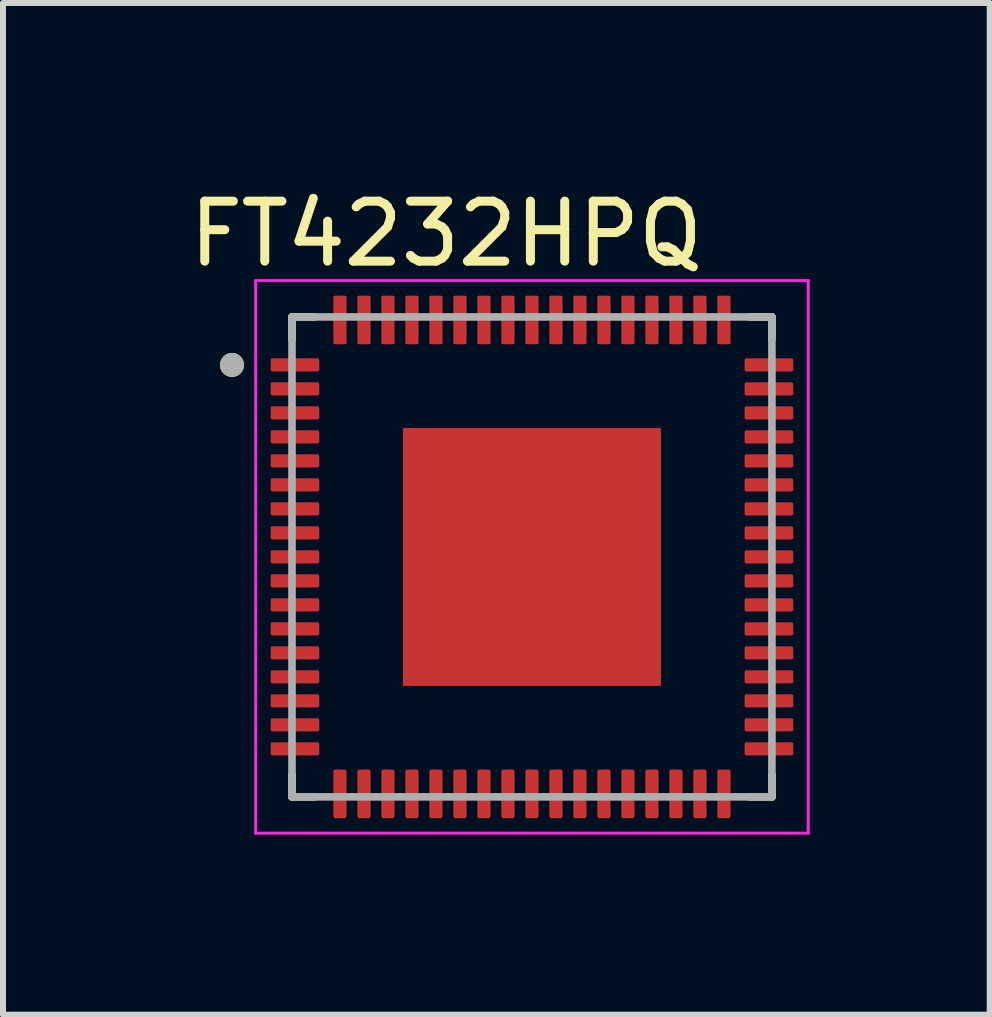
<source format=kicad_pcb>
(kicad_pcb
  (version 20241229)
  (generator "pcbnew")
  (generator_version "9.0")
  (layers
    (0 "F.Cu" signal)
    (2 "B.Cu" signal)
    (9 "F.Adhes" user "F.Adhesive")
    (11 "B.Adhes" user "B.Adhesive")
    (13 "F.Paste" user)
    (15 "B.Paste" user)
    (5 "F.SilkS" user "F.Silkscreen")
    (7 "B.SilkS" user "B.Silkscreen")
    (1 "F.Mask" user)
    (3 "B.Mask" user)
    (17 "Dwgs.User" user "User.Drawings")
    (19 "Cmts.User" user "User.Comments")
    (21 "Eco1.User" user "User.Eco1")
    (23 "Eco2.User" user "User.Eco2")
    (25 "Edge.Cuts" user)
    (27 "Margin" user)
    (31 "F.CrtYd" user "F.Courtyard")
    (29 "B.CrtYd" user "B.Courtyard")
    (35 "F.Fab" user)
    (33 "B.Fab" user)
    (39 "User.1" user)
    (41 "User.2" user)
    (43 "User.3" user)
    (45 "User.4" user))
  (footprint "FT4232HPQ"
    (layer "F.Cu")
    (at 5.817 6.233)
    (property "Reference" "FT4232HPQ" (at -1.43 -5.385 0) (layer "F.SilkS") (effects (font (size 1 1) (thickness 0.15))))
    (attr smd)
    (fp_poly (pts (xy -3.495 -3.283) (xy -3.495 -3.118) (xy -3.495 -3.113) (xy -3.495 -3.109) (xy -3.496 -3.105) (xy -3.497 -3.101) (xy -3.498 -3.097) (xy -3.499 -3.094) (xy -3.5 -3.09) (xy -3.502 -3.086) (xy -3.503 -3.082) (xy -3.505 -3.079) (xy -3.508 -3.075) (xy -3.51 -3.072) (xy -3.512 -3.069) (xy -3.515 -3.066) (xy -3.518 -3.063) (xy -3.521 -3.06) (xy -3.524 -3.057) (xy -3.527 -3.055) (xy -3.53 -3.053) (xy -3.534 -3.05) (xy -3.537 -3.048) (xy -3.541 -3.047) (xy -3.545 -3.045) (xy -3.549 -3.044) (xy -3.552 -3.043) (xy -3.556 -3.042) (xy -3.56 -3.041) (xy -3.564 -3.04) (xy -3.568 -3.04) (xy -3.572 -3.04) (xy -4.327 -3.04) (xy -4.332 -3.04) (xy -4.336 -3.04) (xy -4.34 -3.041) (xy -4.344 -3.042) (xy -4.348 -3.043) (xy -4.351 -3.044) (xy -4.355 -3.045) (xy -4.359 -3.047) (xy -4.363 -3.048) (xy -4.366 -3.05) (xy -4.37 -3.053) (xy -4.373 -3.055) (xy -4.376 -3.057) (xy -4.379 -3.06) (xy -4.382 -3.063) (xy -4.385 -3.066) (xy -4.388 -3.069) (xy -4.39 -3.072) (xy -4.392 -3.075) (xy -4.395 -3.079) (xy -4.397 -3.082) (xy -4.398 -3.086) (xy -4.4 -3.09) (xy -4.401 -3.094) (xy -4.402 -3.097) (xy -4.403 -3.101) (xy -4.404 -3.105) (xy -4.405 -3.109) (xy -4.405 -3.113) (xy -4.405 -3.118) (xy -4.405 -3.283) (xy -4.405 -3.287) (xy -4.405 -3.291) (xy -4.404 -3.295) (xy -4.403 -3.299) (xy -4.402 -3.303) (xy -4.401 -3.306) (xy -4.4 -3.31) (xy -4.398 -3.314) (xy -4.397 -3.318) (xy -4.395 -3.321) (xy -4.392 -3.325) (xy -4.39 -3.328) (xy -4.388 -3.331) (xy -4.385 -3.334) (xy -4.382 -3.337) (xy -4.379 -3.34) (xy -4.376 -3.343) (xy -4.373 -3.345) (xy -4.37 -3.347) (xy -4.366 -3.35) (xy -4.363 -3.352) (xy -4.359 -3.353) (xy -4.355 -3.355) (xy -4.351 -3.356) (xy -4.348 -3.357) (xy -4.344 -3.358) (xy -4.34 -3.359) (xy -4.336 -3.36) (xy -4.332 -3.36) (xy -4.327 -3.36) (xy -3.572 -3.36) (xy -3.568 -3.36) (xy -3.564 -3.36) (xy -3.56 -3.359) (xy -3.556 -3.358) (xy -3.552 -3.357) (xy -3.549 -3.356) (xy -3.545 -3.355) (xy -3.541 -3.353) (xy -3.537 -3.352) (xy -3.534 -3.35) (xy -3.53 -3.347) (xy -3.527 -3.345) (xy -3.524 -3.343) (xy -3.521 -3.34) (xy -3.518 -3.337) (xy -3.515 -3.334) (xy -3.512 -3.331) (xy -3.51 -3.328) (xy -3.508 -3.325) (xy -3.505 -3.321) (xy -3.503 -3.318) (xy -3.502 -3.314) (xy -3.5 -3.31) (xy -3.499 -3.306) (xy -3.498 -3.303) (xy -3.497 -3.299) (xy -3.496 -3.295) (xy -3.495 -3.291) (xy -3.495 -3.287) (xy -3.495 -3.283) (xy -3.495 -3.283)) (stroke (width 0.01) (type solid)) (fill yes) (layer "F.Mask"))
    (fp_poly (pts (xy -3.495 -2.882) (xy -3.495 -2.717) (xy -3.495 -2.713) (xy -3.495 -2.709) (xy -3.496 -2.705) (xy -3.497 -2.701) (xy -3.498 -2.697) (xy -3.499 -2.694) (xy -3.5 -2.69) (xy -3.502 -2.686) (xy -3.503 -2.682) (xy -3.505 -2.679) (xy -3.508 -2.675) (xy -3.51 -2.672) (xy -3.512 -2.669) (xy -3.515 -2.666) (xy -3.518 -2.663) (xy -3.521 -2.66) (xy -3.524 -2.657) (xy -3.527 -2.655) (xy -3.53 -2.653) (xy -3.534 -2.65) (xy -3.537 -2.648) (xy -3.541 -2.647) (xy -3.545 -2.645) (xy -3.549 -2.644) (xy -3.552 -2.643) (xy -3.556 -2.642) (xy -3.56 -2.641) (xy -3.564 -2.64) (xy -3.568 -2.64) (xy -3.572 -2.64) (xy -4.327 -2.64) (xy -4.332 -2.64) (xy -4.336 -2.64) (xy -4.34 -2.641) (xy -4.344 -2.642) (xy -4.348 -2.643) (xy -4.351 -2.644) (xy -4.355 -2.645) (xy -4.359 -2.647) (xy -4.363 -2.648) (xy -4.366 -2.65) (xy -4.37 -2.653) (xy -4.373 -2.655) (xy -4.376 -2.657) (xy -4.379 -2.66) (xy -4.382 -2.663) (xy -4.385 -2.666) (xy -4.388 -2.669) (xy -4.39 -2.672) (xy -4.392 -2.675) (xy -4.395 -2.679) (xy -4.397 -2.682) (xy -4.398 -2.686) (xy -4.4 -2.69) (xy -4.401 -2.694) (xy -4.402 -2.697) (xy -4.403 -2.701) (xy -4.404 -2.705) (xy -4.405 -2.709) (xy -4.405 -2.713) (xy -4.405 -2.717) (xy -4.405 -2.882) (xy -4.405 -2.887) (xy -4.405 -2.891) (xy -4.404 -2.895) (xy -4.403 -2.899) (xy -4.402 -2.903) (xy -4.401 -2.906) (xy -4.4 -2.91) (xy -4.398 -2.914) (xy -4.397 -2.918) (xy -4.395 -2.921) (xy -4.392 -2.925) (xy -4.39 -2.928) (xy -4.388 -2.931) (xy -4.385 -2.934) (xy -4.382 -2.937) (xy -4.379 -2.94) (xy -4.376 -2.943) (xy -4.373 -2.945) (xy -4.37 -2.947) (xy -4.366 -2.95) (xy -4.363 -2.952) (xy -4.359 -2.953) (xy -4.355 -2.955) (xy -4.351 -2.956) (xy -4.348 -2.957) (xy -4.344 -2.958) (xy -4.34 -2.959) (xy -4.336 -2.96) (xy -4.332 -2.96) (xy -4.327 -2.96) (xy -3.572 -2.96) (xy -3.568 -2.96) (xy -3.564 -2.96) (xy -3.56 -2.959) (xy -3.556 -2.958) (xy -3.552 -2.957) (xy -3.549 -2.956) (xy -3.545 -2.955) (xy -3.541 -2.953) (xy -3.537 -2.952) (xy -3.534 -2.95) (xy -3.53 -2.947) (xy -3.527 -2.945) (xy -3.524 -2.943) (xy -3.521 -2.94) (xy -3.518 -2.937) (xy -3.515 -2.934) (xy -3.512 -2.931) (xy -3.51 -2.928) (xy -3.508 -2.925) (xy -3.505 -2.921) (xy -3.503 -2.918) (xy -3.502 -2.914) (xy -3.5 -2.91) (xy -3.499 -2.906) (xy -3.498 -2.903) (xy -3.497 -2.899) (xy -3.496 -2.895) (xy -3.495 -2.891) (xy -3.495 -2.887) (xy -3.495 -2.882) (xy -3.495 -2.882)) (stroke (width 0.01) (type solid)) (fill yes) (layer "F.Mask"))
    (fp_poly (pts (xy -3.495 -2.482) (xy -3.495 -2.317) (xy -3.495 -2.313) (xy -3.495 -2.309) (xy -3.496 -2.305) (xy -3.497 -2.301) (xy -3.498 -2.297) (xy -3.499 -2.294) (xy -3.5 -2.29) (xy -3.502 -2.286) (xy -3.503 -2.282) (xy -3.505 -2.279) (xy -3.508 -2.275) (xy -3.51 -2.272) (xy -3.512 -2.269) (xy -3.515 -2.266) (xy -3.518 -2.263) (xy -3.521 -2.26) (xy -3.524 -2.257) (xy -3.527 -2.255) (xy -3.53 -2.253) (xy -3.534 -2.25) (xy -3.537 -2.248) (xy -3.541 -2.247) (xy -3.545 -2.245) (xy -3.549 -2.244) (xy -3.552 -2.243) (xy -3.556 -2.242) (xy -3.56 -2.241) (xy -3.564 -2.24) (xy -3.568 -2.24) (xy -3.572 -2.24) (xy -4.327 -2.24) (xy -4.332 -2.24) (xy -4.336 -2.24) (xy -4.34 -2.241) (xy -4.344 -2.242) (xy -4.348 -2.243) (xy -4.351 -2.244) (xy -4.355 -2.245) (xy -4.359 -2.247) (xy -4.363 -2.248) (xy -4.366 -2.25) (xy -4.37 -2.253) (xy -4.373 -2.255) (xy -4.376 -2.257) (xy -4.379 -2.26) (xy -4.382 -2.263) (xy -4.385 -2.266) (xy -4.388 -2.269) (xy -4.39 -2.272) (xy -4.392 -2.275) (xy -4.395 -2.279) (xy -4.397 -2.282) (xy -4.398 -2.286) (xy -4.4 -2.29) (xy -4.401 -2.294) (xy -4.402 -2.297) (xy -4.403 -2.301) (xy -4.404 -2.305) (xy -4.405 -2.309) (xy -4.405 -2.313) (xy -4.405 -2.317) (xy -4.405 -2.482) (xy -4.405 -2.487) (xy -4.405 -2.491) (xy -4.404 -2.495) (xy -4.403 -2.499) (xy -4.402 -2.503) (xy -4.401 -2.506) (xy -4.4 -2.51) (xy -4.398 -2.514) (xy -4.397 -2.518) (xy -4.395 -2.521) (xy -4.392 -2.525) (xy -4.39 -2.528) (xy -4.388 -2.531) (xy -4.385 -2.534) (xy -4.382 -2.537) (xy -4.379 -2.54) (xy -4.376 -2.543) (xy -4.373 -2.545) (xy -4.37 -2.547) (xy -4.366 -2.55) (xy -4.363 -2.552) (xy -4.359 -2.553) (xy -4.355 -2.555) (xy -4.351 -2.556) (xy -4.348 -2.557) (xy -4.344 -2.558) (xy -4.34 -2.559) (xy -4.336 -2.56) (xy -4.332 -2.56) (xy -4.327 -2.56) (xy -3.572 -2.56) (xy -3.568 -2.56) (xy -3.564 -2.56) (xy -3.56 -2.559) (xy -3.556 -2.558) (xy -3.552 -2.557) (xy -3.549 -2.556) (xy -3.545 -2.555) (xy -3.541 -2.553) (xy -3.537 -2.552) (xy -3.534 -2.55) (xy -3.53 -2.547) (xy -3.527 -2.545) (xy -3.524 -2.543) (xy -3.521 -2.54) (xy -3.518 -2.537) (xy -3.515 -2.534) (xy -3.512 -2.531) (xy -3.51 -2.528) (xy -3.508 -2.525) (xy -3.505 -2.521) (xy -3.503 -2.518) (xy -3.502 -2.514) (xy -3.5 -2.51) (xy -3.499 -2.506) (xy -3.498 -2.503) (xy -3.497 -2.499) (xy -3.496 -2.495) (xy -3.495 -2.491) (xy -3.495 -2.487) (xy -3.495 -2.482) (xy -3.495 -2.482)) (stroke (width 0.01) (type solid)) (fill yes) (layer "F.Mask"))
    (fp_poly (pts (xy -3.495 -2.083) (xy -3.495 -1.917) (xy -3.495 -1.913) (xy -3.495 -1.909) (xy -3.496 -1.905) (xy -3.497 -1.901) (xy -3.498 -1.897) (xy -3.499 -1.894) (xy -3.5 -1.89) (xy -3.502 -1.886) (xy -3.503 -1.882) (xy -3.505 -1.879) (xy -3.508 -1.875) (xy -3.51 -1.872) (xy -3.512 -1.869) (xy -3.515 -1.866) (xy -3.518 -1.863) (xy -3.521 -1.86) (xy -3.524 -1.857) (xy -3.527 -1.855) (xy -3.53 -1.853) (xy -3.534 -1.85) (xy -3.537 -1.848) (xy -3.541 -1.847) (xy -3.545 -1.845) (xy -3.549 -1.844) (xy -3.552 -1.843) (xy -3.556 -1.842) (xy -3.56 -1.841) (xy -3.564 -1.84) (xy -3.568 -1.84) (xy -3.572 -1.84) (xy -4.327 -1.84) (xy -4.332 -1.84) (xy -4.336 -1.84) (xy -4.34 -1.841) (xy -4.344 -1.842) (xy -4.348 -1.843) (xy -4.351 -1.844) (xy -4.355 -1.845) (xy -4.359 -1.847) (xy -4.363 -1.848) (xy -4.366 -1.85) (xy -4.37 -1.853) (xy -4.373 -1.855) (xy -4.376 -1.857) (xy -4.379 -1.86) (xy -4.382 -1.863) (xy -4.385 -1.866) (xy -4.388 -1.869) (xy -4.39 -1.872) (xy -4.392 -1.875) (xy -4.395 -1.879) (xy -4.397 -1.882) (xy -4.398 -1.886) (xy -4.4 -1.89) (xy -4.401 -1.894) (xy -4.402 -1.897) (xy -4.403 -1.901) (xy -4.404 -1.905) (xy -4.405 -1.909) (xy -4.405 -1.913) (xy -4.405 -1.917) (xy -4.405 -2.083) (xy -4.405 -2.087) (xy -4.405 -2.091) (xy -4.404 -2.095) (xy -4.403 -2.099) (xy -4.402 -2.103) (xy -4.401 -2.106) (xy -4.4 -2.11) (xy -4.398 -2.114) (xy -4.397 -2.118) (xy -4.395 -2.121) (xy -4.392 -2.125) (xy -4.39 -2.128) (xy -4.388 -2.131) (xy -4.385 -2.134) (xy -4.382 -2.137) (xy -4.379 -2.14) (xy -4.376 -2.143) (xy -4.373 -2.145) (xy -4.37 -2.147) (xy -4.366 -2.15) (xy -4.363 -2.152) (xy -4.359 -2.153) (xy -4.355 -2.155) (xy -4.351 -2.156) (xy -4.348 -2.157) (xy -4.344 -2.158) (xy -4.34 -2.159) (xy -4.336 -2.16) (xy -4.332 -2.16) (xy -4.327 -2.16) (xy -3.572 -2.16) (xy -3.568 -2.16) (xy -3.564 -2.16) (xy -3.56 -2.159) (xy -3.556 -2.158) (xy -3.552 -2.157) (xy -3.549 -2.156) (xy -3.545 -2.155) (xy -3.541 -2.153) (xy -3.537 -2.152) (xy -3.534 -2.15) (xy -3.53 -2.147) (xy -3.527 -2.145) (xy -3.524 -2.143) (xy -3.521 -2.14) (xy -3.518 -2.137) (xy -3.515 -2.134) (xy -3.512 -2.131) (xy -3.51 -2.128) (xy -3.508 -2.125) (xy -3.505 -2.121) (xy -3.503 -2.118) (xy -3.502 -2.114) (xy -3.5 -2.11) (xy -3.499 -2.106) (xy -3.498 -2.103) (xy -3.497 -2.099) (xy -3.496 -2.095) (xy -3.495 -2.091) (xy -3.495 -2.087) (xy -3.495 -2.083) (xy -3.495 -2.083)) (stroke (width 0.01) (type solid)) (fill yes) (layer "F.Mask"))
    (fp_poly (pts (xy -3.495 -1.683) (xy -3.495 -1.518) (xy -3.495 -1.513) (xy -3.495 -1.509) (xy -3.496 -1.505) (xy -3.497 -1.501) (xy -3.498 -1.497) (xy -3.499 -1.494) (xy -3.5 -1.49) (xy -3.502 -1.486) (xy -3.503 -1.482) (xy -3.505 -1.479) (xy -3.508 -1.475) (xy -3.51 -1.472) (xy -3.512 -1.469) (xy -3.515 -1.466) (xy -3.518 -1.463) (xy -3.521 -1.46) (xy -3.524 -1.457) (xy -3.527 -1.455) (xy -3.53 -1.453) (xy -3.534 -1.45) (xy -3.537 -1.448) (xy -3.541 -1.447) (xy -3.545 -1.445) (xy -3.549 -1.444) (xy -3.552 -1.443) (xy -3.556 -1.442) (xy -3.56 -1.441) (xy -3.564 -1.44) (xy -3.568 -1.44) (xy -3.572 -1.44) (xy -4.327 -1.44) (xy -4.332 -1.44) (xy -4.336 -1.44) (xy -4.34 -1.441) (xy -4.344 -1.442) (xy -4.348 -1.443) (xy -4.351 -1.444) (xy -4.355 -1.445) (xy -4.359 -1.447) (xy -4.363 -1.448) (xy -4.366 -1.45) (xy -4.37 -1.453) (xy -4.373 -1.455) (xy -4.376 -1.457) (xy -4.379 -1.46) (xy -4.382 -1.463) (xy -4.385 -1.466) (xy -4.388 -1.469) (xy -4.39 -1.472) (xy -4.392 -1.475) (xy -4.395 -1.479) (xy -4.397 -1.482) (xy -4.398 -1.486) (xy -4.4 -1.49) (xy -4.401 -1.494) (xy -4.402 -1.497) (xy -4.403 -1.501) (xy -4.404 -1.505) (xy -4.405 -1.509) (xy -4.405 -1.513) (xy -4.405 -1.518) (xy -4.405 -1.683) (xy -4.405 -1.687) (xy -4.405 -1.691) (xy -4.404 -1.695) (xy -4.403 -1.699) (xy -4.402 -1.703) (xy -4.401 -1.706) (xy -4.4 -1.71) (xy -4.398 -1.714) (xy -4.397 -1.718) (xy -4.395 -1.721) (xy -4.392 -1.725) (xy -4.39 -1.728) (xy -4.388 -1.731) (xy -4.385 -1.734) (xy -4.382 -1.737) (xy -4.379 -1.74) (xy -4.376 -1.743) (xy -4.373 -1.745) (xy -4.37 -1.747) (xy -4.366 -1.75) (xy -4.363 -1.752) (xy -4.359 -1.753) (xy -4.355 -1.755) (xy -4.351 -1.756) (xy -4.348 -1.757) (xy -4.344 -1.758) (xy -4.34 -1.759) (xy -4.336 -1.76) (xy -4.332 -1.76) (xy -4.327 -1.76) (xy -3.572 -1.76) (xy -3.568 -1.76) (xy -3.564 -1.76) (xy -3.56 -1.759) (xy -3.556 -1.758) (xy -3.552 -1.757) (xy -3.549 -1.756) (xy -3.545 -1.755) (xy -3.541 -1.753) (xy -3.537 -1.752) (xy -3.534 -1.75) (xy -3.53 -1.747) (xy -3.527 -1.745) (xy -3.524 -1.743) (xy -3.521 -1.74) (xy -3.518 -1.737) (xy -3.515 -1.734) (xy -3.512 -1.731) (xy -3.51 -1.728) (xy -3.508 -1.725) (xy -3.505 -1.721) (xy -3.503 -1.718) (xy -3.502 -1.714) (xy -3.5 -1.71) (xy -3.499 -1.706) (xy -3.498 -1.703) (xy -3.497 -1.699) (xy -3.496 -1.695) (xy -3.495 -1.691) (xy -3.495 -1.687) (xy -3.495 -1.683) (xy -3.495 -1.683)) (stroke (width 0.01) (type solid)) (fill yes) (layer "F.Mask"))
    (fp_poly (pts (xy -3.495 -1.282) (xy -3.495 -1.117) (xy -3.495 -1.113) (xy -3.495 -1.109) (xy -3.496 -1.105) (xy -3.497 -1.101) (xy -3.498 -1.097) (xy -3.499 -1.094) (xy -3.5 -1.09) (xy -3.502 -1.086) (xy -3.503 -1.082) (xy -3.505 -1.079) (xy -3.508 -1.075) (xy -3.51 -1.072) (xy -3.512 -1.069) (xy -3.515 -1.066) (xy -3.518 -1.063) (xy -3.521 -1.06) (xy -3.524 -1.057) (xy -3.527 -1.055) (xy -3.53 -1.053) (xy -3.534 -1.05) (xy -3.537 -1.048) (xy -3.541 -1.047) (xy -3.545 -1.045) (xy -3.549 -1.044) (xy -3.552 -1.043) (xy -3.556 -1.042) (xy -3.56 -1.041) (xy -3.564 -1.04) (xy -3.568 -1.04) (xy -3.572 -1.04) (xy -4.327 -1.04) (xy -4.332 -1.04) (xy -4.336 -1.04) (xy -4.34 -1.041) (xy -4.344 -1.042) (xy -4.348 -1.043) (xy -4.351 -1.044) (xy -4.355 -1.045) (xy -4.359 -1.047) (xy -4.363 -1.048) (xy -4.366 -1.05) (xy -4.37 -1.053) (xy -4.373 -1.055) (xy -4.376 -1.057) (xy -4.379 -1.06) (xy -4.382 -1.063) (xy -4.385 -1.066) (xy -4.388 -1.069) (xy -4.39 -1.072) (xy -4.392 -1.075) (xy -4.395 -1.079) (xy -4.397 -1.082) (xy -4.398 -1.086) (xy -4.4 -1.09) (xy -4.401 -1.094) (xy -4.402 -1.097) (xy -4.403 -1.101) (xy -4.404 -1.105) (xy -4.405 -1.109) (xy -4.405 -1.113) (xy -4.405 -1.117) (xy -4.405 -1.282) (xy -4.405 -1.287) (xy -4.405 -1.291) (xy -4.404 -1.295) (xy -4.403 -1.299) (xy -4.402 -1.303) (xy -4.401 -1.306) (xy -4.4 -1.31) (xy -4.398 -1.314) (xy -4.397 -1.318) (xy -4.395 -1.321) (xy -4.392 -1.325) (xy -4.39 -1.328) (xy -4.388 -1.331) (xy -4.385 -1.334) (xy -4.382 -1.337) (xy -4.379 -1.34) (xy -4.376 -1.343) (xy -4.373 -1.345) (xy -4.37 -1.347) (xy -4.366 -1.35) (xy -4.363 -1.352) (xy -4.359 -1.353) (xy -4.355 -1.355) (xy -4.351 -1.356) (xy -4.348 -1.357) (xy -4.344 -1.358) (xy -4.34 -1.359) (xy -4.336 -1.36) (xy -4.332 -1.36) (xy -4.327 -1.36) (xy -3.572 -1.36) (xy -3.568 -1.36) (xy -3.564 -1.36) (xy -3.56 -1.359) (xy -3.556 -1.358) (xy -3.552 -1.357) (xy -3.549 -1.356) (xy -3.545 -1.355) (xy -3.541 -1.353) (xy -3.537 -1.352) (xy -3.534 -1.35) (xy -3.53 -1.347) (xy -3.527 -1.345) (xy -3.524 -1.343) (xy -3.521 -1.34) (xy -3.518 -1.337) (xy -3.515 -1.334) (xy -3.512 -1.331) (xy -3.51 -1.328) (xy -3.508 -1.325) (xy -3.505 -1.321) (xy -3.503 -1.318) (xy -3.502 -1.314) (xy -3.5 -1.31) (xy -3.499 -1.306) (xy -3.498 -1.303) (xy -3.497 -1.299) (xy -3.496 -1.295) (xy -3.495 -1.291) (xy -3.495 -1.287) (xy -3.495 -1.282) (xy -3.495 -1.282)) (stroke (width 0.01) (type solid)) (fill yes) (layer "F.Mask"))
    (fp_poly (pts (xy -3.495 -0.882) (xy -3.495 -0.718) (xy -3.495 -0.713) (xy -3.495 -0.709) (xy -3.496 -0.705) (xy -3.497 -0.701) (xy -3.498 -0.697) (xy -3.499 -0.694) (xy -3.5 -0.69) (xy -3.502 -0.686) (xy -3.503 -0.682) (xy -3.505 -0.679) (xy -3.508 -0.675) (xy -3.51 -0.672) (xy -3.512 -0.669) (xy -3.515 -0.666) (xy -3.518 -0.663) (xy -3.521 -0.66) (xy -3.524 -0.657) (xy -3.527 -0.655) (xy -3.53 -0.653) (xy -3.534 -0.65) (xy -3.537 -0.648) (xy -3.541 -0.647) (xy -3.545 -0.645) (xy -3.549 -0.644) (xy -3.552 -0.643) (xy -3.556 -0.642) (xy -3.56 -0.641) (xy -3.564 -0.64) (xy -3.568 -0.64) (xy -3.572 -0.64) (xy -4.327 -0.64) (xy -4.332 -0.64) (xy -4.336 -0.64) (xy -4.34 -0.641) (xy -4.344 -0.642) (xy -4.348 -0.643) (xy -4.351 -0.644) (xy -4.355 -0.645) (xy -4.359 -0.647) (xy -4.363 -0.648) (xy -4.366 -0.65) (xy -4.37 -0.653) (xy -4.373 -0.655) (xy -4.376 -0.657) (xy -4.379 -0.66) (xy -4.382 -0.663) (xy -4.385 -0.666) (xy -4.388 -0.669) (xy -4.39 -0.672) (xy -4.392 -0.675) (xy -4.395 -0.679) (xy -4.397 -0.682) (xy -4.398 -0.686) (xy -4.4 -0.69) (xy -4.401 -0.694) (xy -4.402 -0.697) (xy -4.403 -0.701) (xy -4.404 -0.705) (xy -4.405 -0.709) (xy -4.405 -0.713) (xy -4.405 -0.718) (xy -4.405 -0.882) (xy -4.405 -0.887) (xy -4.405 -0.891) (xy -4.404 -0.895) (xy -4.403 -0.899) (xy -4.402 -0.903) (xy -4.401 -0.906) (xy -4.4 -0.91) (xy -4.398 -0.914) (xy -4.397 -0.918) (xy -4.395 -0.921) (xy -4.392 -0.925) (xy -4.39 -0.928) (xy -4.388 -0.931) (xy -4.385 -0.934) (xy -4.382 -0.937) (xy -4.379 -0.94) (xy -4.376 -0.943) (xy -4.373 -0.945) (xy -4.37 -0.947) (xy -4.366 -0.95) (xy -4.363 -0.952) (xy -4.359 -0.953) (xy -4.355 -0.955) (xy -4.351 -0.956) (xy -4.348 -0.957) (xy -4.344 -0.958) (xy -4.34 -0.959) (xy -4.336 -0.96) (xy -4.332 -0.96) (xy -4.327 -0.96) (xy -3.572 -0.96) (xy -3.568 -0.96) (xy -3.564 -0.96) (xy -3.56 -0.959) (xy -3.556 -0.958) (xy -3.552 -0.957) (xy -3.549 -0.956) (xy -3.545 -0.955) (xy -3.541 -0.953) (xy -3.537 -0.952) (xy -3.534 -0.95) (xy -3.53 -0.947) (xy -3.527 -0.945) (xy -3.524 -0.943) (xy -3.521 -0.94) (xy -3.518 -0.937) (xy -3.515 -0.934) (xy -3.512 -0.931) (xy -3.51 -0.928) (xy -3.508 -0.925) (xy -3.505 -0.921) (xy -3.503 -0.918) (xy -3.502 -0.914) (xy -3.5 -0.91) (xy -3.499 -0.906) (xy -3.498 -0.903) (xy -3.497 -0.899) (xy -3.496 -0.895) (xy -3.495 -0.891) (xy -3.495 -0.887) (xy -3.495 -0.882) (xy -3.495 -0.882)) (stroke (width 0.01) (type solid)) (fill yes) (layer "F.Mask"))
    (fp_poly (pts (xy -3.495 -0.482) (xy -3.495 -0.318) (xy -3.495 -0.313) (xy -3.495 -0.309) (xy -3.496 -0.305) (xy -3.497 -0.301) (xy -3.498 -0.297) (xy -3.499 -0.294) (xy -3.5 -0.29) (xy -3.502 -0.286) (xy -3.503 -0.282) (xy -3.505 -0.279) (xy -3.508 -0.275) (xy -3.51 -0.272) (xy -3.512 -0.269) (xy -3.515 -0.266) (xy -3.518 -0.263) (xy -3.521 -0.26) (xy -3.524 -0.257) (xy -3.527 -0.255) (xy -3.53 -0.253) (xy -3.534 -0.25) (xy -3.537 -0.248) (xy -3.541 -0.247) (xy -3.545 -0.245) (xy -3.549 -0.244) (xy -3.552 -0.243) (xy -3.556 -0.242) (xy -3.56 -0.241) (xy -3.564 -0.24) (xy -3.568 -0.24) (xy -3.572 -0.24) (xy -4.327 -0.24) (xy -4.332 -0.24) (xy -4.336 -0.24) (xy -4.34 -0.241) (xy -4.344 -0.242) (xy -4.348 -0.243) (xy -4.351 -0.244) (xy -4.355 -0.245) (xy -4.359 -0.247) (xy -4.363 -0.248) (xy -4.366 -0.25) (xy -4.37 -0.253) (xy -4.373 -0.255) (xy -4.376 -0.257) (xy -4.379 -0.26) (xy -4.382 -0.263) (xy -4.385 -0.266) (xy -4.388 -0.269) (xy -4.39 -0.272) (xy -4.392 -0.275) (xy -4.395 -0.279) (xy -4.397 -0.282) (xy -4.398 -0.286) (xy -4.4 -0.29) (xy -4.401 -0.294) (xy -4.402 -0.297) (xy -4.403 -0.301) (xy -4.404 -0.305) (xy -4.405 -0.309) (xy -4.405 -0.313) (xy -4.405 -0.318) (xy -4.405 -0.482) (xy -4.405 -0.487) (xy -4.405 -0.491) (xy -4.404 -0.495) (xy -4.403 -0.499) (xy -4.402 -0.503) (xy -4.401 -0.506) (xy -4.4 -0.51) (xy -4.398 -0.514) (xy -4.397 -0.518) (xy -4.395 -0.521) (xy -4.392 -0.525) (xy -4.39 -0.528) (xy -4.388 -0.531) (xy -4.385 -0.534) (xy -4.382 -0.537) (xy -4.379 -0.54) (xy -4.376 -0.543) (xy -4.373 -0.545) (xy -4.37 -0.547) (xy -4.366 -0.55) (xy -4.363 -0.552) (xy -4.359 -0.553) (xy -4.355 -0.555) (xy -4.351 -0.556) (xy -4.348 -0.557) (xy -4.344 -0.558) (xy -4.34 -0.559) (xy -4.336 -0.56) (xy -4.332 -0.56) (xy -4.327 -0.56) (xy -3.572 -0.56) (xy -3.568 -0.56) (xy -3.564 -0.56) (xy -3.56 -0.559) (xy -3.556 -0.558) (xy -3.552 -0.557) (xy -3.549 -0.556) (xy -3.545 -0.555) (xy -3.541 -0.553) (xy -3.537 -0.552) (xy -3.534 -0.55) (xy -3.53 -0.547) (xy -3.527 -0.545) (xy -3.524 -0.543) (xy -3.521 -0.54) (xy -3.518 -0.537) (xy -3.515 -0.534) (xy -3.512 -0.531) (xy -3.51 -0.528) (xy -3.508 -0.525) (xy -3.505 -0.521) (xy -3.503 -0.518) (xy -3.502 -0.514) (xy -3.5 -0.51) (xy -3.499 -0.506) (xy -3.498 -0.503) (xy -3.497 -0.499) (xy -3.496 -0.495) (xy -3.495 -0.491) (xy -3.495 -0.487) (xy -3.495 -0.482) (xy -3.495 -0.482)) (stroke (width 0.01) (type solid)) (fill yes) (layer "F.Mask"))
    (fp_poly (pts (xy -3.495 -0.083) (xy -3.495 0.083) (xy -3.495 0.087) (xy -3.495 0.091) (xy -3.496 0.095) (xy -3.497 0.099) (xy -3.498 0.103) (xy -3.499 0.106) (xy -3.5 0.11) (xy -3.502 0.114) (xy -3.503 0.118) (xy -3.505 0.121) (xy -3.508 0.125) (xy -3.51 0.128) (xy -3.512 0.131) (xy -3.515 0.134) (xy -3.518 0.137) (xy -3.521 0.14) (xy -3.524 0.143) (xy -3.527 0.145) (xy -3.53 0.147) (xy -3.534 0.15) (xy -3.537 0.152) (xy -3.541 0.153) (xy -3.545 0.155) (xy -3.549 0.156) (xy -3.552 0.157) (xy -3.556 0.158) (xy -3.56 0.159) (xy -3.564 0.16) (xy -3.568 0.16) (xy -3.572 0.16) (xy -4.327 0.16) (xy -4.332 0.16) (xy -4.336 0.16) (xy -4.34 0.159) (xy -4.344 0.158) (xy -4.348 0.157) (xy -4.351 0.156) (xy -4.355 0.155) (xy -4.359 0.153) (xy -4.363 0.152) (xy -4.366 0.15) (xy -4.37 0.147) (xy -4.373 0.145) (xy -4.376 0.143) (xy -4.379 0.14) (xy -4.382 0.137) (xy -4.385 0.134) (xy -4.388 0.131) (xy -4.39 0.128) (xy -4.392 0.125) (xy -4.395 0.121) (xy -4.397 0.118) (xy -4.398 0.114) (xy -4.4 0.11) (xy -4.401 0.106) (xy -4.402 0.103) (xy -4.403 0.099) (xy -4.404 0.095) (xy -4.405 0.091) (xy -4.405 0.087) (xy -4.405 0.083) (xy -4.405 -0.083) (xy -4.405 -0.087) (xy -4.405 -0.091) (xy -4.404 -0.095) (xy -4.403 -0.099) (xy -4.402 -0.103) (xy -4.401 -0.106) (xy -4.4 -0.11) (xy -4.398 -0.114) (xy -4.397 -0.118) (xy -4.395 -0.121) (xy -4.392 -0.125) (xy -4.39 -0.128) (xy -4.388 -0.131) (xy -4.385 -0.134) (xy -4.382 -0.137) (xy -4.379 -0.14) (xy -4.376 -0.143) (xy -4.373 -0.145) (xy -4.37 -0.147) (xy -4.366 -0.15) (xy -4.363 -0.152) (xy -4.359 -0.153) (xy -4.355 -0.155) (xy -4.351 -0.156) (xy -4.348 -0.157) (xy -4.344 -0.158) (xy -4.34 -0.159) (xy -4.336 -0.16) (xy -4.332 -0.16) (xy -4.327 -0.16) (xy -3.572 -0.16) (xy -3.568 -0.16) (xy -3.564 -0.16) (xy -3.56 -0.159) (xy -3.556 -0.158) (xy -3.552 -0.157) (xy -3.549 -0.156) (xy -3.545 -0.155) (xy -3.541 -0.153) (xy -3.537 -0.152) (xy -3.534 -0.15) (xy -3.53 -0.147) (xy -3.527 -0.145) (xy -3.524 -0.143) (xy -3.521 -0.14) (xy -3.518 -0.137) (xy -3.515 -0.134) (xy -3.512 -0.131) (xy -3.51 -0.128) (xy -3.508 -0.125) (xy -3.505 -0.121) (xy -3.503 -0.118) (xy -3.502 -0.114) (xy -3.5 -0.11) (xy -3.499 -0.106) (xy -3.498 -0.103) (xy -3.497 -0.099) (xy -3.496 -0.095) (xy -3.495 -0.091) (xy -3.495 -0.087) (xy -3.495 -0.083) (xy -3.495 -0.083)) (stroke (width 0.01) (type solid)) (fill yes) (layer "F.Mask"))
    (fp_poly (pts (xy -3.495 0.318) (xy -3.495 0.482) (xy -3.495 0.487) (xy -3.495 0.491) (xy -3.496 0.495) (xy -3.497 0.499) (xy -3.498 0.503) (xy -3.499 0.506) (xy -3.5 0.51) (xy -3.502 0.514) (xy -3.503 0.518) (xy -3.505 0.521) (xy -3.508 0.525) (xy -3.51 0.528) (xy -3.512 0.531) (xy -3.515 0.534) (xy -3.518 0.537) (xy -3.521 0.54) (xy -3.524 0.543) (xy -3.527 0.545) (xy -3.53 0.547) (xy -3.534 0.55) (xy -3.537 0.552) (xy -3.541 0.553) (xy -3.545 0.555) (xy -3.549 0.556) (xy -3.552 0.557) (xy -3.556 0.558) (xy -3.56 0.559) (xy -3.564 0.56) (xy -3.568 0.56) (xy -3.572 0.56) (xy -4.327 0.56) (xy -4.332 0.56) (xy -4.336 0.56) (xy -4.34 0.559) (xy -4.344 0.558) (xy -4.348 0.557) (xy -4.351 0.556) (xy -4.355 0.555) (xy -4.359 0.553) (xy -4.363 0.552) (xy -4.366 0.55) (xy -4.37 0.547) (xy -4.373 0.545) (xy -4.376 0.543) (xy -4.379 0.54) (xy -4.382 0.537) (xy -4.385 0.534) (xy -4.388 0.531) (xy -4.39 0.528) (xy -4.392 0.525) (xy -4.395 0.521) (xy -4.397 0.518) (xy -4.398 0.514) (xy -4.4 0.51) (xy -4.401 0.506) (xy -4.402 0.503) (xy -4.403 0.499) (xy -4.404 0.495) (xy -4.405 0.491) (xy -4.405 0.487) (xy -4.405 0.482) (xy -4.405 0.318) (xy -4.405 0.313) (xy -4.405 0.309) (xy -4.404 0.305) (xy -4.403 0.301) (xy -4.402 0.297) (xy -4.401 0.294) (xy -4.4 0.29) (xy -4.398 0.286) (xy -4.397 0.282) (xy -4.395 0.279) (xy -4.392 0.275) (xy -4.39 0.272) (xy -4.388 0.269) (xy -4.385 0.266) (xy -4.382 0.263) (xy -4.379 0.26) (xy -4.376 0.257) (xy -4.373 0.255) (xy -4.37 0.253) (xy -4.366 0.25) (xy -4.363 0.248) (xy -4.359 0.247) (xy -4.355 0.245) (xy -4.351 0.244) (xy -4.348 0.243) (xy -4.344 0.242) (xy -4.34 0.241) (xy -4.336 0.24) (xy -4.332 0.24) (xy -4.327 0.24) (xy -3.572 0.24) (xy -3.568 0.24) (xy -3.564 0.24) (xy -3.56 0.241) (xy -3.556 0.242) (xy -3.552 0.243) (xy -3.549 0.244) (xy -3.545 0.245) (xy -3.541 0.247) (xy -3.537 0.248) (xy -3.534 0.25) (xy -3.53 0.253) (xy -3.527 0.255) (xy -3.524 0.257) (xy -3.521 0.26) (xy -3.518 0.263) (xy -3.515 0.266) (xy -3.512 0.269) (xy -3.51 0.272) (xy -3.508 0.275) (xy -3.505 0.279) (xy -3.503 0.282) (xy -3.502 0.286) (xy -3.5 0.29) (xy -3.499 0.294) (xy -3.498 0.297) (xy -3.497 0.301) (xy -3.496 0.305) (xy -3.495 0.309) (xy -3.495 0.313) (xy -3.495 0.318) (xy -3.495 0.318)) (stroke (width 0.01) (type solid)) (fill yes) (layer "F.Mask"))
    (fp_poly (pts (xy -3.495 0.718) (xy -3.495 0.882) (xy -3.495 0.887) (xy -3.495 0.891) (xy -3.496 0.895) (xy -3.497 0.899) (xy -3.498 0.903) (xy -3.499 0.906) (xy -3.5 0.91) (xy -3.502 0.914) (xy -3.503 0.918) (xy -3.505 0.921) (xy -3.508 0.925) (xy -3.51 0.928) (xy -3.512 0.931) (xy -3.515 0.934) (xy -3.518 0.937) (xy -3.521 0.94) (xy -3.524 0.943) (xy -3.527 0.945) (xy -3.53 0.947) (xy -3.534 0.95) (xy -3.537 0.952) (xy -3.541 0.953) (xy -3.545 0.955) (xy -3.549 0.956) (xy -3.552 0.957) (xy -3.556 0.958) (xy -3.56 0.959) (xy -3.564 0.96) (xy -3.568 0.96) (xy -3.572 0.96) (xy -4.327 0.96) (xy -4.332 0.96) (xy -4.336 0.96) (xy -4.34 0.959) (xy -4.344 0.958) (xy -4.348 0.957) (xy -4.351 0.956) (xy -4.355 0.955) (xy -4.359 0.953) (xy -4.363 0.952) (xy -4.366 0.95) (xy -4.37 0.947) (xy -4.373 0.945) (xy -4.376 0.943) (xy -4.379 0.94) (xy -4.382 0.937) (xy -4.385 0.934) (xy -4.388 0.931) (xy -4.39 0.928) (xy -4.392 0.925) (xy -4.395 0.921) (xy -4.397 0.918) (xy -4.398 0.914) (xy -4.4 0.91) (xy -4.401 0.906) (xy -4.402 0.903) (xy -4.403 0.899) (xy -4.404 0.895) (xy -4.405 0.891) (xy -4.405 0.887) (xy -4.405 0.882) (xy -4.405 0.718) (xy -4.405 0.713) (xy -4.405 0.709) (xy -4.404 0.705) (xy -4.403 0.701) (xy -4.402 0.697) (xy -4.401 0.694) (xy -4.4 0.69) (xy -4.398 0.686) (xy -4.397 0.682) (xy -4.395 0.679) (xy -4.392 0.675) (xy -4.39 0.672) (xy -4.388 0.669) (xy -4.385 0.666) (xy -4.382 0.663) (xy -4.379 0.66) (xy -4.376 0.657) (xy -4.373 0.655) (xy -4.37 0.653) (xy -4.366 0.65) (xy -4.363 0.648) (xy -4.359 0.647) (xy -4.355 0.645) (xy -4.351 0.644) (xy -4.348 0.643) (xy -4.344 0.642) (xy -4.34 0.641) (xy -4.336 0.64) (xy -4.332 0.64) (xy -4.327 0.64) (xy -3.572 0.64) (xy -3.568 0.64) (xy -3.564 0.64) (xy -3.56 0.641) (xy -3.556 0.642) (xy -3.552 0.643) (xy -3.549 0.644) (xy -3.545 0.645) (xy -3.541 0.647) (xy -3.537 0.648) (xy -3.534 0.65) (xy -3.53 0.653) (xy -3.527 0.655) (xy -3.524 0.657) (xy -3.521 0.66) (xy -3.518 0.663) (xy -3.515 0.666) (xy -3.512 0.669) (xy -3.51 0.672) (xy -3.508 0.675) (xy -3.505 0.679) (xy -3.503 0.682) (xy -3.502 0.686) (xy -3.5 0.69) (xy -3.499 0.694) (xy -3.498 0.697) (xy -3.497 0.701) (xy -3.496 0.705) (xy -3.495 0.709) (xy -3.495 0.713) (xy -3.495 0.718) (xy -3.495 0.718)) (stroke (width 0.01) (type solid)) (fill yes) (layer "F.Mask"))
    (fp_poly (pts (xy -3.495 1.117) (xy -3.495 1.282) (xy -3.495 1.287) (xy -3.495 1.291) (xy -3.496 1.295) (xy -3.497 1.299) (xy -3.498 1.303) (xy -3.499 1.306) (xy -3.5 1.31) (xy -3.502 1.314) (xy -3.503 1.318) (xy -3.505 1.321) (xy -3.508 1.325) (xy -3.51 1.328) (xy -3.512 1.331) (xy -3.515 1.334) (xy -3.518 1.337) (xy -3.521 1.34) (xy -3.524 1.343) (xy -3.527 1.345) (xy -3.53 1.347) (xy -3.534 1.35) (xy -3.537 1.352) (xy -3.541 1.353) (xy -3.545 1.355) (xy -3.549 1.356) (xy -3.552 1.357) (xy -3.556 1.358) (xy -3.56 1.359) (xy -3.564 1.36) (xy -3.568 1.36) (xy -3.572 1.36) (xy -4.327 1.36) (xy -4.332 1.36) (xy -4.336 1.36) (xy -4.34 1.359) (xy -4.344 1.358) (xy -4.348 1.357) (xy -4.351 1.356) (xy -4.355 1.355) (xy -4.359 1.353) (xy -4.363 1.352) (xy -4.366 1.35) (xy -4.37 1.347) (xy -4.373 1.345) (xy -4.376 1.343) (xy -4.379 1.34) (xy -4.382 1.337) (xy -4.385 1.334) (xy -4.388 1.331) (xy -4.39 1.328) (xy -4.392 1.325) (xy -4.395 1.321) (xy -4.397 1.318) (xy -4.398 1.314) (xy -4.4 1.31) (xy -4.401 1.306) (xy -4.402 1.303) (xy -4.403 1.299) (xy -4.404 1.295) (xy -4.405 1.291) (xy -4.405 1.287) (xy -4.405 1.282) (xy -4.405 1.117) (xy -4.405 1.113) (xy -4.405 1.109) (xy -4.404 1.105) (xy -4.403 1.101) (xy -4.402 1.097) (xy -4.401 1.094) (xy -4.4 1.09) (xy -4.398 1.086) (xy -4.397 1.082) (xy -4.395 1.079) (xy -4.392 1.075) (xy -4.39 1.072) (xy -4.388 1.069) (xy -4.385 1.066) (xy -4.382 1.063) (xy -4.379 1.06) (xy -4.376 1.057) (xy -4.373 1.055) (xy -4.37 1.053) (xy -4.366 1.05) (xy -4.363 1.048) (xy -4.359 1.047) (xy -4.355 1.045) (xy -4.351 1.044) (xy -4.348 1.043) (xy -4.344 1.042) (xy -4.34 1.041) (xy -4.336 1.04) (xy -4.332 1.04) (xy -4.327 1.04) (xy -3.572 1.04) (xy -3.568 1.04) (xy -3.564 1.04) (xy -3.56 1.041) (xy -3.556 1.042) (xy -3.552 1.043) (xy -3.549 1.044) (xy -3.545 1.045) (xy -3.541 1.047) (xy -3.537 1.048) (xy -3.534 1.05) (xy -3.53 1.053) (xy -3.527 1.055) (xy -3.524 1.057) (xy -3.521 1.06) (xy -3.518 1.063) (xy -3.515 1.066) (xy -3.512 1.069) (xy -3.51 1.072) (xy -3.508 1.075) (xy -3.505 1.079) (xy -3.503 1.082) (xy -3.502 1.086) (xy -3.5 1.09) (xy -3.499 1.094) (xy -3.498 1.097) (xy -3.497 1.101) (xy -3.496 1.105) (xy -3.495 1.109) (xy -3.495 1.113) (xy -3.495 1.117) (xy -3.495 1.117)) (stroke (width 0.01) (type solid)) (fill yes) (layer "F.Mask"))
    (fp_poly (pts (xy -3.495 1.518) (xy -3.495 1.683) (xy -3.495 1.687) (xy -3.495 1.691) (xy -3.496 1.695) (xy -3.497 1.699) (xy -3.498 1.703) (xy -3.499 1.706) (xy -3.5 1.71) (xy -3.502 1.714) (xy -3.503 1.718) (xy -3.505 1.721) (xy -3.508 1.725) (xy -3.51 1.728) (xy -3.512 1.731) (xy -3.515 1.734) (xy -3.518 1.737) (xy -3.521 1.74) (xy -3.524 1.743) (xy -3.527 1.745) (xy -3.53 1.747) (xy -3.534 1.75) (xy -3.537 1.752) (xy -3.541 1.753) (xy -3.545 1.755) (xy -3.549 1.756) (xy -3.552 1.757) (xy -3.556 1.758) (xy -3.56 1.759) (xy -3.564 1.76) (xy -3.568 1.76) (xy -3.572 1.76) (xy -4.327 1.76) (xy -4.332 1.76) (xy -4.336 1.76) (xy -4.34 1.759) (xy -4.344 1.758) (xy -4.348 1.757) (xy -4.351 1.756) (xy -4.355 1.755) (xy -4.359 1.753) (xy -4.363 1.752) (xy -4.366 1.75) (xy -4.37 1.747) (xy -4.373 1.745) (xy -4.376 1.743) (xy -4.379 1.74) (xy -4.382 1.737) (xy -4.385 1.734) (xy -4.388 1.731) (xy -4.39 1.728) (xy -4.392 1.725) (xy -4.395 1.721) (xy -4.397 1.718) (xy -4.398 1.714) (xy -4.4 1.71) (xy -4.401 1.706) (xy -4.402 1.703) (xy -4.403 1.699) (xy -4.404 1.695) (xy -4.405 1.691) (xy -4.405 1.687) (xy -4.405 1.683) (xy -4.405 1.518) (xy -4.405 1.513) (xy -4.405 1.509) (xy -4.404 1.505) (xy -4.403 1.501) (xy -4.402 1.497) (xy -4.401 1.494) (xy -4.4 1.49) (xy -4.398 1.486) (xy -4.397 1.482) (xy -4.395 1.479) (xy -4.392 1.475) (xy -4.39 1.472) (xy -4.388 1.469) (xy -4.385 1.466) (xy -4.382 1.463) (xy -4.379 1.46) (xy -4.376 1.457) (xy -4.373 1.455) (xy -4.37 1.453) (xy -4.366 1.45) (xy -4.363 1.448) (xy -4.359 1.447) (xy -4.355 1.445) (xy -4.351 1.444) (xy -4.348 1.443) (xy -4.344 1.442) (xy -4.34 1.441) (xy -4.336 1.44) (xy -4.332 1.44) (xy -4.327 1.44) (xy -3.572 1.44) (xy -3.568 1.44) (xy -3.564 1.44) (xy -3.56 1.441) (xy -3.556 1.442) (xy -3.552 1.443) (xy -3.549 1.444) (xy -3.545 1.445) (xy -3.541 1.447) (xy -3.537 1.448) (xy -3.534 1.45) (xy -3.53 1.453) (xy -3.527 1.455) (xy -3.524 1.457) (xy -3.521 1.46) (xy -3.518 1.463) (xy -3.515 1.466) (xy -3.512 1.469) (xy -3.51 1.472) (xy -3.508 1.475) (xy -3.505 1.479) (xy -3.503 1.482) (xy -3.502 1.486) (xy -3.5 1.49) (xy -3.499 1.494) (xy -3.498 1.497) (xy -3.497 1.501) (xy -3.496 1.505) (xy -3.495 1.509) (xy -3.495 1.513) (xy -3.495 1.518) (xy -3.495 1.518)) (stroke (width 0.01) (type solid)) (fill yes) (layer "F.Mask"))
    (fp_poly (pts (xy -3.495 1.917) (xy -3.495 2.083) (xy -3.495 2.087) (xy -3.495 2.091) (xy -3.496 2.095) (xy -3.497 2.099) (xy -3.498 2.103) (xy -3.499 2.106) (xy -3.5 2.11) (xy -3.502 2.114) (xy -3.503 2.118) (xy -3.505 2.121) (xy -3.508 2.125) (xy -3.51 2.128) (xy -3.512 2.131) (xy -3.515 2.134) (xy -3.518 2.137) (xy -3.521 2.14) (xy -3.524 2.143) (xy -3.527 2.145) (xy -3.53 2.147) (xy -3.534 2.15) (xy -3.537 2.152) (xy -3.541 2.153) (xy -3.545 2.155) (xy -3.549 2.156) (xy -3.552 2.157) (xy -3.556 2.158) (xy -3.56 2.159) (xy -3.564 2.16) (xy -3.568 2.16) (xy -3.572 2.16) (xy -4.327 2.16) (xy -4.332 2.16) (xy -4.336 2.16) (xy -4.34 2.159) (xy -4.344 2.158) (xy -4.348 2.157) (xy -4.351 2.156) (xy -4.355 2.155) (xy -4.359 2.153) (xy -4.363 2.152) (xy -4.366 2.15) (xy -4.37 2.147) (xy -4.373 2.145) (xy -4.376 2.143) (xy -4.379 2.14) (xy -4.382 2.137) (xy -4.385 2.134) (xy -4.388 2.131) (xy -4.39 2.128) (xy -4.392 2.125) (xy -4.395 2.121) (xy -4.397 2.118) (xy -4.398 2.114) (xy -4.4 2.11) (xy -4.401 2.106) (xy -4.402 2.103) (xy -4.403 2.099) (xy -4.404 2.095) (xy -4.405 2.091) (xy -4.405 2.087) (xy -4.405 2.083) (xy -4.405 1.917) (xy -4.405 1.913) (xy -4.405 1.909) (xy -4.404 1.905) (xy -4.403 1.901) (xy -4.402 1.897) (xy -4.401 1.894) (xy -4.4 1.89) (xy -4.398 1.886) (xy -4.397 1.882) (xy -4.395 1.879) (xy -4.392 1.875) (xy -4.39 1.872) (xy -4.388 1.869) (xy -4.385 1.866) (xy -4.382 1.863) (xy -4.379 1.86) (xy -4.376 1.857) (xy -4.373 1.855) (xy -4.37 1.853) (xy -4.366 1.85) (xy -4.363 1.848) (xy -4.359 1.847) (xy -4.355 1.845) (xy -4.351 1.844) (xy -4.348 1.843) (xy -4.344 1.842) (xy -4.34 1.841) (xy -4.336 1.84) (xy -4.332 1.84) (xy -4.327 1.84) (xy -3.572 1.84) (xy -3.568 1.84) (xy -3.564 1.84) (xy -3.56 1.841) (xy -3.556 1.842) (xy -3.552 1.843) (xy -3.549 1.844) (xy -3.545 1.845) (xy -3.541 1.847) (xy -3.537 1.848) (xy -3.534 1.85) (xy -3.53 1.853) (xy -3.527 1.855) (xy -3.524 1.857) (xy -3.521 1.86) (xy -3.518 1.863) (xy -3.515 1.866) (xy -3.512 1.869) (xy -3.51 1.872) (xy -3.508 1.875) (xy -3.505 1.879) (xy -3.503 1.882) (xy -3.502 1.886) (xy -3.5 1.89) (xy -3.499 1.894) (xy -3.498 1.897) (xy -3.497 1.901) (xy -3.496 1.905) (xy -3.495 1.909) (xy -3.495 1.913) (xy -3.495 1.917) (xy -3.495 1.917)) (stroke (width 0.01) (type solid)) (fill yes) (layer "F.Mask"))
    (fp_poly (pts (xy -3.495 2.317) (xy -3.495 2.482) (xy -3.495 2.487) (xy -3.495 2.491) (xy -3.496 2.495) (xy -3.497 2.499) (xy -3.498 2.503) (xy -3.499 2.506) (xy -3.5 2.51) (xy -3.502 2.514) (xy -3.503 2.518) (xy -3.505 2.521) (xy -3.508 2.525) (xy -3.51 2.528) (xy -3.512 2.531) (xy -3.515 2.534) (xy -3.518 2.537) (xy -3.521 2.54) (xy -3.524 2.543) (xy -3.527 2.545) (xy -3.53 2.547) (xy -3.534 2.55) (xy -3.537 2.552) (xy -3.541 2.553) (xy -3.545 2.555) (xy -3.549 2.556) (xy -3.552 2.557) (xy -3.556 2.558) (xy -3.56 2.559) (xy -3.564 2.56) (xy -3.568 2.56) (xy -3.572 2.56) (xy -4.327 2.56) (xy -4.332 2.56) (xy -4.336 2.56) (xy -4.34 2.559) (xy -4.344 2.558) (xy -4.348 2.557) (xy -4.351 2.556) (xy -4.355 2.555) (xy -4.359 2.553) (xy -4.363 2.552) (xy -4.366 2.55) (xy -4.37 2.547) (xy -4.373 2.545) (xy -4.376 2.543) (xy -4.379 2.54) (xy -4.382 2.537) (xy -4.385 2.534) (xy -4.388 2.531) (xy -4.39 2.528) (xy -4.392 2.525) (xy -4.395 2.521) (xy -4.397 2.518) (xy -4.398 2.514) (xy -4.4 2.51) (xy -4.401 2.506) (xy -4.402 2.503) (xy -4.403 2.499) (xy -4.404 2.495) (xy -4.405 2.491) (xy -4.405 2.487) (xy -4.405 2.482) (xy -4.405 2.317) (xy -4.405 2.313) (xy -4.405 2.309) (xy -4.404 2.305) (xy -4.403 2.301) (xy -4.402 2.297) (xy -4.401 2.294) (xy -4.4 2.29) (xy -4.398 2.286) (xy -4.397 2.282) (xy -4.395 2.279) (xy -4.392 2.275) (xy -4.39 2.272) (xy -4.388 2.269) (xy -4.385 2.266) (xy -4.382 2.263) (xy -4.379 2.26) (xy -4.376 2.257) (xy -4.373 2.255) (xy -4.37 2.253) (xy -4.366 2.25) (xy -4.363 2.248) (xy -4.359 2.247) (xy -4.355 2.245) (xy -4.351 2.244) (xy -4.348 2.243) (xy -4.344 2.242) (xy -4.34 2.241) (xy -4.336 2.24) (xy -4.332 2.24) (xy -4.327 2.24) (xy -3.572 2.24) (xy -3.568 2.24) (xy -3.564 2.24) (xy -3.56 2.241) (xy -3.556 2.242) (xy -3.552 2.243) (xy -3.549 2.244) (xy -3.545 2.245) (xy -3.541 2.247) (xy -3.537 2.248) (xy -3.534 2.25) (xy -3.53 2.253) (xy -3.527 2.255) (xy -3.524 2.257) (xy -3.521 2.26) (xy -3.518 2.263) (xy -3.515 2.266) (xy -3.512 2.269) (xy -3.51 2.272) (xy -3.508 2.275) (xy -3.505 2.279) (xy -3.503 2.282) (xy -3.502 2.286) (xy -3.5 2.29) (xy -3.499 2.294) (xy -3.498 2.297) (xy -3.497 2.301) (xy -3.496 2.305) (xy -3.495 2.309) (xy -3.495 2.313) (xy -3.495 2.317) (xy -3.495 2.317)) (stroke (width 0.01) (type solid)) (fill yes) (layer "F.Mask"))
    (fp_poly (pts (xy -3.495 2.717) (xy -3.495 2.882) (xy -3.495 2.887) (xy -3.495 2.891) (xy -3.496 2.895) (xy -3.497 2.899) (xy -3.498 2.903) (xy -3.499 2.906) (xy -3.5 2.91) (xy -3.502 2.914) (xy -3.503 2.918) (xy -3.505 2.921) (xy -3.508 2.925) (xy -3.51 2.928) (xy -3.512 2.931) (xy -3.515 2.934) (xy -3.518 2.937) (xy -3.521 2.94) (xy -3.524 2.943) (xy -3.527 2.945) (xy -3.53 2.947) (xy -3.534 2.95) (xy -3.537 2.952) (xy -3.541 2.953) (xy -3.545 2.955) (xy -3.549 2.956) (xy -3.552 2.957) (xy -3.556 2.958) (xy -3.56 2.959) (xy -3.564 2.96) (xy -3.568 2.96) (xy -3.572 2.96) (xy -4.327 2.96) (xy -4.332 2.96) (xy -4.336 2.96) (xy -4.34 2.959) (xy -4.344 2.958) (xy -4.348 2.957) (xy -4.351 2.956) (xy -4.355 2.955) (xy -4.359 2.953) (xy -4.363 2.952) (xy -4.366 2.95) (xy -4.37 2.947) (xy -4.373 2.945) (xy -4.376 2.943) (xy -4.379 2.94) (xy -4.382 2.937) (xy -4.385 2.934) (xy -4.388 2.931) (xy -4.39 2.928) (xy -4.392 2.925) (xy -4.395 2.921) (xy -4.397 2.918) (xy -4.398 2.914) (xy -4.4 2.91) (xy -4.401 2.906) (xy -4.402 2.903) (xy -4.403 2.899) (xy -4.404 2.895) (xy -4.405 2.891) (xy -4.405 2.887) (xy -4.405 2.882) (xy -4.405 2.717) (xy -4.405 2.713) (xy -4.405 2.709) (xy -4.404 2.705) (xy -4.403 2.701) (xy -4.402 2.697) (xy -4.401 2.694) (xy -4.4 2.69) (xy -4.398 2.686) (xy -4.397 2.682) (xy -4.395 2.679) (xy -4.392 2.675) (xy -4.39 2.672) (xy -4.388 2.669) (xy -4.385 2.666) (xy -4.382 2.663) (xy -4.379 2.66) (xy -4.376 2.657) (xy -4.373 2.655) (xy -4.37 2.653) (xy -4.366 2.65) (xy -4.363 2.648) (xy -4.359 2.647) (xy -4.355 2.645) (xy -4.351 2.644) (xy -4.348 2.643) (xy -4.344 2.642) (xy -4.34 2.641) (xy -4.336 2.64) (xy -4.332 2.64) (xy -4.327 2.64) (xy -3.572 2.64) (xy -3.568 2.64) (xy -3.564 2.64) (xy -3.56 2.641) (xy -3.556 2.642) (xy -3.552 2.643) (xy -3.549 2.644) (xy -3.545 2.645) (xy -3.541 2.647) (xy -3.537 2.648) (xy -3.534 2.65) (xy -3.53 2.653) (xy -3.527 2.655) (xy -3.524 2.657) (xy -3.521 2.66) (xy -3.518 2.663) (xy -3.515 2.666) (xy -3.512 2.669) (xy -3.51 2.672) (xy -3.508 2.675) (xy -3.505 2.679) (xy -3.503 2.682) (xy -3.502 2.686) (xy -3.5 2.69) (xy -3.499 2.694) (xy -3.498 2.697) (xy -3.497 2.701) (xy -3.496 2.705) (xy -3.495 2.709) (xy -3.495 2.713) (xy -3.495 2.717) (xy -3.495 2.717)) (stroke (width 0.01) (type solid)) (fill yes) (layer "F.Mask"))
    (fp_poly (pts (xy -3.495 3.118) (xy -3.495 3.283) (xy -3.495 3.287) (xy -3.495 3.291) (xy -3.496 3.295) (xy -3.497 3.299) (xy -3.498 3.303) (xy -3.499 3.306) (xy -3.5 3.31) (xy -3.502 3.314) (xy -3.503 3.318) (xy -3.505 3.321) (xy -3.508 3.325) (xy -3.51 3.328) (xy -3.512 3.331) (xy -3.515 3.334) (xy -3.518 3.337) (xy -3.521 3.34) (xy -3.524 3.343) (xy -3.527 3.345) (xy -3.53 3.347) (xy -3.534 3.35) (xy -3.537 3.352) (xy -3.541 3.353) (xy -3.545 3.355) (xy -3.549 3.356) (xy -3.552 3.357) (xy -3.556 3.358) (xy -3.56 3.359) (xy -3.564 3.36) (xy -3.568 3.36) (xy -3.572 3.36) (xy -4.327 3.36) (xy -4.332 3.36) (xy -4.336 3.36) (xy -4.34 3.359) (xy -4.344 3.358) (xy -4.348 3.357) (xy -4.351 3.356) (xy -4.355 3.355) (xy -4.359 3.353) (xy -4.363 3.352) (xy -4.366 3.35) (xy -4.37 3.347) (xy -4.373 3.345) (xy -4.376 3.343) (xy -4.379 3.34) (xy -4.382 3.337) (xy -4.385 3.334) (xy -4.388 3.331) (xy -4.39 3.328) (xy -4.392 3.325) (xy -4.395 3.321) (xy -4.397 3.318) (xy -4.398 3.314) (xy -4.4 3.31) (xy -4.401 3.306) (xy -4.402 3.303) (xy -4.403 3.299) (xy -4.404 3.295) (xy -4.405 3.291) (xy -4.405 3.287) (xy -4.405 3.283) (xy -4.405 3.118) (xy -4.405 3.113) (xy -4.405 3.109) (xy -4.404 3.105) (xy -4.403 3.101) (xy -4.402 3.097) (xy -4.401 3.094) (xy -4.4 3.09) (xy -4.398 3.086) (xy -4.397 3.082) (xy -4.395 3.079) (xy -4.392 3.075) (xy -4.39 3.072) (xy -4.388 3.069) (xy -4.385 3.066) (xy -4.382 3.063) (xy -4.379 3.06) (xy -4.376 3.057) (xy -4.373 3.055) (xy -4.37 3.053) (xy -4.366 3.05) (xy -4.363 3.048) (xy -4.359 3.047) (xy -4.355 3.045) (xy -4.351 3.044) (xy -4.348 3.043) (xy -4.344 3.042) (xy -4.34 3.041) (xy -4.336 3.04) (xy -4.332 3.04) (xy -4.327 3.04) (xy -3.572 3.04) (xy -3.568 3.04) (xy -3.564 3.04) (xy -3.56 3.041) (xy -3.556 3.042) (xy -3.552 3.043) (xy -3.549 3.044) (xy -3.545 3.045) (xy -3.541 3.047) (xy -3.537 3.048) (xy -3.534 3.05) (xy -3.53 3.053) (xy -3.527 3.055) (xy -3.524 3.057) (xy -3.521 3.06) (xy -3.518 3.063) (xy -3.515 3.066) (xy -3.512 3.069) (xy -3.51 3.072) (xy -3.508 3.075) (xy -3.505 3.079) (xy -3.503 3.082) (xy -3.502 3.086) (xy -3.5 3.09) (xy -3.499 3.094) (xy -3.498 3.097) (xy -3.497 3.101) (xy -3.496 3.105) (xy -3.495 3.109) (xy -3.495 3.113) (xy -3.495 3.118) (xy -3.495 3.118)) (stroke (width 0.01) (type solid)) (fill yes) (layer "F.Mask"))
    (fp_poly (pts (xy -3.04 -4.327) (xy -3.04 -3.572) (xy -3.04 -3.568) (xy -3.04 -3.564) (xy -3.041 -3.56) (xy -3.042 -3.556) (xy -3.043 -3.552) (xy -3.044 -3.549) (xy -3.045 -3.545) (xy -3.047 -3.541) (xy -3.048 -3.537) (xy -3.05 -3.534) (xy -3.053 -3.53) (xy -3.055 -3.527) (xy -3.057 -3.524) (xy -3.06 -3.521) (xy -3.063 -3.518) (xy -3.066 -3.515) (xy -3.069 -3.512) (xy -3.072 -3.51) (xy -3.075 -3.508) (xy -3.079 -3.505) (xy -3.082 -3.503) (xy -3.086 -3.502) (xy -3.09 -3.5) (xy -3.094 -3.499) (xy -3.097 -3.498) (xy -3.101 -3.497) (xy -3.105 -3.496) (xy -3.109 -3.495) (xy -3.113 -3.495) (xy -3.118 -3.495) (xy -3.283 -3.495) (xy -3.287 -3.495) (xy -3.291 -3.495) (xy -3.295 -3.496) (xy -3.299 -3.497) (xy -3.303 -3.498) (xy -3.306 -3.499) (xy -3.31 -3.5) (xy -3.314 -3.502) (xy -3.318 -3.503) (xy -3.321 -3.505) (xy -3.325 -3.508) (xy -3.328 -3.51) (xy -3.331 -3.512) (xy -3.334 -3.515) (xy -3.337 -3.518) (xy -3.34 -3.521) (xy -3.343 -3.524) (xy -3.345 -3.527) (xy -3.347 -3.53) (xy -3.35 -3.534) (xy -3.352 -3.537) (xy -3.353 -3.541) (xy -3.355 -3.545) (xy -3.356 -3.549) (xy -3.357 -3.552) (xy -3.358 -3.556) (xy -3.359 -3.56) (xy -3.36 -3.564) (xy -3.36 -3.568) (xy -3.36 -3.572) (xy -3.36 -4.327) (xy -3.36 -4.332) (xy -3.36 -4.336) (xy -3.359 -4.34) (xy -3.358 -4.344) (xy -3.357 -4.348) (xy -3.356 -4.351) (xy -3.355 -4.355) (xy -3.353 -4.359) (xy -3.352 -4.363) (xy -3.35 -4.366) (xy -3.347 -4.37) (xy -3.345 -4.373) (xy -3.343 -4.376) (xy -3.34 -4.379) (xy -3.337 -4.382) (xy -3.334 -4.385) (xy -3.331 -4.388) (xy -3.328 -4.39) (xy -3.325 -4.392) (xy -3.321 -4.395) (xy -3.318 -4.397) (xy -3.314 -4.398) (xy -3.31 -4.4) (xy -3.306 -4.401) (xy -3.303 -4.402) (xy -3.299 -4.403) (xy -3.295 -4.404) (xy -3.291 -4.405) (xy -3.287 -4.405) (xy -3.283 -4.405) (xy -3.118 -4.405) (xy -3.113 -4.405) (xy -3.109 -4.405) (xy -3.105 -4.404) (xy -3.101 -4.403) (xy -3.097 -4.402) (xy -3.094 -4.401) (xy -3.09 -4.4) (xy -3.086 -4.398) (xy -3.082 -4.397) (xy -3.079 -4.395) (xy -3.075 -4.392) (xy -3.072 -4.39) (xy -3.069 -4.388) (xy -3.066 -4.385) (xy -3.063 -4.382) (xy -3.06 -4.379) (xy -3.057 -4.376) (xy -3.055 -4.373) (xy -3.053 -4.37) (xy -3.05 -4.366) (xy -3.048 -4.363) (xy -3.047 -4.359) (xy -3.045 -4.355) (xy -3.044 -4.351) (xy -3.043 -4.348) (xy -3.042 -4.344) (xy -3.041 -4.34) (xy -3.04 -4.336) (xy -3.04 -4.332) (xy -3.04 -4.327) (xy -3.04 -4.327)) (stroke (width 0.01) (type solid)) (fill yes) (layer "F.Mask"))
    (fp_poly (pts (xy -3.04 3.572) (xy -3.04 4.327) (xy -3.04 4.332) (xy -3.04 4.336) (xy -3.041 4.34) (xy -3.042 4.344) (xy -3.043 4.348) (xy -3.044 4.351) (xy -3.045 4.355) (xy -3.047 4.359) (xy -3.048 4.363) (xy -3.05 4.366) (xy -3.053 4.37) (xy -3.055 4.373) (xy -3.057 4.376) (xy -3.06 4.379) (xy -3.063 4.382) (xy -3.066 4.385) (xy -3.069 4.388) (xy -3.072 4.39) (xy -3.075 4.392) (xy -3.079 4.395) (xy -3.082 4.397) (xy -3.086 4.398) (xy -3.09 4.4) (xy -3.094 4.401) (xy -3.097 4.402) (xy -3.101 4.403) (xy -3.105 4.404) (xy -3.109 4.405) (xy -3.113 4.405) (xy -3.118 4.405) (xy -3.283 4.405) (xy -3.287 4.405) (xy -3.291 4.405) (xy -3.295 4.404) (xy -3.299 4.403) (xy -3.303 4.402) (xy -3.306 4.401) (xy -3.31 4.4) (xy -3.314 4.398) (xy -3.318 4.397) (xy -3.321 4.395) (xy -3.325 4.392) (xy -3.328 4.39) (xy -3.331 4.388) (xy -3.334 4.385) (xy -3.337 4.382) (xy -3.34 4.379) (xy -3.343 4.376) (xy -3.345 4.373) (xy -3.347 4.37) (xy -3.35 4.366) (xy -3.352 4.363) (xy -3.353 4.359) (xy -3.355 4.355) (xy -3.356 4.351) (xy -3.357 4.348) (xy -3.358 4.344) (xy -3.359 4.34) (xy -3.36 4.336) (xy -3.36 4.332) (xy -3.36 4.327) (xy -3.36 3.572) (xy -3.36 3.568) (xy -3.36 3.564) (xy -3.359 3.56) (xy -3.358 3.556) (xy -3.357 3.552) (xy -3.356 3.549) (xy -3.355 3.545) (xy -3.353 3.541) (xy -3.352 3.537) (xy -3.35 3.534) (xy -3.347 3.53) (xy -3.345 3.527) (xy -3.343 3.524) (xy -3.34 3.521) (xy -3.337 3.518) (xy -3.334 3.515) (xy -3.331 3.512) (xy -3.328 3.51) (xy -3.325 3.508) (xy -3.321 3.505) (xy -3.318 3.503) (xy -3.314 3.502) (xy -3.31 3.5) (xy -3.306 3.499) (xy -3.303 3.498) (xy -3.299 3.497) (xy -3.295 3.496) (xy -3.291 3.495) (xy -3.287 3.495) (xy -3.283 3.495) (xy -3.118 3.495) (xy -3.113 3.495) (xy -3.109 3.495) (xy -3.105 3.496) (xy -3.101 3.497) (xy -3.097 3.498) (xy -3.094 3.499) (xy -3.09 3.5) (xy -3.086 3.502) (xy -3.082 3.503) (xy -3.079 3.505) (xy -3.075 3.508) (xy -3.072 3.51) (xy -3.069 3.512) (xy -3.066 3.515) (xy -3.063 3.518) (xy -3.06 3.521) (xy -3.057 3.524) (xy -3.055 3.527) (xy -3.053 3.53) (xy -3.05 3.534) (xy -3.048 3.537) (xy -3.047 3.541) (xy -3.045 3.545) (xy -3.044 3.549) (xy -3.043 3.552) (xy -3.042 3.556) (xy -3.041 3.56) (xy -3.04 3.564) (xy -3.04 3.568) (xy -3.04 3.572) (xy -3.04 3.572)) (stroke (width 0.01) (type solid)) (fill yes) (layer "F.Mask"))
    (fp_poly (pts (xy -2.64 -4.327) (xy -2.64 -3.572) (xy -2.64 -3.568) (xy -2.64 -3.564) (xy -2.641 -3.56) (xy -2.642 -3.556) (xy -2.643 -3.552) (xy -2.644 -3.549) (xy -2.645 -3.545) (xy -2.647 -3.541) (xy -2.648 -3.537) (xy -2.65 -3.534) (xy -2.653 -3.53) (xy -2.655 -3.527) (xy -2.657 -3.524) (xy -2.66 -3.521) (xy -2.663 -3.518) (xy -2.666 -3.515) (xy -2.669 -3.512) (xy -2.672 -3.51) (xy -2.675 -3.508) (xy -2.679 -3.505) (xy -2.682 -3.503) (xy -2.686 -3.502) (xy -2.69 -3.5) (xy -2.694 -3.499) (xy -2.697 -3.498) (xy -2.701 -3.497) (xy -2.705 -3.496) (xy -2.709 -3.495) (xy -2.713 -3.495) (xy -2.717 -3.495) (xy -2.882 -3.495) (xy -2.887 -3.495) (xy -2.891 -3.495) (xy -2.895 -3.496) (xy -2.899 -3.497) (xy -2.903 -3.498) (xy -2.906 -3.499) (xy -2.91 -3.5) (xy -2.914 -3.502) (xy -2.918 -3.503) (xy -2.921 -3.505) (xy -2.925 -3.508) (xy -2.928 -3.51) (xy -2.931 -3.512) (xy -2.934 -3.515) (xy -2.937 -3.518) (xy -2.94 -3.521) (xy -2.943 -3.524) (xy -2.945 -3.527) (xy -2.947 -3.53) (xy -2.95 -3.534) (xy -2.952 -3.537) (xy -2.953 -3.541) (xy -2.955 -3.545) (xy -2.956 -3.549) (xy -2.957 -3.552) (xy -2.958 -3.556) (xy -2.959 -3.56) (xy -2.96 -3.564) (xy -2.96 -3.568) (xy -2.96 -3.572) (xy -2.96 -4.327) (xy -2.96 -4.332) (xy -2.96 -4.336) (xy -2.959 -4.34) (xy -2.958 -4.344) (xy -2.957 -4.348) (xy -2.956 -4.351) (xy -2.955 -4.355) (xy -2.953 -4.359) (xy -2.952 -4.363) (xy -2.95 -4.366) (xy -2.947 -4.37) (xy -2.945 -4.373) (xy -2.943 -4.376) (xy -2.94 -4.379) (xy -2.937 -4.382) (xy -2.934 -4.385) (xy -2.931 -4.388) (xy -2.928 -4.39) (xy -2.925 -4.392) (xy -2.921 -4.395) (xy -2.918 -4.397) (xy -2.914 -4.398) (xy -2.91 -4.4) (xy -2.906 -4.401) (xy -2.903 -4.402) (xy -2.899 -4.403) (xy -2.895 -4.404) (xy -2.891 -4.405) (xy -2.887 -4.405) (xy -2.882 -4.405) (xy -2.717 -4.405) (xy -2.713 -4.405) (xy -2.709 -4.405) (xy -2.705 -4.404) (xy -2.701 -4.403) (xy -2.697 -4.402) (xy -2.694 -4.401) (xy -2.69 -4.4) (xy -2.686 -4.398) (xy -2.682 -4.397) (xy -2.679 -4.395) (xy -2.675 -4.392) (xy -2.672 -4.39) (xy -2.669 -4.388) (xy -2.666 -4.385) (xy -2.663 -4.382) (xy -2.66 -4.379) (xy -2.657 -4.376) (xy -2.655 -4.373) (xy -2.653 -4.37) (xy -2.65 -4.366) (xy -2.648 -4.363) (xy -2.647 -4.359) (xy -2.645 -4.355) (xy -2.644 -4.351) (xy -2.643 -4.348) (xy -2.642 -4.344) (xy -2.641 -4.34) (xy -2.64 -4.336) (xy -2.64 -4.332) (xy -2.64 -4.327) (xy -2.64 -4.327)) (stroke (width 0.01) (type solid)) (fill yes) (layer "F.Mask"))
    (fp_poly (pts (xy -2.64 3.572) (xy -2.64 4.327) (xy -2.64 4.332) (xy -2.64 4.336) (xy -2.641 4.34) (xy -2.642 4.344) (xy -2.643 4.348) (xy -2.644 4.351) (xy -2.645 4.355) (xy -2.647 4.359) (xy -2.648 4.363) (xy -2.65 4.366) (xy -2.653 4.37) (xy -2.655 4.373) (xy -2.657 4.376) (xy -2.66 4.379) (xy -2.663 4.382) (xy -2.666 4.385) (xy -2.669 4.388) (xy -2.672 4.39) (xy -2.675 4.392) (xy -2.679 4.395) (xy -2.682 4.397) (xy -2.686 4.398) (xy -2.69 4.4) (xy -2.694 4.401) (xy -2.697 4.402) (xy -2.701 4.403) (xy -2.705 4.404) (xy -2.709 4.405) (xy -2.713 4.405) (xy -2.717 4.405) (xy -2.882 4.405) (xy -2.887 4.405) (xy -2.891 4.405) (xy -2.895 4.404) (xy -2.899 4.403) (xy -2.903 4.402) (xy -2.906 4.401) (xy -2.91 4.4) (xy -2.914 4.398) (xy -2.918 4.397) (xy -2.921 4.395) (xy -2.925 4.392) (xy -2.928 4.39) (xy -2.931 4.388) (xy -2.934 4.385) (xy -2.937 4.382) (xy -2.94 4.379) (xy -2.943 4.376) (xy -2.945 4.373) (xy -2.947 4.37) (xy -2.95 4.366) (xy -2.952 4.363) (xy -2.953 4.359) (xy -2.955 4.355) (xy -2.956 4.351) (xy -2.957 4.348) (xy -2.958 4.344) (xy -2.959 4.34) (xy -2.96 4.336) (xy -2.96 4.332) (xy -2.96 4.327) (xy -2.96 3.572) (xy -2.96 3.568) (xy -2.96 3.564) (xy -2.959 3.56) (xy -2.958 3.556) (xy -2.957 3.552) (xy -2.956 3.549) (xy -2.955 3.545) (xy -2.953 3.541) (xy -2.952 3.537) (xy -2.95 3.534) (xy -2.947 3.53) (xy -2.945 3.527) (xy -2.943 3.524) (xy -2.94 3.521) (xy -2.937 3.518) (xy -2.934 3.515) (xy -2.931 3.512) (xy -2.928 3.51) (xy -2.925 3.508) (xy -2.921 3.505) (xy -2.918 3.503) (xy -2.914 3.502) (xy -2.91 3.5) (xy -2.906 3.499) (xy -2.903 3.498) (xy -2.899 3.497) (xy -2.895 3.496) (xy -2.891 3.495) (xy -2.887 3.495) (xy -2.882 3.495) (xy -2.717 3.495) (xy -2.713 3.495) (xy -2.709 3.495) (xy -2.705 3.496) (xy -2.701 3.497) (xy -2.697 3.498) (xy -2.694 3.499) (xy -2.69 3.5) (xy -2.686 3.502) (xy -2.682 3.503) (xy -2.679 3.505) (xy -2.675 3.508) (xy -2.672 3.51) (xy -2.669 3.512) (xy -2.666 3.515) (xy -2.663 3.518) (xy -2.66 3.521) (xy -2.657 3.524) (xy -2.655 3.527) (xy -2.653 3.53) (xy -2.65 3.534) (xy -2.648 3.537) (xy -2.647 3.541) (xy -2.645 3.545) (xy -2.644 3.549) (xy -2.643 3.552) (xy -2.642 3.556) (xy -2.641 3.56) (xy -2.64 3.564) (xy -2.64 3.568) (xy -2.64 3.572) (xy -2.64 3.572)) (stroke (width 0.01) (type solid)) (fill yes) (layer "F.Mask"))
    (fp_poly (pts (xy -2.24 -4.327) (xy -2.24 -3.572) (xy -2.24 -3.568) (xy -2.24 -3.564) (xy -2.241 -3.56) (xy -2.242 -3.556) (xy -2.243 -3.552) (xy -2.244 -3.549) (xy -2.245 -3.545) (xy -2.247 -3.541) (xy -2.248 -3.537) (xy -2.25 -3.534) (xy -2.253 -3.53) (xy -2.255 -3.527) (xy -2.257 -3.524) (xy -2.26 -3.521) (xy -2.263 -3.518) (xy -2.266 -3.515) (xy -2.269 -3.512) (xy -2.272 -3.51) (xy -2.275 -3.508) (xy -2.279 -3.505) (xy -2.282 -3.503) (xy -2.286 -3.502) (xy -2.29 -3.5) (xy -2.294 -3.499) (xy -2.297 -3.498) (xy -2.301 -3.497) (xy -2.305 -3.496) (xy -2.309 -3.495) (xy -2.313 -3.495) (xy -2.317 -3.495) (xy -2.482 -3.495) (xy -2.487 -3.495) (xy -2.491 -3.495) (xy -2.495 -3.496) (xy -2.499 -3.497) (xy -2.503 -3.498) (xy -2.506 -3.499) (xy -2.51 -3.5) (xy -2.514 -3.502) (xy -2.518 -3.503) (xy -2.521 -3.505) (xy -2.525 -3.508) (xy -2.528 -3.51) (xy -2.531 -3.512) (xy -2.534 -3.515) (xy -2.537 -3.518) (xy -2.54 -3.521) (xy -2.543 -3.524) (xy -2.545 -3.527) (xy -2.547 -3.53) (xy -2.55 -3.534) (xy -2.552 -3.537) (xy -2.553 -3.541) (xy -2.555 -3.545) (xy -2.556 -3.549) (xy -2.557 -3.552) (xy -2.558 -3.556) (xy -2.559 -3.56) (xy -2.56 -3.564) (xy -2.56 -3.568) (xy -2.56 -3.572) (xy -2.56 -4.327) (xy -2.56 -4.332) (xy -2.56 -4.336) (xy -2.559 -4.34) (xy -2.558 -4.344) (xy -2.557 -4.348) (xy -2.556 -4.351) (xy -2.555 -4.355) (xy -2.553 -4.359) (xy -2.552 -4.363) (xy -2.55 -4.366) (xy -2.547 -4.37) (xy -2.545 -4.373) (xy -2.543 -4.376) (xy -2.54 -4.379) (xy -2.537 -4.382) (xy -2.534 -4.385) (xy -2.531 -4.388) (xy -2.528 -4.39) (xy -2.525 -4.392) (xy -2.521 -4.395) (xy -2.518 -4.397) (xy -2.514 -4.398) (xy -2.51 -4.4) (xy -2.506 -4.401) (xy -2.503 -4.402) (xy -2.499 -4.403) (xy -2.495 -4.404) (xy -2.491 -4.405) (xy -2.487 -4.405) (xy -2.482 -4.405) (xy -2.317 -4.405) (xy -2.313 -4.405) (xy -2.309 -4.405) (xy -2.305 -4.404) (xy -2.301 -4.403) (xy -2.297 -4.402) (xy -2.294 -4.401) (xy -2.29 -4.4) (xy -2.286 -4.398) (xy -2.282 -4.397) (xy -2.279 -4.395) (xy -2.275 -4.392) (xy -2.272 -4.39) (xy -2.269 -4.388) (xy -2.266 -4.385) (xy -2.263 -4.382) (xy -2.26 -4.379) (xy -2.257 -4.376) (xy -2.255 -4.373) (xy -2.253 -4.37) (xy -2.25 -4.366) (xy -2.248 -4.363) (xy -2.247 -4.359) (xy -2.245 -4.355) (xy -2.244 -4.351) (xy -2.243 -4.348) (xy -2.242 -4.344) (xy -2.241 -4.34) (xy -2.24 -4.336) (xy -2.24 -4.332) (xy -2.24 -4.327) (xy -2.24 -4.327)) (stroke (width 0.01) (type solid)) (fill yes) (layer "F.Mask"))
    (fp_poly (pts (xy -2.24 3.572) (xy -2.24 4.327) (xy -2.24 4.332) (xy -2.24 4.336) (xy -2.241 4.34) (xy -2.242 4.344) (xy -2.243 4.348) (xy -2.244 4.351) (xy -2.245 4.355) (xy -2.247 4.359) (xy -2.248 4.363) (xy -2.25 4.366) (xy -2.253 4.37) (xy -2.255 4.373) (xy -2.257 4.376) (xy -2.26 4.379) (xy -2.263 4.382) (xy -2.266 4.385) (xy -2.269 4.388) (xy -2.272 4.39) (xy -2.275 4.392) (xy -2.279 4.395) (xy -2.282 4.397) (xy -2.286 4.398) (xy -2.29 4.4) (xy -2.294 4.401) (xy -2.297 4.402) (xy -2.301 4.403) (xy -2.305 4.404) (xy -2.309 4.405) (xy -2.313 4.405) (xy -2.317 4.405) (xy -2.482 4.405) (xy -2.487 4.405) (xy -2.491 4.405) (xy -2.495 4.404) (xy -2.499 4.403) (xy -2.503 4.402) (xy -2.506 4.401) (xy -2.51 4.4) (xy -2.514 4.398) (xy -2.518 4.397) (xy -2.521 4.395) (xy -2.525 4.392) (xy -2.528 4.39) (xy -2.531 4.388) (xy -2.534 4.385) (xy -2.537 4.382) (xy -2.54 4.379) (xy -2.543 4.376) (xy -2.545 4.373) (xy -2.547 4.37) (xy -2.55 4.366) (xy -2.552 4.363) (xy -2.553 4.359) (xy -2.555 4.355) (xy -2.556 4.351) (xy -2.557 4.348) (xy -2.558 4.344) (xy -2.559 4.34) (xy -2.56 4.336) (xy -2.56 4.332) (xy -2.56 4.327) (xy -2.56 3.572) (xy -2.56 3.568) (xy -2.56 3.564) (xy -2.559 3.56) (xy -2.558 3.556) (xy -2.557 3.552) (xy -2.556 3.549) (xy -2.555 3.545) (xy -2.553 3.541) (xy -2.552 3.537) (xy -2.55 3.534) (xy -2.547 3.53) (xy -2.545 3.527) (xy -2.543 3.524) (xy -2.54 3.521) (xy -2.537 3.518) (xy -2.534 3.515) (xy -2.531 3.512) (xy -2.528 3.51) (xy -2.525 3.508) (xy -2.521 3.505) (xy -2.518 3.503) (xy -2.514 3.502) (xy -2.51 3.5) (xy -2.506 3.499) (xy -2.503 3.498) (xy -2.499 3.497) (xy -2.495 3.496) (xy -2.491 3.495) (xy -2.487 3.495) (xy -2.482 3.495) (xy -2.317 3.495) (xy -2.313 3.495) (xy -2.309 3.495) (xy -2.305 3.496) (xy -2.301 3.497) (xy -2.297 3.498) (xy -2.294 3.499) (xy -2.29 3.5) (xy -2.286 3.502) (xy -2.282 3.503) (xy -2.279 3.505) (xy -2.275 3.508) (xy -2.272 3.51) (xy -2.269 3.512) (xy -2.266 3.515) (xy -2.263 3.518) (xy -2.26 3.521) (xy -2.257 3.524) (xy -2.255 3.527) (xy -2.253 3.53) (xy -2.25 3.534) (xy -2.248 3.537) (xy -2.247 3.541) (xy -2.245 3.545) (xy -2.244 3.549) (xy -2.243 3.552) (xy -2.242 3.556) (xy -2.241 3.56) (xy -2.24 3.564) (xy -2.24 3.568) (xy -2.24 3.572) (xy -2.24 3.572)) (stroke (width 0.01) (type solid)) (fill yes) (layer "F.Mask"))
    (fp_poly (pts (xy -1.84 -4.327) (xy -1.84 -3.572) (xy -1.84 -3.568) (xy -1.84 -3.564) (xy -1.841 -3.56) (xy -1.842 -3.556) (xy -1.843 -3.552) (xy -1.844 -3.549) (xy -1.845 -3.545) (xy -1.847 -3.541) (xy -1.848 -3.537) (xy -1.85 -3.534) (xy -1.853 -3.53) (xy -1.855 -3.527) (xy -1.857 -3.524) (xy -1.86 -3.521) (xy -1.863 -3.518) (xy -1.866 -3.515) (xy -1.869 -3.512) (xy -1.872 -3.51) (xy -1.875 -3.508) (xy -1.879 -3.505) (xy -1.882 -3.503) (xy -1.886 -3.502) (xy -1.89 -3.5) (xy -1.894 -3.499) (xy -1.897 -3.498) (xy -1.901 -3.497) (xy -1.905 -3.496) (xy -1.909 -3.495) (xy -1.913 -3.495) (xy -1.917 -3.495) (xy -2.083 -3.495) (xy -2.087 -3.495) (xy -2.091 -3.495) (xy -2.095 -3.496) (xy -2.099 -3.497) (xy -2.103 -3.498) (xy -2.106 -3.499) (xy -2.11 -3.5) (xy -2.114 -3.502) (xy -2.118 -3.503) (xy -2.121 -3.505) (xy -2.125 -3.508) (xy -2.128 -3.51) (xy -2.131 -3.512) (xy -2.134 -3.515) (xy -2.137 -3.518) (xy -2.14 -3.521) (xy -2.143 -3.524) (xy -2.145 -3.527) (xy -2.147 -3.53) (xy -2.15 -3.534) (xy -2.152 -3.537) (xy -2.153 -3.541) (xy -2.155 -3.545) (xy -2.156 -3.549) (xy -2.157 -3.552) (xy -2.158 -3.556) (xy -2.159 -3.56) (xy -2.16 -3.564) (xy -2.16 -3.568) (xy -2.16 -3.572) (xy -2.16 -4.327) (xy -2.16 -4.332) (xy -2.16 -4.336) (xy -2.159 -4.34) (xy -2.158 -4.344) (xy -2.157 -4.348) (xy -2.156 -4.351) (xy -2.155 -4.355) (xy -2.153 -4.359) (xy -2.152 -4.363) (xy -2.15 -4.366) (xy -2.147 -4.37) (xy -2.145 -4.373) (xy -2.143 -4.376) (xy -2.14 -4.379) (xy -2.137 -4.382) (xy -2.134 -4.385) (xy -2.131 -4.388) (xy -2.128 -4.39) (xy -2.125 -4.392) (xy -2.121 -4.395) (xy -2.118 -4.397) (xy -2.114 -4.398) (xy -2.11 -4.4) (xy -2.106 -4.401) (xy -2.103 -4.402) (xy -2.099 -4.403) (xy -2.095 -4.404) (xy -2.091 -4.405) (xy -2.087 -4.405) (xy -2.083 -4.405) (xy -1.917 -4.405) (xy -1.913 -4.405) (xy -1.909 -4.405) (xy -1.905 -4.404) (xy -1.901 -4.403) (xy -1.897 -4.402) (xy -1.894 -4.401) (xy -1.89 -4.4) (xy -1.886 -4.398) (xy -1.882 -4.397) (xy -1.879 -4.395) (xy -1.875 -4.392) (xy -1.872 -4.39) (xy -1.869 -4.388) (xy -1.866 -4.385) (xy -1.863 -4.382) (xy -1.86 -4.379) (xy -1.857 -4.376) (xy -1.855 -4.373) (xy -1.853 -4.37) (xy -1.85 -4.366) (xy -1.848 -4.363) (xy -1.847 -4.359) (xy -1.845 -4.355) (xy -1.844 -4.351) (xy -1.843 -4.348) (xy -1.842 -4.344) (xy -1.841 -4.34) (xy -1.84 -4.336) (xy -1.84 -4.332) (xy -1.84 -4.327) (xy -1.84 -4.327)) (stroke (width 0.01) (type solid)) (fill yes) (layer "F.Mask"))
    (fp_poly (pts (xy -1.84 3.572) (xy -1.84 4.327) (xy -1.84 4.332) (xy -1.84 4.336) (xy -1.841 4.34) (xy -1.842 4.344) (xy -1.843 4.348) (xy -1.844 4.351) (xy -1.845 4.355) (xy -1.847 4.359) (xy -1.848 4.363) (xy -1.85 4.366) (xy -1.853 4.37) (xy -1.855 4.373) (xy -1.857 4.376) (xy -1.86 4.379) (xy -1.863 4.382) (xy -1.866 4.385) (xy -1.869 4.388) (xy -1.872 4.39) (xy -1.875 4.392) (xy -1.879 4.395) (xy -1.882 4.397) (xy -1.886 4.398) (xy -1.89 4.4) (xy -1.894 4.401) (xy -1.897 4.402) (xy -1.901 4.403) (xy -1.905 4.404) (xy -1.909 4.405) (xy -1.913 4.405) (xy -1.917 4.405) (xy -2.083 4.405) (xy -2.087 4.405) (xy -2.091 4.405) (xy -2.095 4.404) (xy -2.099 4.403) (xy -2.103 4.402) (xy -2.106 4.401) (xy -2.11 4.4) (xy -2.114 4.398) (xy -2.118 4.397) (xy -2.121 4.395) (xy -2.125 4.392) (xy -2.128 4.39) (xy -2.131 4.388) (xy -2.134 4.385) (xy -2.137 4.382) (xy -2.14 4.379) (xy -2.143 4.376) (xy -2.145 4.373) (xy -2.147 4.37) (xy -2.15 4.366) (xy -2.152 4.363) (xy -2.153 4.359) (xy -2.155 4.355) (xy -2.156 4.351) (xy -2.157 4.348) (xy -2.158 4.344) (xy -2.159 4.34) (xy -2.16 4.336) (xy -2.16 4.332) (xy -2.16 4.327) (xy -2.16 3.572) (xy -2.16 3.568) (xy -2.16 3.564) (xy -2.159 3.56) (xy -2.158 3.556) (xy -2.157 3.552) (xy -2.156 3.549) (xy -2.155 3.545) (xy -2.153 3.541) (xy -2.152 3.537) (xy -2.15 3.534) (xy -2.147 3.53) (xy -2.145 3.527) (xy -2.143 3.524) (xy -2.14 3.521) (xy -2.137 3.518) (xy -2.134 3.515) (xy -2.131 3.512) (xy -2.128 3.51) (xy -2.125 3.508) (xy -2.121 3.505) (xy -2.118 3.503) (xy -2.114 3.502) (xy -2.11 3.5) (xy -2.106 3.499) (xy -2.103 3.498) (xy -2.099 3.497) (xy -2.095 3.496) (xy -2.091 3.495) (xy -2.087 3.495) (xy -2.083 3.495) (xy -1.917 3.495) (xy -1.913 3.495) (xy -1.909 3.495) (xy -1.905 3.496) (xy -1.901 3.497) (xy -1.897 3.498) (xy -1.894 3.499) (xy -1.89 3.5) (xy -1.886 3.502) (xy -1.882 3.503) (xy -1.879 3.505) (xy -1.875 3.508) (xy -1.872 3.51) (xy -1.869 3.512) (xy -1.866 3.515) (xy -1.863 3.518) (xy -1.86 3.521) (xy -1.857 3.524) (xy -1.855 3.527) (xy -1.853 3.53) (xy -1.85 3.534) (xy -1.848 3.537) (xy -1.847 3.541) (xy -1.845 3.545) (xy -1.844 3.549) (xy -1.843 3.552) (xy -1.842 3.556) (xy -1.841 3.56) (xy -1.84 3.564) (xy -1.84 3.568) (xy -1.84 3.572) (xy -1.84 3.572)) (stroke (width 0.01) (type solid)) (fill yes) (layer "F.Mask"))
    (fp_poly (pts (xy -1.44 -4.327) (xy -1.44 -3.572) (xy -1.44 -3.568) (xy -1.44 -3.564) (xy -1.441 -3.56) (xy -1.442 -3.556) (xy -1.443 -3.552) (xy -1.444 -3.549) (xy -1.445 -3.545) (xy -1.447 -3.541) (xy -1.448 -3.537) (xy -1.45 -3.534) (xy -1.453 -3.53) (xy -1.455 -3.527) (xy -1.457 -3.524) (xy -1.46 -3.521) (xy -1.463 -3.518) (xy -1.466 -3.515) (xy -1.469 -3.512) (xy -1.472 -3.51) (xy -1.475 -3.508) (xy -1.479 -3.505) (xy -1.482 -3.503) (xy -1.486 -3.502) (xy -1.49 -3.5) (xy -1.494 -3.499) (xy -1.497 -3.498) (xy -1.501 -3.497) (xy -1.505 -3.496) (xy -1.509 -3.495) (xy -1.513 -3.495) (xy -1.518 -3.495) (xy -1.683 -3.495) (xy -1.687 -3.495) (xy -1.691 -3.495) (xy -1.695 -3.496) (xy -1.699 -3.497) (xy -1.703 -3.498) (xy -1.706 -3.499) (xy -1.71 -3.5) (xy -1.714 -3.502) (xy -1.718 -3.503) (xy -1.721 -3.505) (xy -1.725 -3.508) (xy -1.728 -3.51) (xy -1.731 -3.512) (xy -1.734 -3.515) (xy -1.737 -3.518) (xy -1.74 -3.521) (xy -1.743 -3.524) (xy -1.745 -3.527) (xy -1.747 -3.53) (xy -1.75 -3.534) (xy -1.752 -3.537) (xy -1.753 -3.541) (xy -1.755 -3.545) (xy -1.756 -3.549) (xy -1.757 -3.552) (xy -1.758 -3.556) (xy -1.759 -3.56) (xy -1.76 -3.564) (xy -1.76 -3.568) (xy -1.76 -3.572) (xy -1.76 -4.327) (xy -1.76 -4.332) (xy -1.76 -4.336) (xy -1.759 -4.34) (xy -1.758 -4.344) (xy -1.757 -4.348) (xy -1.756 -4.351) (xy -1.755 -4.355) (xy -1.753 -4.359) (xy -1.752 -4.363) (xy -1.75 -4.366) (xy -1.747 -4.37) (xy -1.745 -4.373) (xy -1.743 -4.376) (xy -1.74 -4.379) (xy -1.737 -4.382) (xy -1.734 -4.385) (xy -1.731 -4.388) (xy -1.728 -4.39) (xy -1.725 -4.392) (xy -1.721 -4.395) (xy -1.718 -4.397) (xy -1.714 -4.398) (xy -1.71 -4.4) (xy -1.706 -4.401) (xy -1.703 -4.402) (xy -1.699 -4.403) (xy -1.695 -4.404) (xy -1.691 -4.405) (xy -1.687 -4.405) (xy -1.683 -4.405) (xy -1.518 -4.405) (xy -1.513 -4.405) (xy -1.509 -4.405) (xy -1.505 -4.404) (xy -1.501 -4.403) (xy -1.497 -4.402) (xy -1.494 -4.401) (xy -1.49 -4.4) (xy -1.486 -4.398) (xy -1.482 -4.397) (xy -1.479 -4.395) (xy -1.475 -4.392) (xy -1.472 -4.39) (xy -1.469 -4.388) (xy -1.466 -4.385) (xy -1.463 -4.382) (xy -1.46 -4.379) (xy -1.457 -4.376) (xy -1.455 -4.373) (xy -1.453 -4.37) (xy -1.45 -4.366) (xy -1.448 -4.363) (xy -1.447 -4.359) (xy -1.445 -4.355) (xy -1.444 -4.351) (xy -1.443 -4.348) (xy -1.442 -4.344) (xy -1.441 -4.34) (xy -1.44 -4.336) (xy -1.44 -4.332) (xy -1.44 -4.327) (xy -1.44 -4.327)) (stroke (width 0.01) (type solid)) (fill yes) (layer "F.Mask"))
    (fp_poly (pts (xy -1.44 3.572) (xy -1.44 4.327) (xy -1.44 4.332) (xy -1.44 4.336) (xy -1.441 4.34) (xy -1.442 4.344) (xy -1.443 4.348) (xy -1.444 4.351) (xy -1.445 4.355) (xy -1.447 4.359) (xy -1.448 4.363) (xy -1.45 4.366) (xy -1.453 4.37) (xy -1.455 4.373) (xy -1.457 4.376) (xy -1.46 4.379) (xy -1.463 4.382) (xy -1.466 4.385) (xy -1.469 4.388) (xy -1.472 4.39) (xy -1.475 4.392) (xy -1.479 4.395) (xy -1.482 4.397) (xy -1.486 4.398) (xy -1.49 4.4) (xy -1.494 4.401) (xy -1.497 4.402) (xy -1.501 4.403) (xy -1.505 4.404) (xy -1.509 4.405) (xy -1.513 4.405) (xy -1.518 4.405) (xy -1.683 4.405) (xy -1.687 4.405) (xy -1.691 4.405) (xy -1.695 4.404) (xy -1.699 4.403) (xy -1.703 4.402) (xy -1.706 4.401) (xy -1.71 4.4) (xy -1.714 4.398) (xy -1.718 4.397) (xy -1.721 4.395) (xy -1.725 4.392) (xy -1.728 4.39) (xy -1.731 4.388) (xy -1.734 4.385) (xy -1.737 4.382) (xy -1.74 4.379) (xy -1.743 4.376) (xy -1.745 4.373) (xy -1.747 4.37) (xy -1.75 4.366) (xy -1.752 4.363) (xy -1.753 4.359) (xy -1.755 4.355) (xy -1.756 4.351) (xy -1.757 4.348) (xy -1.758 4.344) (xy -1.759 4.34) (xy -1.76 4.336) (xy -1.76 4.332) (xy -1.76 4.327) (xy -1.76 3.572) (xy -1.76 3.568) (xy -1.76 3.564) (xy -1.759 3.56) (xy -1.758 3.556) (xy -1.757 3.552) (xy -1.756 3.549) (xy -1.755 3.545) (xy -1.753 3.541) (xy -1.752 3.537) (xy -1.75 3.534) (xy -1.747 3.53) (xy -1.745 3.527) (xy -1.743 3.524) (xy -1.74 3.521) (xy -1.737 3.518) (xy -1.734 3.515) (xy -1.731 3.512) (xy -1.728 3.51) (xy -1.725 3.508) (xy -1.721 3.505) (xy -1.718 3.503) (xy -1.714 3.502) (xy -1.71 3.5) (xy -1.706 3.499) (xy -1.703 3.498) (xy -1.699 3.497) (xy -1.695 3.496) (xy -1.691 3.495) (xy -1.687 3.495) (xy -1.683 3.495) (xy -1.518 3.495) (xy -1.513 3.495) (xy -1.509 3.495) (xy -1.505 3.496) (xy -1.501 3.497) (xy -1.497 3.498) (xy -1.494 3.499) (xy -1.49 3.5) (xy -1.486 3.502) (xy -1.482 3.503) (xy -1.479 3.505) (xy -1.475 3.508) (xy -1.472 3.51) (xy -1.469 3.512) (xy -1.466 3.515) (xy -1.463 3.518) (xy -1.46 3.521) (xy -1.457 3.524) (xy -1.455 3.527) (xy -1.453 3.53) (xy -1.45 3.534) (xy -1.448 3.537) (xy -1.447 3.541) (xy -1.445 3.545) (xy -1.444 3.549) (xy -1.443 3.552) (xy -1.442 3.556) (xy -1.441 3.56) (xy -1.44 3.564) (xy -1.44 3.568) (xy -1.44 3.572) (xy -1.44 3.572)) (stroke (width 0.01) (type solid)) (fill yes) (layer "F.Mask"))
    (fp_poly (pts (xy -1.04 -4.327) (xy -1.04 -3.572) (xy -1.04 -3.568) (xy -1.04 -3.564) (xy -1.041 -3.56) (xy -1.042 -3.556) (xy -1.043 -3.552) (xy -1.044 -3.549) (xy -1.045 -3.545) (xy -1.047 -3.541) (xy -1.048 -3.537) (xy -1.05 -3.534) (xy -1.053 -3.53) (xy -1.055 -3.527) (xy -1.057 -3.524) (xy -1.06 -3.521) (xy -1.063 -3.518) (xy -1.066 -3.515) (xy -1.069 -3.512) (xy -1.072 -3.51) (xy -1.075 -3.508) (xy -1.079 -3.505) (xy -1.082 -3.503) (xy -1.086 -3.502) (xy -1.09 -3.5) (xy -1.094 -3.499) (xy -1.097 -3.498) (xy -1.101 -3.497) (xy -1.105 -3.496) (xy -1.109 -3.495) (xy -1.113 -3.495) (xy -1.117 -3.495) (xy -1.282 -3.495) (xy -1.287 -3.495) (xy -1.291 -3.495) (xy -1.295 -3.496) (xy -1.299 -3.497) (xy -1.303 -3.498) (xy -1.306 -3.499) (xy -1.31 -3.5) (xy -1.314 -3.502) (xy -1.318 -3.503) (xy -1.321 -3.505) (xy -1.325 -3.508) (xy -1.328 -3.51) (xy -1.331 -3.512) (xy -1.334 -3.515) (xy -1.337 -3.518) (xy -1.34 -3.521) (xy -1.343 -3.524) (xy -1.345 -3.527) (xy -1.347 -3.53) (xy -1.35 -3.534) (xy -1.352 -3.537) (xy -1.353 -3.541) (xy -1.355 -3.545) (xy -1.356 -3.549) (xy -1.357 -3.552) (xy -1.358 -3.556) (xy -1.359 -3.56) (xy -1.36 -3.564) (xy -1.36 -3.568) (xy -1.36 -3.572) (xy -1.36 -4.327) (xy -1.36 -4.332) (xy -1.36 -4.336) (xy -1.359 -4.34) (xy -1.358 -4.344) (xy -1.357 -4.348) (xy -1.356 -4.351) (xy -1.355 -4.355) (xy -1.353 -4.359) (xy -1.352 -4.363) (xy -1.35 -4.366) (xy -1.347 -4.37) (xy -1.345 -4.373) (xy -1.343 -4.376) (xy -1.34 -4.379) (xy -1.337 -4.382) (xy -1.334 -4.385) (xy -1.331 -4.388) (xy -1.328 -4.39) (xy -1.325 -4.392) (xy -1.321 -4.395) (xy -1.318 -4.397) (xy -1.314 -4.398) (xy -1.31 -4.4) (xy -1.306 -4.401) (xy -1.303 -4.402) (xy -1.299 -4.403) (xy -1.295 -4.404) (xy -1.291 -4.405) (xy -1.287 -4.405) (xy -1.282 -4.405) (xy -1.117 -4.405) (xy -1.113 -4.405) (xy -1.109 -4.405) (xy -1.105 -4.404) (xy -1.101 -4.403) (xy -1.097 -4.402) (xy -1.094 -4.401) (xy -1.09 -4.4) (xy -1.086 -4.398) (xy -1.082 -4.397) (xy -1.079 -4.395) (xy -1.075 -4.392) (xy -1.072 -4.39) (xy -1.069 -4.388) (xy -1.066 -4.385) (xy -1.063 -4.382) (xy -1.06 -4.379) (xy -1.057 -4.376) (xy -1.055 -4.373) (xy -1.053 -4.37) (xy -1.05 -4.366) (xy -1.048 -4.363) (xy -1.047 -4.359) (xy -1.045 -4.355) (xy -1.044 -4.351) (xy -1.043 -4.348) (xy -1.042 -4.344) (xy -1.041 -4.34) (xy -1.04 -4.336) (xy -1.04 -4.332) (xy -1.04 -4.327) (xy -1.04 -4.327)) (stroke (width 0.01) (type solid)) (fill yes) (layer "F.Mask"))
    (fp_poly (pts (xy -1.04 3.572) (xy -1.04 4.327) (xy -1.04 4.332) (xy -1.04 4.336) (xy -1.041 4.34) (xy -1.042 4.344) (xy -1.043 4.348) (xy -1.044 4.351) (xy -1.045 4.355) (xy -1.047 4.359) (xy -1.048 4.363) (xy -1.05 4.366) (xy -1.053 4.37) (xy -1.055 4.373) (xy -1.057 4.376) (xy -1.06 4.379) (xy -1.063 4.382) (xy -1.066 4.385) (xy -1.069 4.388) (xy -1.072 4.39) (xy -1.075 4.392) (xy -1.079 4.395) (xy -1.082 4.397) (xy -1.086 4.398) (xy -1.09 4.4) (xy -1.094 4.401) (xy -1.097 4.402) (xy -1.101 4.403) (xy -1.105 4.404) (xy -1.109 4.405) (xy -1.113 4.405) (xy -1.117 4.405) (xy -1.282 4.405) (xy -1.287 4.405) (xy -1.291 4.405) (xy -1.295 4.404) (xy -1.299 4.403) (xy -1.303 4.402) (xy -1.306 4.401) (xy -1.31 4.4) (xy -1.314 4.398) (xy -1.318 4.397) (xy -1.321 4.395) (xy -1.325 4.392) (xy -1.328 4.39) (xy -1.331 4.388) (xy -1.334 4.385) (xy -1.337 4.382) (xy -1.34 4.379) (xy -1.343 4.376) (xy -1.345 4.373) (xy -1.347 4.37) (xy -1.35 4.366) (xy -1.352 4.363) (xy -1.353 4.359) (xy -1.355 4.355) (xy -1.356 4.351) (xy -1.357 4.348) (xy -1.358 4.344) (xy -1.359 4.34) (xy -1.36 4.336) (xy -1.36 4.332) (xy -1.36 4.327) (xy -1.36 3.572) (xy -1.36 3.568) (xy -1.36 3.564) (xy -1.359 3.56) (xy -1.358 3.556) (xy -1.357 3.552) (xy -1.356 3.549) (xy -1.355 3.545) (xy -1.353 3.541) (xy -1.352 3.537) (xy -1.35 3.534) (xy -1.347 3.53) (xy -1.345 3.527) (xy -1.343 3.524) (xy -1.34 3.521) (xy -1.337 3.518) (xy -1.334 3.515) (xy -1.331 3.512) (xy -1.328 3.51) (xy -1.325 3.508) (xy -1.321 3.505) (xy -1.318 3.503) (xy -1.314 3.502) (xy -1.31 3.5) (xy -1.306 3.499) (xy -1.303 3.498) (xy -1.299 3.497) (xy -1.295 3.496) (xy -1.291 3.495) (xy -1.287 3.495) (xy -1.282 3.495) (xy -1.117 3.495) (xy -1.113 3.495) (xy -1.109 3.495) (xy -1.105 3.496) (xy -1.101 3.497) (xy -1.097 3.498) (xy -1.094 3.499) (xy -1.09 3.5) (xy -1.086 3.502) (xy -1.082 3.503) (xy -1.079 3.505) (xy -1.075 3.508) (xy -1.072 3.51) (xy -1.069 3.512) (xy -1.066 3.515) (xy -1.063 3.518) (xy -1.06 3.521) (xy -1.057 3.524) (xy -1.055 3.527) (xy -1.053 3.53) (xy -1.05 3.534) (xy -1.048 3.537) (xy -1.047 3.541) (xy -1.045 3.545) (xy -1.044 3.549) (xy -1.043 3.552) (xy -1.042 3.556) (xy -1.041 3.56) (xy -1.04 3.564) (xy -1.04 3.568) (xy -1.04 3.572) (xy -1.04 3.572)) (stroke (width 0.01) (type solid)) (fill yes) (layer "F.Mask"))
    (fp_poly (pts (xy -0.64 -4.327) (xy -0.64 -3.572) (xy -0.64 -3.568) (xy -0.64 -3.564) (xy -0.641 -3.56) (xy -0.642 -3.556) (xy -0.643 -3.552) (xy -0.644 -3.549) (xy -0.645 -3.545) (xy -0.647 -3.541) (xy -0.648 -3.537) (xy -0.65 -3.534) (xy -0.653 -3.53) (xy -0.655 -3.527) (xy -0.657 -3.524) (xy -0.66 -3.521) (xy -0.663 -3.518) (xy -0.666 -3.515) (xy -0.669 -3.512) (xy -0.672 -3.51) (xy -0.675 -3.508) (xy -0.679 -3.505) (xy -0.682 -3.503) (xy -0.686 -3.502) (xy -0.69 -3.5) (xy -0.694 -3.499) (xy -0.697 -3.498) (xy -0.701 -3.497) (xy -0.705 -3.496) (xy -0.709 -3.495) (xy -0.713 -3.495) (xy -0.718 -3.495) (xy -0.882 -3.495) (xy -0.887 -3.495) (xy -0.891 -3.495) (xy -0.895 -3.496) (xy -0.899 -3.497) (xy -0.903 -3.498) (xy -0.906 -3.499) (xy -0.91 -3.5) (xy -0.914 -3.502) (xy -0.918 -3.503) (xy -0.921 -3.505) (xy -0.925 -3.508) (xy -0.928 -3.51) (xy -0.931 -3.512) (xy -0.934 -3.515) (xy -0.937 -3.518) (xy -0.94 -3.521) (xy -0.943 -3.524) (xy -0.945 -3.527) (xy -0.947 -3.53) (xy -0.95 -3.534) (xy -0.952 -3.537) (xy -0.953 -3.541) (xy -0.955 -3.545) (xy -0.956 -3.549) (xy -0.957 -3.552) (xy -0.958 -3.556) (xy -0.959 -3.56) (xy -0.96 -3.564) (xy -0.96 -3.568) (xy -0.96 -3.572) (xy -0.96 -4.327) (xy -0.96 -4.332) (xy -0.96 -4.336) (xy -0.959 -4.34) (xy -0.958 -4.344) (xy -0.957 -4.348) (xy -0.956 -4.351) (xy -0.955 -4.355) (xy -0.953 -4.359) (xy -0.952 -4.363) (xy -0.95 -4.366) (xy -0.947 -4.37) (xy -0.945 -4.373) (xy -0.943 -4.376) (xy -0.94 -4.379) (xy -0.937 -4.382) (xy -0.934 -4.385) (xy -0.931 -4.388) (xy -0.928 -4.39) (xy -0.925 -4.392) (xy -0.921 -4.395) (xy -0.918 -4.397) (xy -0.914 -4.398) (xy -0.91 -4.4) (xy -0.906 -4.401) (xy -0.903 -4.402) (xy -0.899 -4.403) (xy -0.895 -4.404) (xy -0.891 -4.405) (xy -0.887 -4.405) (xy -0.882 -4.405) (xy -0.718 -4.405) (xy -0.713 -4.405) (xy -0.709 -4.405) (xy -0.705 -4.404) (xy -0.701 -4.403) (xy -0.697 -4.402) (xy -0.694 -4.401) (xy -0.69 -4.4) (xy -0.686 -4.398) (xy -0.682 -4.397) (xy -0.679 -4.395) (xy -0.675 -4.392) (xy -0.672 -4.39) (xy -0.669 -4.388) (xy -0.666 -4.385) (xy -0.663 -4.382) (xy -0.66 -4.379) (xy -0.657 -4.376) (xy -0.655 -4.373) (xy -0.653 -4.37) (xy -0.65 -4.366) (xy -0.648 -4.363) (xy -0.647 -4.359) (xy -0.645 -4.355) (xy -0.644 -4.351) (xy -0.643 -4.348) (xy -0.642 -4.344) (xy -0.641 -4.34) (xy -0.64 -4.336) (xy -0.64 -4.332) (xy -0.64 -4.327) (xy -0.64 -4.327)) (stroke (width 0.01) (type solid)) (fill yes) (layer "F.Mask"))
    (fp_poly (pts (xy -0.64 3.572) (xy -0.64 4.327) (xy -0.64 4.332) (xy -0.64 4.336) (xy -0.641 4.34) (xy -0.642 4.344) (xy -0.643 4.348) (xy -0.644 4.351) (xy -0.645 4.355) (xy -0.647 4.359) (xy -0.648 4.363) (xy -0.65 4.366) (xy -0.653 4.37) (xy -0.655 4.373) (xy -0.657 4.376) (xy -0.66 4.379) (xy -0.663 4.382) (xy -0.666 4.385) (xy -0.669 4.388) (xy -0.672 4.39) (xy -0.675 4.392) (xy -0.679 4.395) (xy -0.682 4.397) (xy -0.686 4.398) (xy -0.69 4.4) (xy -0.694 4.401) (xy -0.697 4.402) (xy -0.701 4.403) (xy -0.705 4.404) (xy -0.709 4.405) (xy -0.713 4.405) (xy -0.718 4.405) (xy -0.882 4.405) (xy -0.887 4.405) (xy -0.891 4.405) (xy -0.895 4.404) (xy -0.899 4.403) (xy -0.903 4.402) (xy -0.906 4.401) (xy -0.91 4.4) (xy -0.914 4.398) (xy -0.918 4.397) (xy -0.921 4.395) (xy -0.925 4.392) (xy -0.928 4.39) (xy -0.931 4.388) (xy -0.934 4.385) (xy -0.937 4.382) (xy -0.94 4.379) (xy -0.943 4.376) (xy -0.945 4.373) (xy -0.947 4.37) (xy -0.95 4.366) (xy -0.952 4.363) (xy -0.953 4.359) (xy -0.955 4.355) (xy -0.956 4.351) (xy -0.957 4.348) (xy -0.958 4.344) (xy -0.959 4.34) (xy -0.96 4.336) (xy -0.96 4.332) (xy -0.96 4.327) (xy -0.96 3.572) (xy -0.96 3.568) (xy -0.96 3.564) (xy -0.959 3.56) (xy -0.958 3.556) (xy -0.957 3.552) (xy -0.956 3.549) (xy -0.955 3.545) (xy -0.953 3.541) (xy -0.952 3.537) (xy -0.95 3.534) (xy -0.947 3.53) (xy -0.945 3.527) (xy -0.943 3.524) (xy -0.94 3.521) (xy -0.937 3.518) (xy -0.934 3.515) (xy -0.931 3.512) (xy -0.928 3.51) (xy -0.925 3.508) (xy -0.921 3.505) (xy -0.918 3.503) (xy -0.914 3.502) (xy -0.91 3.5) (xy -0.906 3.499) (xy -0.903 3.498) (xy -0.899 3.497) (xy -0.895 3.496) (xy -0.891 3.495) (xy -0.887 3.495) (xy -0.882 3.495) (xy -0.718 3.495) (xy -0.713 3.495) (xy -0.709 3.495) (xy -0.705 3.496) (xy -0.701 3.497) (xy -0.697 3.498) (xy -0.694 3.499) (xy -0.69 3.5) (xy -0.686 3.502) (xy -0.682 3.503) (xy -0.679 3.505) (xy -0.675 3.508) (xy -0.672 3.51) (xy -0.669 3.512) (xy -0.666 3.515) (xy -0.663 3.518) (xy -0.66 3.521) (xy -0.657 3.524) (xy -0.655 3.527) (xy -0.653 3.53) (xy -0.65 3.534) (xy -0.648 3.537) (xy -0.647 3.541) (xy -0.645 3.545) (xy -0.644 3.549) (xy -0.643 3.552) (xy -0.642 3.556) (xy -0.641 3.56) (xy -0.64 3.564) (xy -0.64 3.568) (xy -0.64 3.572) (xy -0.64 3.572)) (stroke (width 0.01) (type solid)) (fill yes) (layer "F.Mask"))
    (fp_poly (pts (xy -0.24 -4.327) (xy -0.24 -3.572) (xy -0.24 -3.568) (xy -0.24 -3.564) (xy -0.241 -3.56) (xy -0.242 -3.556) (xy -0.243 -3.552) (xy -0.244 -3.549) (xy -0.245 -3.545) (xy -0.247 -3.541) (xy -0.248 -3.537) (xy -0.25 -3.534) (xy -0.253 -3.53) (xy -0.255 -3.527) (xy -0.257 -3.524) (xy -0.26 -3.521) (xy -0.263 -3.518) (xy -0.266 -3.515) (xy -0.269 -3.512) (xy -0.272 -3.51) (xy -0.275 -3.508) (xy -0.279 -3.505) (xy -0.282 -3.503) (xy -0.286 -3.502) (xy -0.29 -3.5) (xy -0.294 -3.499) (xy -0.297 -3.498) (xy -0.301 -3.497) (xy -0.305 -3.496) (xy -0.309 -3.495) (xy -0.313 -3.495) (xy -0.318 -3.495) (xy -0.482 -3.495) (xy -0.487 -3.495) (xy -0.491 -3.495) (xy -0.495 -3.496) (xy -0.499 -3.497) (xy -0.503 -3.498) (xy -0.506 -3.499) (xy -0.51 -3.5) (xy -0.514 -3.502) (xy -0.518 -3.503) (xy -0.521 -3.505) (xy -0.525 -3.508) (xy -0.528 -3.51) (xy -0.531 -3.512) (xy -0.534 -3.515) (xy -0.537 -3.518) (xy -0.54 -3.521) (xy -0.543 -3.524) (xy -0.545 -3.527) (xy -0.547 -3.53) (xy -0.55 -3.534) (xy -0.552 -3.537) (xy -0.553 -3.541) (xy -0.555 -3.545) (xy -0.556 -3.549) (xy -0.557 -3.552) (xy -0.558 -3.556) (xy -0.559 -3.56) (xy -0.56 -3.564) (xy -0.56 -3.568) (xy -0.56 -3.572) (xy -0.56 -4.327) (xy -0.56 -4.332) (xy -0.56 -4.336) (xy -0.559 -4.34) (xy -0.558 -4.344) (xy -0.557 -4.348) (xy -0.556 -4.351) (xy -0.555 -4.355) (xy -0.553 -4.359) (xy -0.552 -4.363) (xy -0.55 -4.366) (xy -0.547 -4.37) (xy -0.545 -4.373) (xy -0.543 -4.376) (xy -0.54 -4.379) (xy -0.537 -4.382) (xy -0.534 -4.385) (xy -0.531 -4.388) (xy -0.528 -4.39) (xy -0.525 -4.392) (xy -0.521 -4.395) (xy -0.518 -4.397) (xy -0.514 -4.398) (xy -0.51 -4.4) (xy -0.506 -4.401) (xy -0.503 -4.402) (xy -0.499 -4.403) (xy -0.495 -4.404) (xy -0.491 -4.405) (xy -0.487 -4.405) (xy -0.482 -4.405) (xy -0.318 -4.405) (xy -0.313 -4.405) (xy -0.309 -4.405) (xy -0.305 -4.404) (xy -0.301 -4.403) (xy -0.297 -4.402) (xy -0.294 -4.401) (xy -0.29 -4.4) (xy -0.286 -4.398) (xy -0.282 -4.397) (xy -0.279 -4.395) (xy -0.275 -4.392) (xy -0.272 -4.39) (xy -0.269 -4.388) (xy -0.266 -4.385) (xy -0.263 -4.382) (xy -0.26 -4.379) (xy -0.257 -4.376) (xy -0.255 -4.373) (xy -0.253 -4.37) (xy -0.25 -4.366) (xy -0.248 -4.363) (xy -0.247 -4.359) (xy -0.245 -4.355) (xy -0.244 -4.351) (xy -0.243 -4.348) (xy -0.242 -4.344) (xy -0.241 -4.34) (xy -0.24 -4.336) (xy -0.24 -4.332) (xy -0.24 -4.327) (xy -0.24 -4.327)) (stroke (width 0.01) (type solid)) (fill yes) (layer "F.Mask"))
    (fp_poly (pts (xy -0.24 3.572) (xy -0.24 4.327) (xy -0.24 4.332) (xy -0.24 4.336) (xy -0.241 4.34) (xy -0.242 4.344) (xy -0.243 4.348) (xy -0.244 4.351) (xy -0.245 4.355) (xy -0.247 4.359) (xy -0.248 4.363) (xy -0.25 4.366) (xy -0.253 4.37) (xy -0.255 4.373) (xy -0.257 4.376) (xy -0.26 4.379) (xy -0.263 4.382) (xy -0.266 4.385) (xy -0.269 4.388) (xy -0.272 4.39) (xy -0.275 4.392) (xy -0.279 4.395) (xy -0.282 4.397) (xy -0.286 4.398) (xy -0.29 4.4) (xy -0.294 4.401) (xy -0.297 4.402) (xy -0.301 4.403) (xy -0.305 4.404) (xy -0.309 4.405) (xy -0.313 4.405) (xy -0.318 4.405) (xy -0.482 4.405) (xy -0.487 4.405) (xy -0.491 4.405) (xy -0.495 4.404) (xy -0.499 4.403) (xy -0.503 4.402) (xy -0.506 4.401) (xy -0.51 4.4) (xy -0.514 4.398) (xy -0.518 4.397) (xy -0.521 4.395) (xy -0.525 4.392) (xy -0.528 4.39) (xy -0.531 4.388) (xy -0.534 4.385) (xy -0.537 4.382) (xy -0.54 4.379) (xy -0.543 4.376) (xy -0.545 4.373) (xy -0.547 4.37) (xy -0.55 4.366) (xy -0.552 4.363) (xy -0.553 4.359) (xy -0.555 4.355) (xy -0.556 4.351) (xy -0.557 4.348) (xy -0.558 4.344) (xy -0.559 4.34) (xy -0.56 4.336) (xy -0.56 4.332) (xy -0.56 4.327) (xy -0.56 3.572) (xy -0.56 3.568) (xy -0.56 3.564) (xy -0.559 3.56) (xy -0.558 3.556) (xy -0.557 3.552) (xy -0.556 3.549) (xy -0.555 3.545) (xy -0.553 3.541) (xy -0.552 3.537) (xy -0.55 3.534) (xy -0.547 3.53) (xy -0.545 3.527) (xy -0.543 3.524) (xy -0.54 3.521) (xy -0.537 3.518) (xy -0.534 3.515) (xy -0.531 3.512) (xy -0.528 3.51) (xy -0.525 3.508) (xy -0.521 3.505) (xy -0.518 3.503) (xy -0.514 3.502) (xy -0.51 3.5) (xy -0.506 3.499) (xy -0.503 3.498) (xy -0.499 3.497) (xy -0.495 3.496) (xy -0.491 3.495) (xy -0.487 3.495) (xy -0.482 3.495) (xy -0.318 3.495) (xy -0.313 3.495) (xy -0.309 3.495) (xy -0.305 3.496) (xy -0.301 3.497) (xy -0.297 3.498) (xy -0.294 3.499) (xy -0.29 3.5) (xy -0.286 3.502) (xy -0.282 3.503) (xy -0.279 3.505) (xy -0.275 3.508) (xy -0.272 3.51) (xy -0.269 3.512) (xy -0.266 3.515) (xy -0.263 3.518) (xy -0.26 3.521) (xy -0.257 3.524) (xy -0.255 3.527) (xy -0.253 3.53) (xy -0.25 3.534) (xy -0.248 3.537) (xy -0.247 3.541) (xy -0.245 3.545) (xy -0.244 3.549) (xy -0.243 3.552) (xy -0.242 3.556) (xy -0.241 3.56) (xy -0.24 3.564) (xy -0.24 3.568) (xy -0.24 3.572) (xy -0.24 3.572)) (stroke (width 0.01) (type solid)) (fill yes) (layer "F.Mask"))
    (fp_poly (pts (xy 0.16 -4.327) (xy 0.16 -3.572) (xy 0.16 -3.568) (xy 0.16 -3.564) (xy 0.159 -3.56) (xy 0.158 -3.556) (xy 0.157 -3.552) (xy 0.156 -3.549) (xy 0.155 -3.545) (xy 0.153 -3.541) (xy 0.152 -3.537) (xy 0.15 -3.534) (xy 0.147 -3.53) (xy 0.145 -3.527) (xy 0.143 -3.524) (xy 0.14 -3.521) (xy 0.137 -3.518) (xy 0.134 -3.515) (xy 0.131 -3.512) (xy 0.128 -3.51) (xy 0.125 -3.508) (xy 0.121 -3.505) (xy 0.118 -3.503) (xy 0.114 -3.502) (xy 0.11 -3.5) (xy 0.106 -3.499) (xy 0.103 -3.498) (xy 0.099 -3.497) (xy 0.095 -3.496) (xy 0.091 -3.495) (xy 0.087 -3.495) (xy 0.083 -3.495) (xy -0.083 -3.495) (xy -0.087 -3.495) (xy -0.091 -3.495) (xy -0.095 -3.496) (xy -0.099 -3.497) (xy -0.103 -3.498) (xy -0.106 -3.499) (xy -0.11 -3.5) (xy -0.114 -3.502) (xy -0.118 -3.503) (xy -0.121 -3.505) (xy -0.125 -3.508) (xy -0.128 -3.51) (xy -0.131 -3.512) (xy -0.134 -3.515) (xy -0.137 -3.518) (xy -0.14 -3.521) (xy -0.143 -3.524) (xy -0.145 -3.527) (xy -0.147 -3.53) (xy -0.15 -3.534) (xy -0.152 -3.537) (xy -0.153 -3.541) (xy -0.155 -3.545) (xy -0.156 -3.549) (xy -0.157 -3.552) (xy -0.158 -3.556) (xy -0.159 -3.56) (xy -0.16 -3.564) (xy -0.16 -3.568) (xy -0.16 -3.572) (xy -0.16 -4.327) (xy -0.16 -4.332) (xy -0.16 -4.336) (xy -0.159 -4.34) (xy -0.158 -4.344) (xy -0.157 -4.348) (xy -0.156 -4.351) (xy -0.155 -4.355) (xy -0.153 -4.359) (xy -0.152 -4.363) (xy -0.15 -4.366) (xy -0.147 -4.37) (xy -0.145 -4.373) (xy -0.143 -4.376) (xy -0.14 -4.379) (xy -0.137 -4.382) (xy -0.134 -4.385) (xy -0.131 -4.388) (xy -0.128 -4.39) (xy -0.125 -4.392) (xy -0.121 -4.395) (xy -0.118 -4.397) (xy -0.114 -4.398) (xy -0.11 -4.4) (xy -0.106 -4.401) (xy -0.103 -4.402) (xy -0.099 -4.403) (xy -0.095 -4.404) (xy -0.091 -4.405) (xy -0.087 -4.405) (xy -0.083 -4.405) (xy 0.083 -4.405) (xy 0.087 -4.405) (xy 0.091 -4.405) (xy 0.095 -4.404) (xy 0.099 -4.403) (xy 0.103 -4.402) (xy 0.106 -4.401) (xy 0.11 -4.4) (xy 0.114 -4.398) (xy 0.118 -4.397) (xy 0.121 -4.395) (xy 0.125 -4.392) (xy 0.128 -4.39) (xy 0.131 -4.388) (xy 0.134 -4.385) (xy 0.137 -4.382) (xy 0.14 -4.379) (xy 0.143 -4.376) (xy 0.145 -4.373) (xy 0.147 -4.37) (xy 0.15 -4.366) (xy 0.152 -4.363) (xy 0.153 -4.359) (xy 0.155 -4.355) (xy 0.156 -4.351) (xy 0.157 -4.348) (xy 0.158 -4.344) (xy 0.159 -4.34) (xy 0.16 -4.336) (xy 0.16 -4.332) (xy 0.16 -4.327) (xy 0.16 -4.327)) (stroke (width 0.01) (type solid)) (fill yes) (layer "F.Mask"))
    (fp_poly (pts (xy 0.16 3.572) (xy 0.16 4.327) (xy 0.16 4.332) (xy 0.16 4.336) (xy 0.159 4.34) (xy 0.158 4.344) (xy 0.157 4.348) (xy 0.156 4.351) (xy 0.155 4.355) (xy 0.153 4.359) (xy 0.152 4.363) (xy 0.15 4.366) (xy 0.147 4.37) (xy 0.145 4.373) (xy 0.143 4.376) (xy 0.14 4.379) (xy 0.137 4.382) (xy 0.134 4.385) (xy 0.131 4.388) (xy 0.128 4.39) (xy 0.125 4.392) (xy 0.121 4.395) (xy 0.118 4.397) (xy 0.114 4.398) (xy 0.11 4.4) (xy 0.106 4.401) (xy 0.103 4.402) (xy 0.099 4.403) (xy 0.095 4.404) (xy 0.091 4.405) (xy 0.087 4.405) (xy 0.083 4.405) (xy -0.083 4.405) (xy -0.087 4.405) (xy -0.091 4.405) (xy -0.095 4.404) (xy -0.099 4.403) (xy -0.103 4.402) (xy -0.106 4.401) (xy -0.11 4.4) (xy -0.114 4.398) (xy -0.118 4.397) (xy -0.121 4.395) (xy -0.125 4.392) (xy -0.128 4.39) (xy -0.131 4.388) (xy -0.134 4.385) (xy -0.137 4.382) (xy -0.14 4.379) (xy -0.143 4.376) (xy -0.145 4.373) (xy -0.147 4.37) (xy -0.15 4.366) (xy -0.152 4.363) (xy -0.153 4.359) (xy -0.155 4.355) (xy -0.156 4.351) (xy -0.157 4.348) (xy -0.158 4.344) (xy -0.159 4.34) (xy -0.16 4.336) (xy -0.16 4.332) (xy -0.16 4.327) (xy -0.16 3.572) (xy -0.16 3.568) (xy -0.16 3.564) (xy -0.159 3.56) (xy -0.158 3.556) (xy -0.157 3.552) (xy -0.156 3.549) (xy -0.155 3.545) (xy -0.153 3.541) (xy -0.152 3.537) (xy -0.15 3.534) (xy -0.147 3.53) (xy -0.145 3.527) (xy -0.143 3.524) (xy -0.14 3.521) (xy -0.137 3.518) (xy -0.134 3.515) (xy -0.131 3.512) (xy -0.128 3.51) (xy -0.125 3.508) (xy -0.121 3.505) (xy -0.118 3.503) (xy -0.114 3.502) (xy -0.11 3.5) (xy -0.106 3.499) (xy -0.103 3.498) (xy -0.099 3.497) (xy -0.095 3.496) (xy -0.091 3.495) (xy -0.087 3.495) (xy -0.083 3.495) (xy 0.083 3.495) (xy 0.087 3.495) (xy 0.091 3.495) (xy 0.095 3.496) (xy 0.099 3.497) (xy 0.103 3.498) (xy 0.106 3.499) (xy 0.11 3.5) (xy 0.114 3.502) (xy 0.118 3.503) (xy 0.121 3.505) (xy 0.125 3.508) (xy 0.128 3.51) (xy 0.131 3.512) (xy 0.134 3.515) (xy 0.137 3.518) (xy 0.14 3.521) (xy 0.143 3.524) (xy 0.145 3.527) (xy 0.147 3.53) (xy 0.15 3.534) (xy 0.152 3.537) (xy 0.153 3.541) (xy 0.155 3.545) (xy 0.156 3.549) (xy 0.157 3.552) (xy 0.158 3.556) (xy 0.159 3.56) (xy 0.16 3.564) (xy 0.16 3.568) (xy 0.16 3.572) (xy 0.16 3.572)) (stroke (width 0.01) (type solid)) (fill yes) (layer "F.Mask"))
    (fp_poly (pts (xy 0.56 -4.327) (xy 0.56 -3.572) (xy 0.56 -3.568) (xy 0.56 -3.564) (xy 0.559 -3.56) (xy 0.558 -3.556) (xy 0.557 -3.552) (xy 0.556 -3.549) (xy 0.555 -3.545) (xy 0.553 -3.541) (xy 0.552 -3.537) (xy 0.55 -3.534) (xy 0.547 -3.53) (xy 0.545 -3.527) (xy 0.543 -3.524) (xy 0.54 -3.521) (xy 0.537 -3.518) (xy 0.534 -3.515) (xy 0.531 -3.512) (xy 0.528 -3.51) (xy 0.525 -3.508) (xy 0.521 -3.505) (xy 0.518 -3.503) (xy 0.514 -3.502) (xy 0.51 -3.5) (xy 0.506 -3.499) (xy 0.503 -3.498) (xy 0.499 -3.497) (xy 0.495 -3.496) (xy 0.491 -3.495) (xy 0.487 -3.495) (xy 0.482 -3.495) (xy 0.318 -3.495) (xy 0.313 -3.495) (xy 0.309 -3.495) (xy 0.305 -3.496) (xy 0.301 -3.497) (xy 0.297 -3.498) (xy 0.294 -3.499) (xy 0.29 -3.5) (xy 0.286 -3.502) (xy 0.282 -3.503) (xy 0.279 -3.505) (xy 0.275 -3.508) (xy 0.272 -3.51) (xy 0.269 -3.512) (xy 0.266 -3.515) (xy 0.263 -3.518) (xy 0.26 -3.521) (xy 0.257 -3.524) (xy 0.255 -3.527) (xy 0.253 -3.53) (xy 0.25 -3.534) (xy 0.248 -3.537) (xy 0.247 -3.541) (xy 0.245 -3.545) (xy 0.244 -3.549) (xy 0.243 -3.552) (xy 0.242 -3.556) (xy 0.241 -3.56) (xy 0.24 -3.564) (xy 0.24 -3.568) (xy 0.24 -3.572) (xy 0.24 -4.327) (xy 0.24 -4.332) (xy 0.24 -4.336) (xy 0.241 -4.34) (xy 0.242 -4.344) (xy 0.243 -4.348) (xy 0.244 -4.351) (xy 0.245 -4.355) (xy 0.247 -4.359) (xy 0.248 -4.363) (xy 0.25 -4.366) (xy 0.253 -4.37) (xy 0.255 -4.373) (xy 0.257 -4.376) (xy 0.26 -4.379) (xy 0.263 -4.382) (xy 0.266 -4.385) (xy 0.269 -4.388) (xy 0.272 -4.39) (xy 0.275 -4.392) (xy 0.279 -4.395) (xy 0.282 -4.397) (xy 0.286 -4.398) (xy 0.29 -4.4) (xy 0.294 -4.401) (xy 0.297 -4.402) (xy 0.301 -4.403) (xy 0.305 -4.404) (xy 0.309 -4.405) (xy 0.313 -4.405) (xy 0.318 -4.405) (xy 0.482 -4.405) (xy 0.487 -4.405) (xy 0.491 -4.405) (xy 0.495 -4.404) (xy 0.499 -4.403) (xy 0.503 -4.402) (xy 0.506 -4.401) (xy 0.51 -4.4) (xy 0.514 -4.398) (xy 0.518 -4.397) (xy 0.521 -4.395) (xy 0.525 -4.392) (xy 0.528 -4.39) (xy 0.531 -4.388) (xy 0.534 -4.385) (xy 0.537 -4.382) (xy 0.54 -4.379) (xy 0.543 -4.376) (xy 0.545 -4.373) (xy 0.547 -4.37) (xy 0.55 -4.366) (xy 0.552 -4.363) (xy 0.553 -4.359) (xy 0.555 -4.355) (xy 0.556 -4.351) (xy 0.557 -4.348) (xy 0.558 -4.344) (xy 0.559 -4.34) (xy 0.56 -4.336) (xy 0.56 -4.332) (xy 0.56 -4.327) (xy 0.56 -4.327)) (stroke (width 0.01) (type solid)) (fill yes) (layer "F.Mask"))
    (fp_poly (pts (xy 0.56 3.572) (xy 0.56 4.327) (xy 0.56 4.332) (xy 0.56 4.336) (xy 0.559 4.34) (xy 0.558 4.344) (xy 0.557 4.348) (xy 0.556 4.351) (xy 0.555 4.355) (xy 0.553 4.359) (xy 0.552 4.363) (xy 0.55 4.366) (xy 0.547 4.37) (xy 0.545 4.373) (xy 0.543 4.376) (xy 0.54 4.379) (xy 0.537 4.382) (xy 0.534 4.385) (xy 0.531 4.388) (xy 0.528 4.39) (xy 0.525 4.392) (xy 0.521 4.395) (xy 0.518 4.397) (xy 0.514 4.398) (xy 0.51 4.4) (xy 0.506 4.401) (xy 0.503 4.402) (xy 0.499 4.403) (xy 0.495 4.404) (xy 0.491 4.405) (xy 0.487 4.405) (xy 0.482 4.405) (xy 0.318 4.405) (xy 0.313 4.405) (xy 0.309 4.405) (xy 0.305 4.404) (xy 0.301 4.403) (xy 0.297 4.402) (xy 0.294 4.401) (xy 0.29 4.4) (xy 0.286 4.398) (xy 0.282 4.397) (xy 0.279 4.395) (xy 0.275 4.392) (xy 0.272 4.39) (xy 0.269 4.388) (xy 0.266 4.385) (xy 0.263 4.382) (xy 0.26 4.379) (xy 0.257 4.376) (xy 0.255 4.373) (xy 0.253 4.37) (xy 0.25 4.366) (xy 0.248 4.363) (xy 0.247 4.359) (xy 0.245 4.355) (xy 0.244 4.351) (xy 0.243 4.348) (xy 0.242 4.344) (xy 0.241 4.34) (xy 0.24 4.336) (xy 0.24 4.332) (xy 0.24 4.327) (xy 0.24 3.572) (xy 0.24 3.568) (xy 0.24 3.564) (xy 0.241 3.56) (xy 0.242 3.556) (xy 0.243 3.552) (xy 0.244 3.549) (xy 0.245 3.545) (xy 0.247 3.541) (xy 0.248 3.537) (xy 0.25 3.534) (xy 0.253 3.53) (xy 0.255 3.527) (xy 0.257 3.524) (xy 0.26 3.521) (xy 0.263 3.518) (xy 0.266 3.515) (xy 0.269 3.512) (xy 0.272 3.51) (xy 0.275 3.508) (xy 0.279 3.505) (xy 0.282 3.503) (xy 0.286 3.502) (xy 0.29 3.5) (xy 0.294 3.499) (xy 0.297 3.498) (xy 0.301 3.497) (xy 0.305 3.496) (xy 0.309 3.495) (xy 0.313 3.495) (xy 0.318 3.495) (xy 0.482 3.495) (xy 0.487 3.495) (xy 0.491 3.495) (xy 0.495 3.496) (xy 0.499 3.497) (xy 0.503 3.498) (xy 0.506 3.499) (xy 0.51 3.5) (xy 0.514 3.502) (xy 0.518 3.503) (xy 0.521 3.505) (xy 0.525 3.508) (xy 0.528 3.51) (xy 0.531 3.512) (xy 0.534 3.515) (xy 0.537 3.518) (xy 0.54 3.521) (xy 0.543 3.524) (xy 0.545 3.527) (xy 0.547 3.53) (xy 0.55 3.534) (xy 0.552 3.537) (xy 0.553 3.541) (xy 0.555 3.545) (xy 0.556 3.549) (xy 0.557 3.552) (xy 0.558 3.556) (xy 0.559 3.56) (xy 0.56 3.564) (xy 0.56 3.568) (xy 0.56 3.572) (xy 0.56 3.572)) (stroke (width 0.01) (type solid)) (fill yes) (layer "F.Mask"))
    (fp_poly (pts (xy 0.96 -4.327) (xy 0.96 -3.572) (xy 0.96 -3.568) (xy 0.96 -3.564) (xy 0.959 -3.56) (xy 0.958 -3.556) (xy 0.957 -3.552) (xy 0.956 -3.549) (xy 0.955 -3.545) (xy 0.953 -3.541) (xy 0.952 -3.537) (xy 0.95 -3.534) (xy 0.947 -3.53) (xy 0.945 -3.527) (xy 0.943 -3.524) (xy 0.94 -3.521) (xy 0.937 -3.518) (xy 0.934 -3.515) (xy 0.931 -3.512) (xy 0.928 -3.51) (xy 0.925 -3.508) (xy 0.921 -3.505) (xy 0.918 -3.503) (xy 0.914 -3.502) (xy 0.91 -3.5) (xy 0.906 -3.499) (xy 0.903 -3.498) (xy 0.899 -3.497) (xy 0.895 -3.496) (xy 0.891 -3.495) (xy 0.887 -3.495) (xy 0.882 -3.495) (xy 0.718 -3.495) (xy 0.713 -3.495) (xy 0.709 -3.495) (xy 0.705 -3.496) (xy 0.701 -3.497) (xy 0.697 -3.498) (xy 0.694 -3.499) (xy 0.69 -3.5) (xy 0.686 -3.502) (xy 0.682 -3.503) (xy 0.679 -3.505) (xy 0.675 -3.508) (xy 0.672 -3.51) (xy 0.669 -3.512) (xy 0.666 -3.515) (xy 0.663 -3.518) (xy 0.66 -3.521) (xy 0.657 -3.524) (xy 0.655 -3.527) (xy 0.653 -3.53) (xy 0.65 -3.534) (xy 0.648 -3.537) (xy 0.647 -3.541) (xy 0.645 -3.545) (xy 0.644 -3.549) (xy 0.643 -3.552) (xy 0.642 -3.556) (xy 0.641 -3.56) (xy 0.64 -3.564) (xy 0.64 -3.568) (xy 0.64 -3.572) (xy 0.64 -4.327) (xy 0.64 -4.332) (xy 0.64 -4.336) (xy 0.641 -4.34) (xy 0.642 -4.344) (xy 0.643 -4.348) (xy 0.644 -4.351) (xy 0.645 -4.355) (xy 0.647 -4.359) (xy 0.648 -4.363) (xy 0.65 -4.366) (xy 0.653 -4.37) (xy 0.655 -4.373) (xy 0.657 -4.376) (xy 0.66 -4.379) (xy 0.663 -4.382) (xy 0.666 -4.385) (xy 0.669 -4.388) (xy 0.672 -4.39) (xy 0.675 -4.392) (xy 0.679 -4.395) (xy 0.682 -4.397) (xy 0.686 -4.398) (xy 0.69 -4.4) (xy 0.694 -4.401) (xy 0.697 -4.402) (xy 0.701 -4.403) (xy 0.705 -4.404) (xy 0.709 -4.405) (xy 0.713 -4.405) (xy 0.718 -4.405) (xy 0.882 -4.405) (xy 0.887 -4.405) (xy 0.891 -4.405) (xy 0.895 -4.404) (xy 0.899 -4.403) (xy 0.903 -4.402) (xy 0.906 -4.401) (xy 0.91 -4.4) (xy 0.914 -4.398) (xy 0.918 -4.397) (xy 0.921 -4.395) (xy 0.925 -4.392) (xy 0.928 -4.39) (xy 0.931 -4.388) (xy 0.934 -4.385) (xy 0.937 -4.382) (xy 0.94 -4.379) (xy 0.943 -4.376) (xy 0.945 -4.373) (xy 0.947 -4.37) (xy 0.95 -4.366) (xy 0.952 -4.363) (xy 0.953 -4.359) (xy 0.955 -4.355) (xy 0.956 -4.351) (xy 0.957 -4.348) (xy 0.958 -4.344) (xy 0.959 -4.34) (xy 0.96 -4.336) (xy 0.96 -4.332) (xy 0.96 -4.327) (xy 0.96 -4.327)) (stroke (width 0.01) (type solid)) (fill yes) (layer "F.Mask"))
    (fp_poly (pts (xy 0.96 3.572) (xy 0.96 4.327) (xy 0.96 4.332) (xy 0.96 4.336) (xy 0.959 4.34) (xy 0.958 4.344) (xy 0.957 4.348) (xy 0.956 4.351) (xy 0.955 4.355) (xy 0.953 4.359) (xy 0.952 4.363) (xy 0.95 4.366) (xy 0.947 4.37) (xy 0.945 4.373) (xy 0.943 4.376) (xy 0.94 4.379) (xy 0.937 4.382) (xy 0.934 4.385) (xy 0.931 4.388) (xy 0.928 4.39) (xy 0.925 4.392) (xy 0.921 4.395) (xy 0.918 4.397) (xy 0.914 4.398) (xy 0.91 4.4) (xy 0.906 4.401) (xy 0.903 4.402) (xy 0.899 4.403) (xy 0.895 4.404) (xy 0.891 4.405) (xy 0.887 4.405) (xy 0.882 4.405) (xy 0.718 4.405) (xy 0.713 4.405) (xy 0.709 4.405) (xy 0.705 4.404) (xy 0.701 4.403) (xy 0.697 4.402) (xy 0.694 4.401) (xy 0.69 4.4) (xy 0.686 4.398) (xy 0.682 4.397) (xy 0.679 4.395) (xy 0.675 4.392) (xy 0.672 4.39) (xy 0.669 4.388) (xy 0.666 4.385) (xy 0.663 4.382) (xy 0.66 4.379) (xy 0.657 4.376) (xy 0.655 4.373) (xy 0.653 4.37) (xy 0.65 4.366) (xy 0.648 4.363) (xy 0.647 4.359) (xy 0.645 4.355) (xy 0.644 4.351) (xy 0.643 4.348) (xy 0.642 4.344) (xy 0.641 4.34) (xy 0.64 4.336) (xy 0.64 4.332) (xy 0.64 4.327) (xy 0.64 3.572) (xy 0.64 3.568) (xy 0.64 3.564) (xy 0.641 3.56) (xy 0.642 3.556) (xy 0.643 3.552) (xy 0.644 3.549) (xy 0.645 3.545) (xy 0.647 3.541) (xy 0.648 3.537) (xy 0.65 3.534) (xy 0.653 3.53) (xy 0.655 3.527) (xy 0.657 3.524) (xy 0.66 3.521) (xy 0.663 3.518) (xy 0.666 3.515) (xy 0.669 3.512) (xy 0.672 3.51) (xy 0.675 3.508) (xy 0.679 3.505) (xy 0.682 3.503) (xy 0.686 3.502) (xy 0.69 3.5) (xy 0.694 3.499) (xy 0.697 3.498) (xy 0.701 3.497) (xy 0.705 3.496) (xy 0.709 3.495) (xy 0.713 3.495) (xy 0.718 3.495) (xy 0.882 3.495) (xy 0.887 3.495) (xy 0.891 3.495) (xy 0.895 3.496) (xy 0.899 3.497) (xy 0.903 3.498) (xy 0.906 3.499) (xy 0.91 3.5) (xy 0.914 3.502) (xy 0.918 3.503) (xy 0.921 3.505) (xy 0.925 3.508) (xy 0.928 3.51) (xy 0.931 3.512) (xy 0.934 3.515) (xy 0.937 3.518) (xy 0.94 3.521) (xy 0.943 3.524) (xy 0.945 3.527) (xy 0.947 3.53) (xy 0.95 3.534) (xy 0.952 3.537) (xy 0.953 3.541) (xy 0.955 3.545) (xy 0.956 3.549) (xy 0.957 3.552) (xy 0.958 3.556) (xy 0.959 3.56) (xy 0.96 3.564) (xy 0.96 3.568) (xy 0.96 3.572) (xy 0.96 3.572)) (stroke (width 0.01) (type solid)) (fill yes) (layer "F.Mask"))
    (fp_poly (pts (xy 1.36 -4.327) (xy 1.36 -3.572) (xy 1.36 -3.568) (xy 1.36 -3.564) (xy 1.359 -3.56) (xy 1.358 -3.556) (xy 1.357 -3.552) (xy 1.356 -3.549) (xy 1.355 -3.545) (xy 1.353 -3.541) (xy 1.352 -3.537) (xy 1.35 -3.534) (xy 1.347 -3.53) (xy 1.345 -3.527) (xy 1.343 -3.524) (xy 1.34 -3.521) (xy 1.337 -3.518) (xy 1.334 -3.515) (xy 1.331 -3.512) (xy 1.328 -3.51) (xy 1.325 -3.508) (xy 1.321 -3.505) (xy 1.318 -3.503) (xy 1.314 -3.502) (xy 1.31 -3.5) (xy 1.306 -3.499) (xy 1.303 -3.498) (xy 1.299 -3.497) (xy 1.295 -3.496) (xy 1.291 -3.495) (xy 1.287 -3.495) (xy 1.282 -3.495) (xy 1.117 -3.495) (xy 1.113 -3.495) (xy 1.109 -3.495) (xy 1.105 -3.496) (xy 1.101 -3.497) (xy 1.097 -3.498) (xy 1.094 -3.499) (xy 1.09 -3.5) (xy 1.086 -3.502) (xy 1.082 -3.503) (xy 1.079 -3.505) (xy 1.075 -3.508) (xy 1.072 -3.51) (xy 1.069 -3.512) (xy 1.066 -3.515) (xy 1.063 -3.518) (xy 1.06 -3.521) (xy 1.057 -3.524) (xy 1.055 -3.527) (xy 1.053 -3.53) (xy 1.05 -3.534) (xy 1.048 -3.537) (xy 1.047 -3.541) (xy 1.045 -3.545) (xy 1.044 -3.549) (xy 1.043 -3.552) (xy 1.042 -3.556) (xy 1.041 -3.56) (xy 1.04 -3.564) (xy 1.04 -3.568) (xy 1.04 -3.572) (xy 1.04 -4.327) (xy 1.04 -4.332) (xy 1.04 -4.336) (xy 1.041 -4.34) (xy 1.042 -4.344) (xy 1.043 -4.348) (xy 1.044 -4.351) (xy 1.045 -4.355) (xy 1.047 -4.359) (xy 1.048 -4.363) (xy 1.05 -4.366) (xy 1.053 -4.37) (xy 1.055 -4.373) (xy 1.057 -4.376) (xy 1.06 -4.379) (xy 1.063 -4.382) (xy 1.066 -4.385) (xy 1.069 -4.388) (xy 1.072 -4.39) (xy 1.075 -4.392) (xy 1.079 -4.395) (xy 1.082 -4.397) (xy 1.086 -4.398) (xy 1.09 -4.4) (xy 1.094 -4.401) (xy 1.097 -4.402) (xy 1.101 -4.403) (xy 1.105 -4.404) (xy 1.109 -4.405) (xy 1.113 -4.405) (xy 1.117 -4.405) (xy 1.282 -4.405) (xy 1.287 -4.405) (xy 1.291 -4.405) (xy 1.295 -4.404) (xy 1.299 -4.403) (xy 1.303 -4.402) (xy 1.306 -4.401) (xy 1.31 -4.4) (xy 1.314 -4.398) (xy 1.318 -4.397) (xy 1.321 -4.395) (xy 1.325 -4.392) (xy 1.328 -4.39) (xy 1.331 -4.388) (xy 1.334 -4.385) (xy 1.337 -4.382) (xy 1.34 -4.379) (xy 1.343 -4.376) (xy 1.345 -4.373) (xy 1.347 -4.37) (xy 1.35 -4.366) (xy 1.352 -4.363) (xy 1.353 -4.359) (xy 1.355 -4.355) (xy 1.356 -4.351) (xy 1.357 -4.348) (xy 1.358 -4.344) (xy 1.359 -4.34) (xy 1.36 -4.336) (xy 1.36 -4.332) (xy 1.36 -4.327) (xy 1.36 -4.327)) (stroke (width 0.01) (type solid)) (fill yes) (layer "F.Mask"))
    (fp_poly (pts (xy 1.36 3.572) (xy 1.36 4.327) (xy 1.36 4.332) (xy 1.36 4.336) (xy 1.359 4.34) (xy 1.358 4.344) (xy 1.357 4.348) (xy 1.356 4.351) (xy 1.355 4.355) (xy 1.353 4.359) (xy 1.352 4.363) (xy 1.35 4.366) (xy 1.347 4.37) (xy 1.345 4.373) (xy 1.343 4.376) (xy 1.34 4.379) (xy 1.337 4.382) (xy 1.334 4.385) (xy 1.331 4.388) (xy 1.328 4.39) (xy 1.325 4.392) (xy 1.321 4.395) (xy 1.318 4.397) (xy 1.314 4.398) (xy 1.31 4.4) (xy 1.306 4.401) (xy 1.303 4.402) (xy 1.299 4.403) (xy 1.295 4.404) (xy 1.291 4.405) (xy 1.287 4.405) (xy 1.282 4.405) (xy 1.117 4.405) (xy 1.113 4.405) (xy 1.109 4.405) (xy 1.105 4.404) (xy 1.101 4.403) (xy 1.097 4.402) (xy 1.094 4.401) (xy 1.09 4.4) (xy 1.086 4.398) (xy 1.082 4.397) (xy 1.079 4.395) (xy 1.075 4.392) (xy 1.072 4.39) (xy 1.069 4.388) (xy 1.066 4.385) (xy 1.063 4.382) (xy 1.06 4.379) (xy 1.057 4.376) (xy 1.055 4.373) (xy 1.053 4.37) (xy 1.05 4.366) (xy 1.048 4.363) (xy 1.047 4.359) (xy 1.045 4.355) (xy 1.044 4.351) (xy 1.043 4.348) (xy 1.042 4.344) (xy 1.041 4.34) (xy 1.04 4.336) (xy 1.04 4.332) (xy 1.04 4.327) (xy 1.04 3.572) (xy 1.04 3.568) (xy 1.04 3.564) (xy 1.041 3.56) (xy 1.042 3.556) (xy 1.043 3.552) (xy 1.044 3.549) (xy 1.045 3.545) (xy 1.047 3.541) (xy 1.048 3.537) (xy 1.05 3.534) (xy 1.053 3.53) (xy 1.055 3.527) (xy 1.057 3.524) (xy 1.06 3.521) (xy 1.063 3.518) (xy 1.066 3.515) (xy 1.069 3.512) (xy 1.072 3.51) (xy 1.075 3.508) (xy 1.079 3.505) (xy 1.082 3.503) (xy 1.086 3.502) (xy 1.09 3.5) (xy 1.094 3.499) (xy 1.097 3.498) (xy 1.101 3.497) (xy 1.105 3.496) (xy 1.109 3.495) (xy 1.113 3.495) (xy 1.117 3.495) (xy 1.282 3.495) (xy 1.287 3.495) (xy 1.291 3.495) (xy 1.295 3.496) (xy 1.299 3.497) (xy 1.303 3.498) (xy 1.306 3.499) (xy 1.31 3.5) (xy 1.314 3.502) (xy 1.318 3.503) (xy 1.321 3.505) (xy 1.325 3.508) (xy 1.328 3.51) (xy 1.331 3.512) (xy 1.334 3.515) (xy 1.337 3.518) (xy 1.34 3.521) (xy 1.343 3.524) (xy 1.345 3.527) (xy 1.347 3.53) (xy 1.35 3.534) (xy 1.352 3.537) (xy 1.353 3.541) (xy 1.355 3.545) (xy 1.356 3.549) (xy 1.357 3.552) (xy 1.358 3.556) (xy 1.359 3.56) (xy 1.36 3.564) (xy 1.36 3.568) (xy 1.36 3.572) (xy 1.36 3.572)) (stroke (width 0.01) (type solid)) (fill yes) (layer "F.Mask"))
    (fp_poly (pts (xy 1.76 -4.327) (xy 1.76 -3.572) (xy 1.76 -3.568) (xy 1.76 -3.564) (xy 1.759 -3.56) (xy 1.758 -3.556) (xy 1.757 -3.552) (xy 1.756 -3.549) (xy 1.755 -3.545) (xy 1.753 -3.541) (xy 1.752 -3.537) (xy 1.75 -3.534) (xy 1.747 -3.53) (xy 1.745 -3.527) (xy 1.743 -3.524) (xy 1.74 -3.521) (xy 1.737 -3.518) (xy 1.734 -3.515) (xy 1.731 -3.512) (xy 1.728 -3.51) (xy 1.725 -3.508) (xy 1.721 -3.505) (xy 1.718 -3.503) (xy 1.714 -3.502) (xy 1.71 -3.5) (xy 1.706 -3.499) (xy 1.703 -3.498) (xy 1.699 -3.497) (xy 1.695 -3.496) (xy 1.691 -3.495) (xy 1.687 -3.495) (xy 1.683 -3.495) (xy 1.518 -3.495) (xy 1.513 -3.495) (xy 1.509 -3.495) (xy 1.505 -3.496) (xy 1.501 -3.497) (xy 1.497 -3.498) (xy 1.494 -3.499) (xy 1.49 -3.5) (xy 1.486 -3.502) (xy 1.482 -3.503) (xy 1.479 -3.505) (xy 1.475 -3.508) (xy 1.472 -3.51) (xy 1.469 -3.512) (xy 1.466 -3.515) (xy 1.463 -3.518) (xy 1.46 -3.521) (xy 1.457 -3.524) (xy 1.455 -3.527) (xy 1.453 -3.53) (xy 1.45 -3.534) (xy 1.448 -3.537) (xy 1.447 -3.541) (xy 1.445 -3.545) (xy 1.444 -3.549) (xy 1.443 -3.552) (xy 1.442 -3.556) (xy 1.441 -3.56) (xy 1.44 -3.564) (xy 1.44 -3.568) (xy 1.44 -3.572) (xy 1.44 -4.327) (xy 1.44 -4.332) (xy 1.44 -4.336) (xy 1.441 -4.34) (xy 1.442 -4.344) (xy 1.443 -4.348) (xy 1.444 -4.351) (xy 1.445 -4.355) (xy 1.447 -4.359) (xy 1.448 -4.363) (xy 1.45 -4.366) (xy 1.453 -4.37) (xy 1.455 -4.373) (xy 1.457 -4.376) (xy 1.46 -4.379) (xy 1.463 -4.382) (xy 1.466 -4.385) (xy 1.469 -4.388) (xy 1.472 -4.39) (xy 1.475 -4.392) (xy 1.479 -4.395) (xy 1.482 -4.397) (xy 1.486 -4.398) (xy 1.49 -4.4) (xy 1.494 -4.401) (xy 1.497 -4.402) (xy 1.501 -4.403) (xy 1.505 -4.404) (xy 1.509 -4.405) (xy 1.513 -4.405) (xy 1.518 -4.405) (xy 1.683 -4.405) (xy 1.687 -4.405) (xy 1.691 -4.405) (xy 1.695 -4.404) (xy 1.699 -4.403) (xy 1.703 -4.402) (xy 1.706 -4.401) (xy 1.71 -4.4) (xy 1.714 -4.398) (xy 1.718 -4.397) (xy 1.721 -4.395) (xy 1.725 -4.392) (xy 1.728 -4.39) (xy 1.731 -4.388) (xy 1.734 -4.385) (xy 1.737 -4.382) (xy 1.74 -4.379) (xy 1.743 -4.376) (xy 1.745 -4.373) (xy 1.747 -4.37) (xy 1.75 -4.366) (xy 1.752 -4.363) (xy 1.753 -4.359) (xy 1.755 -4.355) (xy 1.756 -4.351) (xy 1.757 -4.348) (xy 1.758 -4.344) (xy 1.759 -4.34) (xy 1.76 -4.336) (xy 1.76 -4.332) (xy 1.76 -4.327) (xy 1.76 -4.327)) (stroke (width 0.01) (type solid)) (fill yes) (layer "F.Mask"))
    (fp_poly (pts (xy 1.76 3.572) (xy 1.76 4.327) (xy 1.76 4.332) (xy 1.76 4.336) (xy 1.759 4.34) (xy 1.758 4.344) (xy 1.757 4.348) (xy 1.756 4.351) (xy 1.755 4.355) (xy 1.753 4.359) (xy 1.752 4.363) (xy 1.75 4.366) (xy 1.747 4.37) (xy 1.745 4.373) (xy 1.743 4.376) (xy 1.74 4.379) (xy 1.737 4.382) (xy 1.734 4.385) (xy 1.731 4.388) (xy 1.728 4.39) (xy 1.725 4.392) (xy 1.721 4.395) (xy 1.718 4.397) (xy 1.714 4.398) (xy 1.71 4.4) (xy 1.706 4.401) (xy 1.703 4.402) (xy 1.699 4.403) (xy 1.695 4.404) (xy 1.691 4.405) (xy 1.687 4.405) (xy 1.683 4.405) (xy 1.518 4.405) (xy 1.513 4.405) (xy 1.509 4.405) (xy 1.505 4.404) (xy 1.501 4.403) (xy 1.497 4.402) (xy 1.494 4.401) (xy 1.49 4.4) (xy 1.486 4.398) (xy 1.482 4.397) (xy 1.479 4.395) (xy 1.475 4.392) (xy 1.472 4.39) (xy 1.469 4.388) (xy 1.466 4.385) (xy 1.463 4.382) (xy 1.46 4.379) (xy 1.457 4.376) (xy 1.455 4.373) (xy 1.453 4.37) (xy 1.45 4.366) (xy 1.448 4.363) (xy 1.447 4.359) (xy 1.445 4.355) (xy 1.444 4.351) (xy 1.443 4.348) (xy 1.442 4.344) (xy 1.441 4.34) (xy 1.44 4.336) (xy 1.44 4.332) (xy 1.44 4.327) (xy 1.44 3.572) (xy 1.44 3.568) (xy 1.44 3.564) (xy 1.441 3.56) (xy 1.442 3.556) (xy 1.443 3.552) (xy 1.444 3.549) (xy 1.445 3.545) (xy 1.447 3.541) (xy 1.448 3.537) (xy 1.45 3.534) (xy 1.453 3.53) (xy 1.455 3.527) (xy 1.457 3.524) (xy 1.46 3.521) (xy 1.463 3.518) (xy 1.466 3.515) (xy 1.469 3.512) (xy 1.472 3.51) (xy 1.475 3.508) (xy 1.479 3.505) (xy 1.482 3.503) (xy 1.486 3.502) (xy 1.49 3.5) (xy 1.494 3.499) (xy 1.497 3.498) (xy 1.501 3.497) (xy 1.505 3.496) (xy 1.509 3.495) (xy 1.513 3.495) (xy 1.518 3.495) (xy 1.683 3.495) (xy 1.687 3.495) (xy 1.691 3.495) (xy 1.695 3.496) (xy 1.699 3.497) (xy 1.703 3.498) (xy 1.706 3.499) (xy 1.71 3.5) (xy 1.714 3.502) (xy 1.718 3.503) (xy 1.721 3.505) (xy 1.725 3.508) (xy 1.728 3.51) (xy 1.731 3.512) (xy 1.734 3.515) (xy 1.737 3.518) (xy 1.74 3.521) (xy 1.743 3.524) (xy 1.745 3.527) (xy 1.747 3.53) (xy 1.75 3.534) (xy 1.752 3.537) (xy 1.753 3.541) (xy 1.755 3.545) (xy 1.756 3.549) (xy 1.757 3.552) (xy 1.758 3.556) (xy 1.759 3.56) (xy 1.76 3.564) (xy 1.76 3.568) (xy 1.76 3.572) (xy 1.76 3.572)) (stroke (width 0.01) (type solid)) (fill yes) (layer "F.Mask"))
    (fp_poly (pts (xy 2.16 -4.327) (xy 2.16 -3.572) (xy 2.16 -3.568) (xy 2.16 -3.564) (xy 2.159 -3.56) (xy 2.158 -3.556) (xy 2.157 -3.552) (xy 2.156 -3.549) (xy 2.155 -3.545) (xy 2.153 -3.541) (xy 2.152 -3.537) (xy 2.15 -3.534) (xy 2.147 -3.53) (xy 2.145 -3.527) (xy 2.143 -3.524) (xy 2.14 -3.521) (xy 2.137 -3.518) (xy 2.134 -3.515) (xy 2.131 -3.512) (xy 2.128 -3.51) (xy 2.125 -3.508) (xy 2.121 -3.505) (xy 2.118 -3.503) (xy 2.114 -3.502) (xy 2.11 -3.5) (xy 2.106 -3.499) (xy 2.103 -3.498) (xy 2.099 -3.497) (xy 2.095 -3.496) (xy 2.091 -3.495) (xy 2.087 -3.495) (xy 2.083 -3.495) (xy 1.917 -3.495) (xy 1.913 -3.495) (xy 1.909 -3.495) (xy 1.905 -3.496) (xy 1.901 -3.497) (xy 1.897 -3.498) (xy 1.894 -3.499) (xy 1.89 -3.5) (xy 1.886 -3.502) (xy 1.882 -3.503) (xy 1.879 -3.505) (xy 1.875 -3.508) (xy 1.872 -3.51) (xy 1.869 -3.512) (xy 1.866 -3.515) (xy 1.863 -3.518) (xy 1.86 -3.521) (xy 1.857 -3.524) (xy 1.855 -3.527) (xy 1.853 -3.53) (xy 1.85 -3.534) (xy 1.848 -3.537) (xy 1.847 -3.541) (xy 1.845 -3.545) (xy 1.844 -3.549) (xy 1.843 -3.552) (xy 1.842 -3.556) (xy 1.841 -3.56) (xy 1.84 -3.564) (xy 1.84 -3.568) (xy 1.84 -3.572) (xy 1.84 -4.327) (xy 1.84 -4.332) (xy 1.84 -4.336) (xy 1.841 -4.34) (xy 1.842 -4.344) (xy 1.843 -4.348) (xy 1.844 -4.351) (xy 1.845 -4.355) (xy 1.847 -4.359) (xy 1.848 -4.363) (xy 1.85 -4.366) (xy 1.853 -4.37) (xy 1.855 -4.373) (xy 1.857 -4.376) (xy 1.86 -4.379) (xy 1.863 -4.382) (xy 1.866 -4.385) (xy 1.869 -4.388) (xy 1.872 -4.39) (xy 1.875 -4.392) (xy 1.879 -4.395) (xy 1.882 -4.397) (xy 1.886 -4.398) (xy 1.89 -4.4) (xy 1.894 -4.401) (xy 1.897 -4.402) (xy 1.901 -4.403) (xy 1.905 -4.404) (xy 1.909 -4.405) (xy 1.913 -4.405) (xy 1.917 -4.405) (xy 2.083 -4.405) (xy 2.087 -4.405) (xy 2.091 -4.405) (xy 2.095 -4.404) (xy 2.099 -4.403) (xy 2.103 -4.402) (xy 2.106 -4.401) (xy 2.11 -4.4) (xy 2.114 -4.398) (xy 2.118 -4.397) (xy 2.121 -4.395) (xy 2.125 -4.392) (xy 2.128 -4.39) (xy 2.131 -4.388) (xy 2.134 -4.385) (xy 2.137 -4.382) (xy 2.14 -4.379) (xy 2.143 -4.376) (xy 2.145 -4.373) (xy 2.147 -4.37) (xy 2.15 -4.366) (xy 2.152 -4.363) (xy 2.153 -4.359) (xy 2.155 -4.355) (xy 2.156 -4.351) (xy 2.157 -4.348) (xy 2.158 -4.344) (xy 2.159 -4.34) (xy 2.16 -4.336) (xy 2.16 -4.332) (xy 2.16 -4.327) (xy 2.16 -4.327)) (stroke (width 0.01) (type solid)) (fill yes) (layer "F.Mask"))
    (fp_poly (pts (xy 2.16 3.572) (xy 2.16 4.327) (xy 2.16 4.332) (xy 2.16 4.336) (xy 2.159 4.34) (xy 2.158 4.344) (xy 2.157 4.348) (xy 2.156 4.351) (xy 2.155 4.355) (xy 2.153 4.359) (xy 2.152 4.363) (xy 2.15 4.366) (xy 2.147 4.37) (xy 2.145 4.373) (xy 2.143 4.376) (xy 2.14 4.379) (xy 2.137 4.382) (xy 2.134 4.385) (xy 2.131 4.388) (xy 2.128 4.39) (xy 2.125 4.392) (xy 2.121 4.395) (xy 2.118 4.397) (xy 2.114 4.398) (xy 2.11 4.4) (xy 2.106 4.401) (xy 2.103 4.402) (xy 2.099 4.403) (xy 2.095 4.404) (xy 2.091 4.405) (xy 2.087 4.405) (xy 2.083 4.405) (xy 1.917 4.405) (xy 1.913 4.405) (xy 1.909 4.405) (xy 1.905 4.404) (xy 1.901 4.403) (xy 1.897 4.402) (xy 1.894 4.401) (xy 1.89 4.4) (xy 1.886 4.398) (xy 1.882 4.397) (xy 1.879 4.395) (xy 1.875 4.392) (xy 1.872 4.39) (xy 1.869 4.388) (xy 1.866 4.385) (xy 1.863 4.382) (xy 1.86 4.379) (xy 1.857 4.376) (xy 1.855 4.373) (xy 1.853 4.37) (xy 1.85 4.366) (xy 1.848 4.363) (xy 1.847 4.359) (xy 1.845 4.355) (xy 1.844 4.351) (xy 1.843 4.348) (xy 1.842 4.344) (xy 1.841 4.34) (xy 1.84 4.336) (xy 1.84 4.332) (xy 1.84 4.327) (xy 1.84 3.572) (xy 1.84 3.568) (xy 1.84 3.564) (xy 1.841 3.56) (xy 1.842 3.556) (xy 1.843 3.552) (xy 1.844 3.549) (xy 1.845 3.545) (xy 1.847 3.541) (xy 1.848 3.537) (xy 1.85 3.534) (xy 1.853 3.53) (xy 1.855 3.527) (xy 1.857 3.524) (xy 1.86 3.521) (xy 1.863 3.518) (xy 1.866 3.515) (xy 1.869 3.512) (xy 1.872 3.51) (xy 1.875 3.508) (xy 1.879 3.505) (xy 1.882 3.503) (xy 1.886 3.502) (xy 1.89 3.5) (xy 1.894 3.499) (xy 1.897 3.498) (xy 1.901 3.497) (xy 1.905 3.496) (xy 1.909 3.495) (xy 1.913 3.495) (xy 1.917 3.495) (xy 2.083 3.495) (xy 2.087 3.495) (xy 2.091 3.495) (xy 2.095 3.496) (xy 2.099 3.497) (xy 2.103 3.498) (xy 2.106 3.499) (xy 2.11 3.5) (xy 2.114 3.502) (xy 2.118 3.503) (xy 2.121 3.505) (xy 2.125 3.508) (xy 2.128 3.51) (xy 2.131 3.512) (xy 2.134 3.515) (xy 2.137 3.518) (xy 2.14 3.521) (xy 2.143 3.524) (xy 2.145 3.527) (xy 2.147 3.53) (xy 2.15 3.534) (xy 2.152 3.537) (xy 2.153 3.541) (xy 2.155 3.545) (xy 2.156 3.549) (xy 2.157 3.552) (xy 2.158 3.556) (xy 2.159 3.56) (xy 2.16 3.564) (xy 2.16 3.568) (xy 2.16 3.572) (xy 2.16 3.572)) (stroke (width 0.01) (type solid)) (fill yes) (layer "F.Mask"))
    (fp_poly (pts (xy 2.56 -4.327) (xy 2.56 -3.572) (xy 2.56 -3.568) (xy 2.56 -3.564) (xy 2.559 -3.56) (xy 2.558 -3.556) (xy 2.557 -3.552) (xy 2.556 -3.549) (xy 2.555 -3.545) (xy 2.553 -3.541) (xy 2.552 -3.537) (xy 2.55 -3.534) (xy 2.547 -3.53) (xy 2.545 -3.527) (xy 2.543 -3.524) (xy 2.54 -3.521) (xy 2.537 -3.518) (xy 2.534 -3.515) (xy 2.531 -3.512) (xy 2.528 -3.51) (xy 2.525 -3.508) (xy 2.521 -3.505) (xy 2.518 -3.503) (xy 2.514 -3.502) (xy 2.51 -3.5) (xy 2.506 -3.499) (xy 2.503 -3.498) (xy 2.499 -3.497) (xy 2.495 -3.496) (xy 2.491 -3.495) (xy 2.487 -3.495) (xy 2.482 -3.495) (xy 2.317 -3.495) (xy 2.313 -3.495) (xy 2.309 -3.495) (xy 2.305 -3.496) (xy 2.301 -3.497) (xy 2.297 -3.498) (xy 2.294 -3.499) (xy 2.29 -3.5) (xy 2.286 -3.502) (xy 2.282 -3.503) (xy 2.279 -3.505) (xy 2.275 -3.508) (xy 2.272 -3.51) (xy 2.269 -3.512) (xy 2.266 -3.515) (xy 2.263 -3.518) (xy 2.26 -3.521) (xy 2.257 -3.524) (xy 2.255 -3.527) (xy 2.253 -3.53) (xy 2.25 -3.534) (xy 2.248 -3.537) (xy 2.247 -3.541) (xy 2.245 -3.545) (xy 2.244 -3.549) (xy 2.243 -3.552) (xy 2.242 -3.556) (xy 2.241 -3.56) (xy 2.24 -3.564) (xy 2.24 -3.568) (xy 2.24 -3.572) (xy 2.24 -4.327) (xy 2.24 -4.332) (xy 2.24 -4.336) (xy 2.241 -4.34) (xy 2.242 -4.344) (xy 2.243 -4.348) (xy 2.244 -4.351) (xy 2.245 -4.355) (xy 2.247 -4.359) (xy 2.248 -4.363) (xy 2.25 -4.366) (xy 2.253 -4.37) (xy 2.255 -4.373) (xy 2.257 -4.376) (xy 2.26 -4.379) (xy 2.263 -4.382) (xy 2.266 -4.385) (xy 2.269 -4.388) (xy 2.272 -4.39) (xy 2.275 -4.392) (xy 2.279 -4.395) (xy 2.282 -4.397) (xy 2.286 -4.398) (xy 2.29 -4.4) (xy 2.294 -4.401) (xy 2.297 -4.402) (xy 2.301 -4.403) (xy 2.305 -4.404) (xy 2.309 -4.405) (xy 2.313 -4.405) (xy 2.317 -4.405) (xy 2.482 -4.405) (xy 2.487 -4.405) (xy 2.491 -4.405) (xy 2.495 -4.404) (xy 2.499 -4.403) (xy 2.503 -4.402) (xy 2.506 -4.401) (xy 2.51 -4.4) (xy 2.514 -4.398) (xy 2.518 -4.397) (xy 2.521 -4.395) (xy 2.525 -4.392) (xy 2.528 -4.39) (xy 2.531 -4.388) (xy 2.534 -4.385) (xy 2.537 -4.382) (xy 2.54 -4.379) (xy 2.543 -4.376) (xy 2.545 -4.373) (xy 2.547 -4.37) (xy 2.55 -4.366) (xy 2.552 -4.363) (xy 2.553 -4.359) (xy 2.555 -4.355) (xy 2.556 -4.351) (xy 2.557 -4.348) (xy 2.558 -4.344) (xy 2.559 -4.34) (xy 2.56 -4.336) (xy 2.56 -4.332) (xy 2.56 -4.327) (xy 2.56 -4.327)) (stroke (width 0.01) (type solid)) (fill yes) (layer "F.Mask"))
    (fp_poly (pts (xy 2.56 3.572) (xy 2.56 4.327) (xy 2.56 4.332) (xy 2.56 4.336) (xy 2.559 4.34) (xy 2.558 4.344) (xy 2.557 4.348) (xy 2.556 4.351) (xy 2.555 4.355) (xy 2.553 4.359) (xy 2.552 4.363) (xy 2.55 4.366) (xy 2.547 4.37) (xy 2.545 4.373) (xy 2.543 4.376) (xy 2.54 4.379) (xy 2.537 4.382) (xy 2.534 4.385) (xy 2.531 4.388) (xy 2.528 4.39) (xy 2.525 4.392) (xy 2.521 4.395) (xy 2.518 4.397) (xy 2.514 4.398) (xy 2.51 4.4) (xy 2.506 4.401) (xy 2.503 4.402) (xy 2.499 4.403) (xy 2.495 4.404) (xy 2.491 4.405) (xy 2.487 4.405) (xy 2.482 4.405) (xy 2.317 4.405) (xy 2.313 4.405) (xy 2.309 4.405) (xy 2.305 4.404) (xy 2.301 4.403) (xy 2.297 4.402) (xy 2.294 4.401) (xy 2.29 4.4) (xy 2.286 4.398) (xy 2.282 4.397) (xy 2.279 4.395) (xy 2.275 4.392) (xy 2.272 4.39) (xy 2.269 4.388) (xy 2.266 4.385) (xy 2.263 4.382) (xy 2.26 4.379) (xy 2.257 4.376) (xy 2.255 4.373) (xy 2.253 4.37) (xy 2.25 4.366) (xy 2.248 4.363) (xy 2.247 4.359) (xy 2.245 4.355) (xy 2.244 4.351) (xy 2.243 4.348) (xy 2.242 4.344) (xy 2.241 4.34) (xy 2.24 4.336) (xy 2.24 4.332) (xy 2.24 4.327) (xy 2.24 3.572) (xy 2.24 3.568) (xy 2.24 3.564) (xy 2.241 3.56) (xy 2.242 3.556) (xy 2.243 3.552) (xy 2.244 3.549) (xy 2.245 3.545) (xy 2.247 3.541) (xy 2.248 3.537) (xy 2.25 3.534) (xy 2.253 3.53) (xy 2.255 3.527) (xy 2.257 3.524) (xy 2.26 3.521) (xy 2.263 3.518) (xy 2.266 3.515) (xy 2.269 3.512) (xy 2.272 3.51) (xy 2.275 3.508) (xy 2.279 3.505) (xy 2.282 3.503) (xy 2.286 3.502) (xy 2.29 3.5) (xy 2.294 3.499) (xy 2.297 3.498) (xy 2.301 3.497) (xy 2.305 3.496) (xy 2.309 3.495) (xy 2.313 3.495) (xy 2.317 3.495) (xy 2.482 3.495) (xy 2.487 3.495) (xy 2.491 3.495) (xy 2.495 3.496) (xy 2.499 3.497) (xy 2.503 3.498) (xy 2.506 3.499) (xy 2.51 3.5) (xy 2.514 3.502) (xy 2.518 3.503) (xy 2.521 3.505) (xy 2.525 3.508) (xy 2.528 3.51) (xy 2.531 3.512) (xy 2.534 3.515) (xy 2.537 3.518) (xy 2.54 3.521) (xy 2.543 3.524) (xy 2.545 3.527) (xy 2.547 3.53) (xy 2.55 3.534) (xy 2.552 3.537) (xy 2.553 3.541) (xy 2.555 3.545) (xy 2.556 3.549) (xy 2.557 3.552) (xy 2.558 3.556) (xy 2.559 3.56) (xy 2.56 3.564) (xy 2.56 3.568) (xy 2.56 3.572) (xy 2.56 3.572)) (stroke (width 0.01) (type solid)) (fill yes) (layer "F.Mask"))
    (fp_poly (pts (xy 2.96 -4.327) (xy 2.96 -3.572) (xy 2.96 -3.568) (xy 2.96 -3.564) (xy 2.959 -3.56) (xy 2.958 -3.556) (xy 2.957 -3.552) (xy 2.956 -3.549) (xy 2.955 -3.545) (xy 2.953 -3.541) (xy 2.952 -3.537) (xy 2.95 -3.534) (xy 2.947 -3.53) (xy 2.945 -3.527) (xy 2.943 -3.524) (xy 2.94 -3.521) (xy 2.937 -3.518) (xy 2.934 -3.515) (xy 2.931 -3.512) (xy 2.928 -3.51) (xy 2.925 -3.508) (xy 2.921 -3.505) (xy 2.918 -3.503) (xy 2.914 -3.502) (xy 2.91 -3.5) (xy 2.906 -3.499) (xy 2.903 -3.498) (xy 2.899 -3.497) (xy 2.895 -3.496) (xy 2.891 -3.495) (xy 2.887 -3.495) (xy 2.882 -3.495) (xy 2.717 -3.495) (xy 2.713 -3.495) (xy 2.709 -3.495) (xy 2.705 -3.496) (xy 2.701 -3.497) (xy 2.697 -3.498) (xy 2.694 -3.499) (xy 2.69 -3.5) (xy 2.686 -3.502) (xy 2.682 -3.503) (xy 2.679 -3.505) (xy 2.675 -3.508) (xy 2.672 -3.51) (xy 2.669 -3.512) (xy 2.666 -3.515) (xy 2.663 -3.518) (xy 2.66 -3.521) (xy 2.657 -3.524) (xy 2.655 -3.527) (xy 2.653 -3.53) (xy 2.65 -3.534) (xy 2.648 -3.537) (xy 2.647 -3.541) (xy 2.645 -3.545) (xy 2.644 -3.549) (xy 2.643 -3.552) (xy 2.642 -3.556) (xy 2.641 -3.56) (xy 2.64 -3.564) (xy 2.64 -3.568) (xy 2.64 -3.572) (xy 2.64 -4.327) (xy 2.64 -4.332) (xy 2.64 -4.336) (xy 2.641 -4.34) (xy 2.642 -4.344) (xy 2.643 -4.348) (xy 2.644 -4.351) (xy 2.645 -4.355) (xy 2.647 -4.359) (xy 2.648 -4.363) (xy 2.65 -4.366) (xy 2.653 -4.37) (xy 2.655 -4.373) (xy 2.657 -4.376) (xy 2.66 -4.379) (xy 2.663 -4.382) (xy 2.666 -4.385) (xy 2.669 -4.388) (xy 2.672 -4.39) (xy 2.675 -4.392) (xy 2.679 -4.395) (xy 2.682 -4.397) (xy 2.686 -4.398) (xy 2.69 -4.4) (xy 2.694 -4.401) (xy 2.697 -4.402) (xy 2.701 -4.403) (xy 2.705 -4.404) (xy 2.709 -4.405) (xy 2.713 -4.405) (xy 2.717 -4.405) (xy 2.882 -4.405) (xy 2.887 -4.405) (xy 2.891 -4.405) (xy 2.895 -4.404) (xy 2.899 -4.403) (xy 2.903 -4.402) (xy 2.906 -4.401) (xy 2.91 -4.4) (xy 2.914 -4.398) (xy 2.918 -4.397) (xy 2.921 -4.395) (xy 2.925 -4.392) (xy 2.928 -4.39) (xy 2.931 -4.388) (xy 2.934 -4.385) (xy 2.937 -4.382) (xy 2.94 -4.379) (xy 2.943 -4.376) (xy 2.945 -4.373) (xy 2.947 -4.37) (xy 2.95 -4.366) (xy 2.952 -4.363) (xy 2.953 -4.359) (xy 2.955 -4.355) (xy 2.956 -4.351) (xy 2.957 -4.348) (xy 2.958 -4.344) (xy 2.959 -4.34) (xy 2.96 -4.336) (xy 2.96 -4.332) (xy 2.96 -4.327) (xy 2.96 -4.327)) (stroke (width 0.01) (type solid)) (fill yes) (layer "F.Mask"))
    (fp_poly (pts (xy 2.96 3.572) (xy 2.96 4.327) (xy 2.96 4.332) (xy 2.96 4.336) (xy 2.959 4.34) (xy 2.958 4.344) (xy 2.957 4.348) (xy 2.956 4.351) (xy 2.955 4.355) (xy 2.953 4.359) (xy 2.952 4.363) (xy 2.95 4.366) (xy 2.947 4.37) (xy 2.945 4.373) (xy 2.943 4.376) (xy 2.94 4.379) (xy 2.937 4.382) (xy 2.934 4.385) (xy 2.931 4.388) (xy 2.928 4.39) (xy 2.925 4.392) (xy 2.921 4.395) (xy 2.918 4.397) (xy 2.914 4.398) (xy 2.91 4.4) (xy 2.906 4.401) (xy 2.903 4.402) (xy 2.899 4.403) (xy 2.895 4.404) (xy 2.891 4.405) (xy 2.887 4.405) (xy 2.882 4.405) (xy 2.717 4.405) (xy 2.713 4.405) (xy 2.709 4.405) (xy 2.705 4.404) (xy 2.701 4.403) (xy 2.697 4.402) (xy 2.694 4.401) (xy 2.69 4.4) (xy 2.686 4.398) (xy 2.682 4.397) (xy 2.679 4.395) (xy 2.675 4.392) (xy 2.672 4.39) (xy 2.669 4.388) (xy 2.666 4.385) (xy 2.663 4.382) (xy 2.66 4.379) (xy 2.657 4.376) (xy 2.655 4.373) (xy 2.653 4.37) (xy 2.65 4.366) (xy 2.648 4.363) (xy 2.647 4.359) (xy 2.645 4.355) (xy 2.644 4.351) (xy 2.643 4.348) (xy 2.642 4.344) (xy 2.641 4.34) (xy 2.64 4.336) (xy 2.64 4.332) (xy 2.64 4.327) (xy 2.64 3.572) (xy 2.64 3.568) (xy 2.64 3.564) (xy 2.641 3.56) (xy 2.642 3.556) (xy 2.643 3.552) (xy 2.644 3.549) (xy 2.645 3.545) (xy 2.647 3.541) (xy 2.648 3.537) (xy 2.65 3.534) (xy 2.653 3.53) (xy 2.655 3.527) (xy 2.657 3.524) (xy 2.66 3.521) (xy 2.663 3.518) (xy 2.666 3.515) (xy 2.669 3.512) (xy 2.672 3.51) (xy 2.675 3.508) (xy 2.679 3.505) (xy 2.682 3.503) (xy 2.686 3.502) (xy 2.69 3.5) (xy 2.694 3.499) (xy 2.697 3.498) (xy 2.701 3.497) (xy 2.705 3.496) (xy 2.709 3.495) (xy 2.713 3.495) (xy 2.717 3.495) (xy 2.882 3.495) (xy 2.887 3.495) (xy 2.891 3.495) (xy 2.895 3.496) (xy 2.899 3.497) (xy 2.903 3.498) (xy 2.906 3.499) (xy 2.91 3.5) (xy 2.914 3.502) (xy 2.918 3.503) (xy 2.921 3.505) (xy 2.925 3.508) (xy 2.928 3.51) (xy 2.931 3.512) (xy 2.934 3.515) (xy 2.937 3.518) (xy 2.94 3.521) (xy 2.943 3.524) (xy 2.945 3.527) (xy 2.947 3.53) (xy 2.95 3.534) (xy 2.952 3.537) (xy 2.953 3.541) (xy 2.955 3.545) (xy 2.956 3.549) (xy 2.957 3.552) (xy 2.958 3.556) (xy 2.959 3.56) (xy 2.96 3.564) (xy 2.96 3.568) (xy 2.96 3.572) (xy 2.96 3.572)) (stroke (width 0.01) (type solid)) (fill yes) (layer "F.Mask"))
    (fp_poly (pts (xy 3.36 -4.327) (xy 3.36 -3.572) (xy 3.36 -3.568) (xy 3.36 -3.564) (xy 3.359 -3.56) (xy 3.358 -3.556) (xy 3.357 -3.552) (xy 3.356 -3.549) (xy 3.355 -3.545) (xy 3.353 -3.541) (xy 3.352 -3.537) (xy 3.35 -3.534) (xy 3.347 -3.53) (xy 3.345 -3.527) (xy 3.343 -3.524) (xy 3.34 -3.521) (xy 3.337 -3.518) (xy 3.334 -3.515) (xy 3.331 -3.512) (xy 3.328 -3.51) (xy 3.325 -3.508) (xy 3.321 -3.505) (xy 3.318 -3.503) (xy 3.314 -3.502) (xy 3.31 -3.5) (xy 3.306 -3.499) (xy 3.303 -3.498) (xy 3.299 -3.497) (xy 3.295 -3.496) (xy 3.291 -3.495) (xy 3.287 -3.495) (xy 3.283 -3.495) (xy 3.118 -3.495) (xy 3.113 -3.495) (xy 3.109 -3.495) (xy 3.105 -3.496) (xy 3.101 -3.497) (xy 3.097 -3.498) (xy 3.094 -3.499) (xy 3.09 -3.5) (xy 3.086 -3.502) (xy 3.082 -3.503) (xy 3.079 -3.505) (xy 3.075 -3.508) (xy 3.072 -3.51) (xy 3.069 -3.512) (xy 3.066 -3.515) (xy 3.063 -3.518) (xy 3.06 -3.521) (xy 3.057 -3.524) (xy 3.055 -3.527) (xy 3.053 -3.53) (xy 3.05 -3.534) (xy 3.048 -3.537) (xy 3.047 -3.541) (xy 3.045 -3.545) (xy 3.044 -3.549) (xy 3.043 -3.552) (xy 3.042 -3.556) (xy 3.041 -3.56) (xy 3.04 -3.564) (xy 3.04 -3.568) (xy 3.04 -3.572) (xy 3.04 -4.327) (xy 3.04 -4.332) (xy 3.04 -4.336) (xy 3.041 -4.34) (xy 3.042 -4.344) (xy 3.043 -4.348) (xy 3.044 -4.351) (xy 3.045 -4.355) (xy 3.047 -4.359) (xy 3.048 -4.363) (xy 3.05 -4.366) (xy 3.053 -4.37) (xy 3.055 -4.373) (xy 3.057 -4.376) (xy 3.06 -4.379) (xy 3.063 -4.382) (xy 3.066 -4.385) (xy 3.069 -4.388) (xy 3.072 -4.39) (xy 3.075 -4.392) (xy 3.079 -4.395) (xy 3.082 -4.397) (xy 3.086 -4.398) (xy 3.09 -4.4) (xy 3.094 -4.401) (xy 3.097 -4.402) (xy 3.101 -4.403) (xy 3.105 -4.404) (xy 3.109 -4.405) (xy 3.113 -4.405) (xy 3.118 -4.405) (xy 3.283 -4.405) (xy 3.287 -4.405) (xy 3.291 -4.405) (xy 3.295 -4.404) (xy 3.299 -4.403) (xy 3.303 -4.402) (xy 3.306 -4.401) (xy 3.31 -4.4) (xy 3.314 -4.398) (xy 3.318 -4.397) (xy 3.321 -4.395) (xy 3.325 -4.392) (xy 3.328 -4.39) (xy 3.331 -4.388) (xy 3.334 -4.385) (xy 3.337 -4.382) (xy 3.34 -4.379) (xy 3.343 -4.376) (xy 3.345 -4.373) (xy 3.347 -4.37) (xy 3.35 -4.366) (xy 3.352 -4.363) (xy 3.353 -4.359) (xy 3.355 -4.355) (xy 3.356 -4.351) (xy 3.357 -4.348) (xy 3.358 -4.344) (xy 3.359 -4.34) (xy 3.36 -4.336) (xy 3.36 -4.332) (xy 3.36 -4.327) (xy 3.36 -4.327)) (stroke (width 0.01) (type solid)) (fill yes) (layer "F.Mask"))
    (fp_poly (pts (xy 3.36 3.572) (xy 3.36 4.327) (xy 3.36 4.332) (xy 3.36 4.336) (xy 3.359 4.34) (xy 3.358 4.344) (xy 3.357 4.348) (xy 3.356 4.351) (xy 3.355 4.355) (xy 3.353 4.359) (xy 3.352 4.363) (xy 3.35 4.366) (xy 3.347 4.37) (xy 3.345 4.373) (xy 3.343 4.376) (xy 3.34 4.379) (xy 3.337 4.382) (xy 3.334 4.385) (xy 3.331 4.388) (xy 3.328 4.39) (xy 3.325 4.392) (xy 3.321 4.395) (xy 3.318 4.397) (xy 3.314 4.398) (xy 3.31 4.4) (xy 3.306 4.401) (xy 3.303 4.402) (xy 3.299 4.403) (xy 3.295 4.404) (xy 3.291 4.405) (xy 3.287 4.405) (xy 3.283 4.405) (xy 3.118 4.405) (xy 3.113 4.405) (xy 3.109 4.405) (xy 3.105 4.404) (xy 3.101 4.403) (xy 3.097 4.402) (xy 3.094 4.401) (xy 3.09 4.4) (xy 3.086 4.398) (xy 3.082 4.397) (xy 3.079 4.395) (xy 3.075 4.392) (xy 3.072 4.39) (xy 3.069 4.388) (xy 3.066 4.385) (xy 3.063 4.382) (xy 3.06 4.379) (xy 3.057 4.376) (xy 3.055 4.373) (xy 3.053 4.37) (xy 3.05 4.366) (xy 3.048 4.363) (xy 3.047 4.359) (xy 3.045 4.355) (xy 3.044 4.351) (xy 3.043 4.348) (xy 3.042 4.344) (xy 3.041 4.34) (xy 3.04 4.336) (xy 3.04 4.332) (xy 3.04 4.327) (xy 3.04 3.572) (xy 3.04 3.568) (xy 3.04 3.564) (xy 3.041 3.56) (xy 3.042 3.556) (xy 3.043 3.552) (xy 3.044 3.549) (xy 3.045 3.545) (xy 3.047 3.541) (xy 3.048 3.537) (xy 3.05 3.534) (xy 3.053 3.53) (xy 3.055 3.527) (xy 3.057 3.524) (xy 3.06 3.521) (xy 3.063 3.518) (xy 3.066 3.515) (xy 3.069 3.512) (xy 3.072 3.51) (xy 3.075 3.508) (xy 3.079 3.505) (xy 3.082 3.503) (xy 3.086 3.502) (xy 3.09 3.5) (xy 3.094 3.499) (xy 3.097 3.498) (xy 3.101 3.497) (xy 3.105 3.496) (xy 3.109 3.495) (xy 3.113 3.495) (xy 3.118 3.495) (xy 3.283 3.495) (xy 3.287 3.495) (xy 3.291 3.495) (xy 3.295 3.496) (xy 3.299 3.497) (xy 3.303 3.498) (xy 3.306 3.499) (xy 3.31 3.5) (xy 3.314 3.502) (xy 3.318 3.503) (xy 3.321 3.505) (xy 3.325 3.508) (xy 3.328 3.51) (xy 3.331 3.512) (xy 3.334 3.515) (xy 3.337 3.518) (xy 3.34 3.521) (xy 3.343 3.524) (xy 3.345 3.527) (xy 3.347 3.53) (xy 3.35 3.534) (xy 3.352 3.537) (xy 3.353 3.541) (xy 3.355 3.545) (xy 3.356 3.549) (xy 3.357 3.552) (xy 3.358 3.556) (xy 3.359 3.56) (xy 3.36 3.564) (xy 3.36 3.568) (xy 3.36 3.572) (xy 3.36 3.572)) (stroke (width 0.01) (type solid)) (fill yes) (layer "F.Mask"))
    (fp_poly (pts (xy 4.405 -3.283) (xy 4.405 -3.118) (xy 4.405 -3.113) (xy 4.405 -3.109) (xy 4.404 -3.105) (xy 4.403 -3.101) (xy 4.402 -3.097) (xy 4.401 -3.094) (xy 4.4 -3.09) (xy 4.398 -3.086) (xy 4.397 -3.082) (xy 4.395 -3.079) (xy 4.392 -3.075) (xy 4.39 -3.072) (xy 4.388 -3.069) (xy 4.385 -3.066) (xy 4.382 -3.063) (xy 4.379 -3.06) (xy 4.376 -3.057) (xy 4.373 -3.055) (xy 4.37 -3.053) (xy 4.366 -3.05) (xy 4.363 -3.048) (xy 4.359 -3.047) (xy 4.355 -3.045) (xy 4.351 -3.044) (xy 4.348 -3.043) (xy 4.344 -3.042) (xy 4.34 -3.041) (xy 4.336 -3.04) (xy 4.332 -3.04) (xy 4.327 -3.04) (xy 3.572 -3.04) (xy 3.568 -3.04) (xy 3.564 -3.04) (xy 3.56 -3.041) (xy 3.556 -3.042) (xy 3.552 -3.043) (xy 3.549 -3.044) (xy 3.545 -3.045) (xy 3.541 -3.047) (xy 3.537 -3.048) (xy 3.534 -3.05) (xy 3.53 -3.053) (xy 3.527 -3.055) (xy 3.524 -3.057) (xy 3.521 -3.06) (xy 3.518 -3.063) (xy 3.515 -3.066) (xy 3.512 -3.069) (xy 3.51 -3.072) (xy 3.508 -3.075) (xy 3.505 -3.079) (xy 3.503 -3.082) (xy 3.502 -3.086) (xy 3.5 -3.09) (xy 3.499 -3.094) (xy 3.498 -3.097) (xy 3.497 -3.101) (xy 3.496 -3.105) (xy 3.495 -3.109) (xy 3.495 -3.113) (xy 3.495 -3.118) (xy 3.495 -3.283) (xy 3.495 -3.287) (xy 3.495 -3.291) (xy 3.496 -3.295) (xy 3.497 -3.299) (xy 3.498 -3.303) (xy 3.499 -3.306) (xy 3.5 -3.31) (xy 3.502 -3.314) (xy 3.503 -3.318) (xy 3.505 -3.321) (xy 3.508 -3.325) (xy 3.51 -3.328) (xy 3.512 -3.331) (xy 3.515 -3.334) (xy 3.518 -3.337) (xy 3.521 -3.34) (xy 3.524 -3.343) (xy 3.527 -3.345) (xy 3.53 -3.347) (xy 3.534 -3.35) (xy 3.537 -3.352) (xy 3.541 -3.353) (xy 3.545 -3.355) (xy 3.549 -3.356) (xy 3.552 -3.357) (xy 3.556 -3.358) (xy 3.56 -3.359) (xy 3.564 -3.36) (xy 3.568 -3.36) (xy 3.572 -3.36) (xy 4.327 -3.36) (xy 4.332 -3.36) (xy 4.336 -3.36) (xy 4.34 -3.359) (xy 4.344 -3.358) (xy 4.348 -3.357) (xy 4.351 -3.356) (xy 4.355 -3.355) (xy 4.359 -3.353) (xy 4.363 -3.352) (xy 4.366 -3.35) (xy 4.37 -3.347) (xy 4.373 -3.345) (xy 4.376 -3.343) (xy 4.379 -3.34) (xy 4.382 -3.337) (xy 4.385 -3.334) (xy 4.388 -3.331) (xy 4.39 -3.328) (xy 4.392 -3.325) (xy 4.395 -3.321) (xy 4.397 -3.318) (xy 4.398 -3.314) (xy 4.4 -3.31) (xy 4.401 -3.306) (xy 4.402 -3.303) (xy 4.403 -3.299) (xy 4.404 -3.295) (xy 4.405 -3.291) (xy 4.405 -3.287) (xy 4.405 -3.283) (xy 4.405 -3.283)) (stroke (width 0.01) (type solid)) (fill yes) (layer "F.Mask"))
    (fp_poly (pts (xy 4.405 -2.882) (xy 4.405 -2.717) (xy 4.405 -2.713) (xy 4.405 -2.709) (xy 4.404 -2.705) (xy 4.403 -2.701) (xy 4.402 -2.697) (xy 4.401 -2.694) (xy 4.4 -2.69) (xy 4.398 -2.686) (xy 4.397 -2.682) (xy 4.395 -2.679) (xy 4.392 -2.675) (xy 4.39 -2.672) (xy 4.388 -2.669) (xy 4.385 -2.666) (xy 4.382 -2.663) (xy 4.379 -2.66) (xy 4.376 -2.657) (xy 4.373 -2.655) (xy 4.37 -2.653) (xy 4.366 -2.65) (xy 4.363 -2.648) (xy 4.359 -2.647) (xy 4.355 -2.645) (xy 4.351 -2.644) (xy 4.348 -2.643) (xy 4.344 -2.642) (xy 4.34 -2.641) (xy 4.336 -2.64) (xy 4.332 -2.64) (xy 4.327 -2.64) (xy 3.572 -2.64) (xy 3.568 -2.64) (xy 3.564 -2.64) (xy 3.56 -2.641) (xy 3.556 -2.642) (xy 3.552 -2.643) (xy 3.549 -2.644) (xy 3.545 -2.645) (xy 3.541 -2.647) (xy 3.537 -2.648) (xy 3.534 -2.65) (xy 3.53 -2.653) (xy 3.527 -2.655) (xy 3.524 -2.657) (xy 3.521 -2.66) (xy 3.518 -2.663) (xy 3.515 -2.666) (xy 3.512 -2.669) (xy 3.51 -2.672) (xy 3.508 -2.675) (xy 3.505 -2.679) (xy 3.503 -2.682) (xy 3.502 -2.686) (xy 3.5 -2.69) (xy 3.499 -2.694) (xy 3.498 -2.697) (xy 3.497 -2.701) (xy 3.496 -2.705) (xy 3.495 -2.709) (xy 3.495 -2.713) (xy 3.495 -2.717) (xy 3.495 -2.882) (xy 3.495 -2.887) (xy 3.495 -2.891) (xy 3.496 -2.895) (xy 3.497 -2.899) (xy 3.498 -2.903) (xy 3.499 -2.906) (xy 3.5 -2.91) (xy 3.502 -2.914) (xy 3.503 -2.918) (xy 3.505 -2.921) (xy 3.508 -2.925) (xy 3.51 -2.928) (xy 3.512 -2.931) (xy 3.515 -2.934) (xy 3.518 -2.937) (xy 3.521 -2.94) (xy 3.524 -2.943) (xy 3.527 -2.945) (xy 3.53 -2.947) (xy 3.534 -2.95) (xy 3.537 -2.952) (xy 3.541 -2.953) (xy 3.545 -2.955) (xy 3.549 -2.956) (xy 3.552 -2.957) (xy 3.556 -2.958) (xy 3.56 -2.959) (xy 3.564 -2.96) (xy 3.568 -2.96) (xy 3.572 -2.96) (xy 4.327 -2.96) (xy 4.332 -2.96) (xy 4.336 -2.96) (xy 4.34 -2.959) (xy 4.344 -2.958) (xy 4.348 -2.957) (xy 4.351 -2.956) (xy 4.355 -2.955) (xy 4.359 -2.953) (xy 4.363 -2.952) (xy 4.366 -2.95) (xy 4.37 -2.947) (xy 4.373 -2.945) (xy 4.376 -2.943) (xy 4.379 -2.94) (xy 4.382 -2.937) (xy 4.385 -2.934) (xy 4.388 -2.931) (xy 4.39 -2.928) (xy 4.392 -2.925) (xy 4.395 -2.921) (xy 4.397 -2.918) (xy 4.398 -2.914) (xy 4.4 -2.91) (xy 4.401 -2.906) (xy 4.402 -2.903) (xy 4.403 -2.899) (xy 4.404 -2.895) (xy 4.405 -2.891) (xy 4.405 -2.887) (xy 4.405 -2.882) (xy 4.405 -2.882)) (stroke (width 0.01) (type solid)) (fill yes) (layer "F.Mask"))
    (fp_poly (pts (xy 4.405 -2.482) (xy 4.405 -2.317) (xy 4.405 -2.313) (xy 4.405 -2.309) (xy 4.404 -2.305) (xy 4.403 -2.301) (xy 4.402 -2.297) (xy 4.401 -2.294) (xy 4.4 -2.29) (xy 4.398 -2.286) (xy 4.397 -2.282) (xy 4.395 -2.279) (xy 4.392 -2.275) (xy 4.39 -2.272) (xy 4.388 -2.269) (xy 4.385 -2.266) (xy 4.382 -2.263) (xy 4.379 -2.26) (xy 4.376 -2.257) (xy 4.373 -2.255) (xy 4.37 -2.253) (xy 4.366 -2.25) (xy 4.363 -2.248) (xy 4.359 -2.247) (xy 4.355 -2.245) (xy 4.351 -2.244) (xy 4.348 -2.243) (xy 4.344 -2.242) (xy 4.34 -2.241) (xy 4.336 -2.24) (xy 4.332 -2.24) (xy 4.327 -2.24) (xy 3.572 -2.24) (xy 3.568 -2.24) (xy 3.564 -2.24) (xy 3.56 -2.241) (xy 3.556 -2.242) (xy 3.552 -2.243) (xy 3.549 -2.244) (xy 3.545 -2.245) (xy 3.541 -2.247) (xy 3.537 -2.248) (xy 3.534 -2.25) (xy 3.53 -2.253) (xy 3.527 -2.255) (xy 3.524 -2.257) (xy 3.521 -2.26) (xy 3.518 -2.263) (xy 3.515 -2.266) (xy 3.512 -2.269) (xy 3.51 -2.272) (xy 3.508 -2.275) (xy 3.505 -2.279) (xy 3.503 -2.282) (xy 3.502 -2.286) (xy 3.5 -2.29) (xy 3.499 -2.294) (xy 3.498 -2.297) (xy 3.497 -2.301) (xy 3.496 -2.305) (xy 3.495 -2.309) (xy 3.495 -2.313) (xy 3.495 -2.317) (xy 3.495 -2.482) (xy 3.495 -2.487) (xy 3.495 -2.491) (xy 3.496 -2.495) (xy 3.497 -2.499) (xy 3.498 -2.503) (xy 3.499 -2.506) (xy 3.5 -2.51) (xy 3.502 -2.514) (xy 3.503 -2.518) (xy 3.505 -2.521) (xy 3.508 -2.525) (xy 3.51 -2.528) (xy 3.512 -2.531) (xy 3.515 -2.534) (xy 3.518 -2.537) (xy 3.521 -2.54) (xy 3.524 -2.543) (xy 3.527 -2.545) (xy 3.53 -2.547) (xy 3.534 -2.55) (xy 3.537 -2.552) (xy 3.541 -2.553) (xy 3.545 -2.555) (xy 3.549 -2.556) (xy 3.552 -2.557) (xy 3.556 -2.558) (xy 3.56 -2.559) (xy 3.564 -2.56) (xy 3.568 -2.56) (xy 3.572 -2.56) (xy 4.327 -2.56) (xy 4.332 -2.56) (xy 4.336 -2.56) (xy 4.34 -2.559) (xy 4.344 -2.558) (xy 4.348 -2.557) (xy 4.351 -2.556) (xy 4.355 -2.555) (xy 4.359 -2.553) (xy 4.363 -2.552) (xy 4.366 -2.55) (xy 4.37 -2.547) (xy 4.373 -2.545) (xy 4.376 -2.543) (xy 4.379 -2.54) (xy 4.382 -2.537) (xy 4.385 -2.534) (xy 4.388 -2.531) (xy 4.39 -2.528) (xy 4.392 -2.525) (xy 4.395 -2.521) (xy 4.397 -2.518) (xy 4.398 -2.514) (xy 4.4 -2.51) (xy 4.401 -2.506) (xy 4.402 -2.503) (xy 4.403 -2.499) (xy 4.404 -2.495) (xy 4.405 -2.491) (xy 4.405 -2.487) (xy 4.405 -2.482) (xy 4.405 -2.482)) (stroke (width 0.01) (type solid)) (fill yes) (layer "F.Mask"))
    (fp_poly (pts (xy 4.405 -2.083) (xy 4.405 -1.917) (xy 4.405 -1.913) (xy 4.405 -1.909) (xy 4.404 -1.905) (xy 4.403 -1.901) (xy 4.402 -1.897) (xy 4.401 -1.894) (xy 4.4 -1.89) (xy 4.398 -1.886) (xy 4.397 -1.882) (xy 4.395 -1.879) (xy 4.392 -1.875) (xy 4.39 -1.872) (xy 4.388 -1.869) (xy 4.385 -1.866) (xy 4.382 -1.863) (xy 4.379 -1.86) (xy 4.376 -1.857) (xy 4.373 -1.855) (xy 4.37 -1.853) (xy 4.366 -1.85) (xy 4.363 -1.848) (xy 4.359 -1.847) (xy 4.355 -1.845) (xy 4.351 -1.844) (xy 4.348 -1.843) (xy 4.344 -1.842) (xy 4.34 -1.841) (xy 4.336 -1.84) (xy 4.332 -1.84) (xy 4.327 -1.84) (xy 3.572 -1.84) (xy 3.568 -1.84) (xy 3.564 -1.84) (xy 3.56 -1.841) (xy 3.556 -1.842) (xy 3.552 -1.843) (xy 3.549 -1.844) (xy 3.545 -1.845) (xy 3.541 -1.847) (xy 3.537 -1.848) (xy 3.534 -1.85) (xy 3.53 -1.853) (xy 3.527 -1.855) (xy 3.524 -1.857) (xy 3.521 -1.86) (xy 3.518 -1.863) (xy 3.515 -1.866) (xy 3.512 -1.869) (xy 3.51 -1.872) (xy 3.508 -1.875) (xy 3.505 -1.879) (xy 3.503 -1.882) (xy 3.502 -1.886) (xy 3.5 -1.89) (xy 3.499 -1.894) (xy 3.498 -1.897) (xy 3.497 -1.901) (xy 3.496 -1.905) (xy 3.495 -1.909) (xy 3.495 -1.913) (xy 3.495 -1.917) (xy 3.495 -2.083) (xy 3.495 -2.087) (xy 3.495 -2.091) (xy 3.496 -2.095) (xy 3.497 -2.099) (xy 3.498 -2.103) (xy 3.499 -2.106) (xy 3.5 -2.11) (xy 3.502 -2.114) (xy 3.503 -2.118) (xy 3.505 -2.121) (xy 3.508 -2.125) (xy 3.51 -2.128) (xy 3.512 -2.131) (xy 3.515 -2.134) (xy 3.518 -2.137) (xy 3.521 -2.14) (xy 3.524 -2.143) (xy 3.527 -2.145) (xy 3.53 -2.147) (xy 3.534 -2.15) (xy 3.537 -2.152) (xy 3.541 -2.153) (xy 3.545 -2.155) (xy 3.549 -2.156) (xy 3.552 -2.157) (xy 3.556 -2.158) (xy 3.56 -2.159) (xy 3.564 -2.16) (xy 3.568 -2.16) (xy 3.572 -2.16) (xy 4.327 -2.16) (xy 4.332 -2.16) (xy 4.336 -2.16) (xy 4.34 -2.159) (xy 4.344 -2.158) (xy 4.348 -2.157) (xy 4.351 -2.156) (xy 4.355 -2.155) (xy 4.359 -2.153) (xy 4.363 -2.152) (xy 4.366 -2.15) (xy 4.37 -2.147) (xy 4.373 -2.145) (xy 4.376 -2.143) (xy 4.379 -2.14) (xy 4.382 -2.137) (xy 4.385 -2.134) (xy 4.388 -2.131) (xy 4.39 -2.128) (xy 4.392 -2.125) (xy 4.395 -2.121) (xy 4.397 -2.118) (xy 4.398 -2.114) (xy 4.4 -2.11) (xy 4.401 -2.106) (xy 4.402 -2.103) (xy 4.403 -2.099) (xy 4.404 -2.095) (xy 4.405 -2.091) (xy 4.405 -2.087) (xy 4.405 -2.083) (xy 4.405 -2.083)) (stroke (width 0.01) (type solid)) (fill yes) (layer "F.Mask"))
    (fp_poly (pts (xy 4.405 -1.683) (xy 4.405 -1.518) (xy 4.405 -1.513) (xy 4.405 -1.509) (xy 4.404 -1.505) (xy 4.403 -1.501) (xy 4.402 -1.497) (xy 4.401 -1.494) (xy 4.4 -1.49) (xy 4.398 -1.486) (xy 4.397 -1.482) (xy 4.395 -1.479) (xy 4.392 -1.475) (xy 4.39 -1.472) (xy 4.388 -1.469) (xy 4.385 -1.466) (xy 4.382 -1.463) (xy 4.379 -1.46) (xy 4.376 -1.457) (xy 4.373 -1.455) (xy 4.37 -1.453) (xy 4.366 -1.45) (xy 4.363 -1.448) (xy 4.359 -1.447) (xy 4.355 -1.445) (xy 4.351 -1.444) (xy 4.348 -1.443) (xy 4.344 -1.442) (xy 4.34 -1.441) (xy 4.336 -1.44) (xy 4.332 -1.44) (xy 4.327 -1.44) (xy 3.572 -1.44) (xy 3.568 -1.44) (xy 3.564 -1.44) (xy 3.56 -1.441) (xy 3.556 -1.442) (xy 3.552 -1.443) (xy 3.549 -1.444) (xy 3.545 -1.445) (xy 3.541 -1.447) (xy 3.537 -1.448) (xy 3.534 -1.45) (xy 3.53 -1.453) (xy 3.527 -1.455) (xy 3.524 -1.457) (xy 3.521 -1.46) (xy 3.518 -1.463) (xy 3.515 -1.466) (xy 3.512 -1.469) (xy 3.51 -1.472) (xy 3.508 -1.475) (xy 3.505 -1.479) (xy 3.503 -1.482) (xy 3.502 -1.486) (xy 3.5 -1.49) (xy 3.499 -1.494) (xy 3.498 -1.497) (xy 3.497 -1.501) (xy 3.496 -1.505) (xy 3.495 -1.509) (xy 3.495 -1.513) (xy 3.495 -1.518) (xy 3.495 -1.683) (xy 3.495 -1.687) (xy 3.495 -1.691) (xy 3.496 -1.695) (xy 3.497 -1.699) (xy 3.498 -1.703) (xy 3.499 -1.706) (xy 3.5 -1.71) (xy 3.502 -1.714) (xy 3.503 -1.718) (xy 3.505 -1.721) (xy 3.508 -1.725) (xy 3.51 -1.728) (xy 3.512 -1.731) (xy 3.515 -1.734) (xy 3.518 -1.737) (xy 3.521 -1.74) (xy 3.524 -1.743) (xy 3.527 -1.745) (xy 3.53 -1.747) (xy 3.534 -1.75) (xy 3.537 -1.752) (xy 3.541 -1.753) (xy 3.545 -1.755) (xy 3.549 -1.756) (xy 3.552 -1.757) (xy 3.556 -1.758) (xy 3.56 -1.759) (xy 3.564 -1.76) (xy 3.568 -1.76) (xy 3.572 -1.76) (xy 4.327 -1.76) (xy 4.332 -1.76) (xy 4.336 -1.76) (xy 4.34 -1.759) (xy 4.344 -1.758) (xy 4.348 -1.757) (xy 4.351 -1.756) (xy 4.355 -1.755) (xy 4.359 -1.753) (xy 4.363 -1.752) (xy 4.366 -1.75) (xy 4.37 -1.747) (xy 4.373 -1.745) (xy 4.376 -1.743) (xy 4.379 -1.74) (xy 4.382 -1.737) (xy 4.385 -1.734) (xy 4.388 -1.731) (xy 4.39 -1.728) (xy 4.392 -1.725) (xy 4.395 -1.721) (xy 4.397 -1.718) (xy 4.398 -1.714) (xy 4.4 -1.71) (xy 4.401 -1.706) (xy 4.402 -1.703) (xy 4.403 -1.699) (xy 4.404 -1.695) (xy 4.405 -1.691) (xy 4.405 -1.687) (xy 4.405 -1.683) (xy 4.405 -1.683)) (stroke (width 0.01) (type solid)) (fill yes) (layer "F.Mask"))
    (fp_poly (pts (xy 4.405 -1.282) (xy 4.405 -1.117) (xy 4.405 -1.113) (xy 4.405 -1.109) (xy 4.404 -1.105) (xy 4.403 -1.101) (xy 4.402 -1.097) (xy 4.401 -1.094) (xy 4.4 -1.09) (xy 4.398 -1.086) (xy 4.397 -1.082) (xy 4.395 -1.079) (xy 4.392 -1.075) (xy 4.39 -1.072) (xy 4.388 -1.069) (xy 4.385 -1.066) (xy 4.382 -1.063) (xy 4.379 -1.06) (xy 4.376 -1.057) (xy 4.373 -1.055) (xy 4.37 -1.053) (xy 4.366 -1.05) (xy 4.363 -1.048) (xy 4.359 -1.047) (xy 4.355 -1.045) (xy 4.351 -1.044) (xy 4.348 -1.043) (xy 4.344 -1.042) (xy 4.34 -1.041) (xy 4.336 -1.04) (xy 4.332 -1.04) (xy 4.327 -1.04) (xy 3.572 -1.04) (xy 3.568 -1.04) (xy 3.564 -1.04) (xy 3.56 -1.041) (xy 3.556 -1.042) (xy 3.552 -1.043) (xy 3.549 -1.044) (xy 3.545 -1.045) (xy 3.541 -1.047) (xy 3.537 -1.048) (xy 3.534 -1.05) (xy 3.53 -1.053) (xy 3.527 -1.055) (xy 3.524 -1.057) (xy 3.521 -1.06) (xy 3.518 -1.063) (xy 3.515 -1.066) (xy 3.512 -1.069) (xy 3.51 -1.072) (xy 3.508 -1.075) (xy 3.505 -1.079) (xy 3.503 -1.082) (xy 3.502 -1.086) (xy 3.5 -1.09) (xy 3.499 -1.094) (xy 3.498 -1.097) (xy 3.497 -1.101) (xy 3.496 -1.105) (xy 3.495 -1.109) (xy 3.495 -1.113) (xy 3.495 -1.117) (xy 3.495 -1.282) (xy 3.495 -1.287) (xy 3.495 -1.291) (xy 3.496 -1.295) (xy 3.497 -1.299) (xy 3.498 -1.303) (xy 3.499 -1.306) (xy 3.5 -1.31) (xy 3.502 -1.314) (xy 3.503 -1.318) (xy 3.505 -1.321) (xy 3.508 -1.325) (xy 3.51 -1.328) (xy 3.512 -1.331) (xy 3.515 -1.334) (xy 3.518 -1.337) (xy 3.521 -1.34) (xy 3.524 -1.343) (xy 3.527 -1.345) (xy 3.53 -1.347) (xy 3.534 -1.35) (xy 3.537 -1.352) (xy 3.541 -1.353) (xy 3.545 -1.355) (xy 3.549 -1.356) (xy 3.552 -1.357) (xy 3.556 -1.358) (xy 3.56 -1.359) (xy 3.564 -1.36) (xy 3.568 -1.36) (xy 3.572 -1.36) (xy 4.327 -1.36) (xy 4.332 -1.36) (xy 4.336 -1.36) (xy 4.34 -1.359) (xy 4.344 -1.358) (xy 4.348 -1.357) (xy 4.351 -1.356) (xy 4.355 -1.355) (xy 4.359 -1.353) (xy 4.363 -1.352) (xy 4.366 -1.35) (xy 4.37 -1.347) (xy 4.373 -1.345) (xy 4.376 -1.343) (xy 4.379 -1.34) (xy 4.382 -1.337) (xy 4.385 -1.334) (xy 4.388 -1.331) (xy 4.39 -1.328) (xy 4.392 -1.325) (xy 4.395 -1.321) (xy 4.397 -1.318) (xy 4.398 -1.314) (xy 4.4 -1.31) (xy 4.401 -1.306) (xy 4.402 -1.303) (xy 4.403 -1.299) (xy 4.404 -1.295) (xy 4.405 -1.291) (xy 4.405 -1.287) (xy 4.405 -1.282) (xy 4.405 -1.282)) (stroke (width 0.01) (type solid)) (fill yes) (layer "F.Mask"))
    (fp_poly (pts (xy 4.405 -0.882) (xy 4.405 -0.718) (xy 4.405 -0.713) (xy 4.405 -0.709) (xy 4.404 -0.705) (xy 4.403 -0.701) (xy 4.402 -0.697) (xy 4.401 -0.694) (xy 4.4 -0.69) (xy 4.398 -0.686) (xy 4.397 -0.682) (xy 4.395 -0.679) (xy 4.392 -0.675) (xy 4.39 -0.672) (xy 4.388 -0.669) (xy 4.385 -0.666) (xy 4.382 -0.663) (xy 4.379 -0.66) (xy 4.376 -0.657) (xy 4.373 -0.655) (xy 4.37 -0.653) (xy 4.366 -0.65) (xy 4.363 -0.648) (xy 4.359 -0.647) (xy 4.355 -0.645) (xy 4.351 -0.644) (xy 4.348 -0.643) (xy 4.344 -0.642) (xy 4.34 -0.641) (xy 4.336 -0.64) (xy 4.332 -0.64) (xy 4.327 -0.64) (xy 3.572 -0.64) (xy 3.568 -0.64) (xy 3.564 -0.64) (xy 3.56 -0.641) (xy 3.556 -0.642) (xy 3.552 -0.643) (xy 3.549 -0.644) (xy 3.545 -0.645) (xy 3.541 -0.647) (xy 3.537 -0.648) (xy 3.534 -0.65) (xy 3.53 -0.653) (xy 3.527 -0.655) (xy 3.524 -0.657) (xy 3.521 -0.66) (xy 3.518 -0.663) (xy 3.515 -0.666) (xy 3.512 -0.669) (xy 3.51 -0.672) (xy 3.508 -0.675) (xy 3.505 -0.679) (xy 3.503 -0.682) (xy 3.502 -0.686) (xy 3.5 -0.69) (xy 3.499 -0.694) (xy 3.498 -0.697) (xy 3.497 -0.701) (xy 3.496 -0.705) (xy 3.495 -0.709) (xy 3.495 -0.713) (xy 3.495 -0.718) (xy 3.495 -0.882) (xy 3.495 -0.887) (xy 3.495 -0.891) (xy 3.496 -0.895) (xy 3.497 -0.899) (xy 3.498 -0.903) (xy 3.499 -0.906) (xy 3.5 -0.91) (xy 3.502 -0.914) (xy 3.503 -0.918) (xy 3.505 -0.921) (xy 3.508 -0.925) (xy 3.51 -0.928) (xy 3.512 -0.931) (xy 3.515 -0.934) (xy 3.518 -0.937) (xy 3.521 -0.94) (xy 3.524 -0.943) (xy 3.527 -0.945) (xy 3.53 -0.947) (xy 3.534 -0.95) (xy 3.537 -0.952) (xy 3.541 -0.953) (xy 3.545 -0.955) (xy 3.549 -0.956) (xy 3.552 -0.957) (xy 3.556 -0.958) (xy 3.56 -0.959) (xy 3.564 -0.96) (xy 3.568 -0.96) (xy 3.572 -0.96) (xy 4.327 -0.96) (xy 4.332 -0.96) (xy 4.336 -0.96) (xy 4.34 -0.959) (xy 4.344 -0.958) (xy 4.348 -0.957) (xy 4.351 -0.956) (xy 4.355 -0.955) (xy 4.359 -0.953) (xy 4.363 -0.952) (xy 4.366 -0.95) (xy 4.37 -0.947) (xy 4.373 -0.945) (xy 4.376 -0.943) (xy 4.379 -0.94) (xy 4.382 -0.937) (xy 4.385 -0.934) (xy 4.388 -0.931) (xy 4.39 -0.928) (xy 4.392 -0.925) (xy 4.395 -0.921) (xy 4.397 -0.918) (xy 4.398 -0.914) (xy 4.4 -0.91) (xy 4.401 -0.906) (xy 4.402 -0.903) (xy 4.403 -0.899) (xy 4.404 -0.895) (xy 4.405 -0.891) (xy 4.405 -0.887) (xy 4.405 -0.882) (xy 4.405 -0.882)) (stroke (width 0.01) (type solid)) (fill yes) (layer "F.Mask"))
    (fp_poly (pts (xy 4.405 -0.482) (xy 4.405 -0.318) (xy 4.405 -0.313) (xy 4.405 -0.309) (xy 4.404 -0.305) (xy 4.403 -0.301) (xy 4.402 -0.297) (xy 4.401 -0.294) (xy 4.4 -0.29) (xy 4.398 -0.286) (xy 4.397 -0.282) (xy 4.395 -0.279) (xy 4.392 -0.275) (xy 4.39 -0.272) (xy 4.388 -0.269) (xy 4.385 -0.266) (xy 4.382 -0.263) (xy 4.379 -0.26) (xy 4.376 -0.257) (xy 4.373 -0.255) (xy 4.37 -0.253) (xy 4.366 -0.25) (xy 4.363 -0.248) (xy 4.359 -0.247) (xy 4.355 -0.245) (xy 4.351 -0.244) (xy 4.348 -0.243) (xy 4.344 -0.242) (xy 4.34 -0.241) (xy 4.336 -0.24) (xy 4.332 -0.24) (xy 4.327 -0.24) (xy 3.572 -0.24) (xy 3.568 -0.24) (xy 3.564 -0.24) (xy 3.56 -0.241) (xy 3.556 -0.242) (xy 3.552 -0.243) (xy 3.549 -0.244) (xy 3.545 -0.245) (xy 3.541 -0.247) (xy 3.537 -0.248) (xy 3.534 -0.25) (xy 3.53 -0.253) (xy 3.527 -0.255) (xy 3.524 -0.257) (xy 3.521 -0.26) (xy 3.518 -0.263) (xy 3.515 -0.266) (xy 3.512 -0.269) (xy 3.51 -0.272) (xy 3.508 -0.275) (xy 3.505 -0.279) (xy 3.503 -0.282) (xy 3.502 -0.286) (xy 3.5 -0.29) (xy 3.499 -0.294) (xy 3.498 -0.297) (xy 3.497 -0.301) (xy 3.496 -0.305) (xy 3.495 -0.309) (xy 3.495 -0.313) (xy 3.495 -0.318) (xy 3.495 -0.482) (xy 3.495 -0.487) (xy 3.495 -0.491) (xy 3.496 -0.495) (xy 3.497 -0.499) (xy 3.498 -0.503) (xy 3.499 -0.506) (xy 3.5 -0.51) (xy 3.502 -0.514) (xy 3.503 -0.518) (xy 3.505 -0.521) (xy 3.508 -0.525) (xy 3.51 -0.528) (xy 3.512 -0.531) (xy 3.515 -0.534) (xy 3.518 -0.537) (xy 3.521 -0.54) (xy 3.524 -0.543) (xy 3.527 -0.545) (xy 3.53 -0.547) (xy 3.534 -0.55) (xy 3.537 -0.552) (xy 3.541 -0.553) (xy 3.545 -0.555) (xy 3.549 -0.556) (xy 3.552 -0.557) (xy 3.556 -0.558) (xy 3.56 -0.559) (xy 3.564 -0.56) (xy 3.568 -0.56) (xy 3.572 -0.56) (xy 4.327 -0.56) (xy 4.332 -0.56) (xy 4.336 -0.56) (xy 4.34 -0.559) (xy 4.344 -0.558) (xy 4.348 -0.557) (xy 4.351 -0.556) (xy 4.355 -0.555) (xy 4.359 -0.553) (xy 4.363 -0.552) (xy 4.366 -0.55) (xy 4.37 -0.547) (xy 4.373 -0.545) (xy 4.376 -0.543) (xy 4.379 -0.54) (xy 4.382 -0.537) (xy 4.385 -0.534) (xy 4.388 -0.531) (xy 4.39 -0.528) (xy 4.392 -0.525) (xy 4.395 -0.521) (xy 4.397 -0.518) (xy 4.398 -0.514) (xy 4.4 -0.51) (xy 4.401 -0.506) (xy 4.402 -0.503) (xy 4.403 -0.499) (xy 4.404 -0.495) (xy 4.405 -0.491) (xy 4.405 -0.487) (xy 4.405 -0.482) (xy 4.405 -0.482)) (stroke (width 0.01) (type solid)) (fill yes) (layer "F.Mask"))
    (fp_poly (pts (xy 4.405 -0.083) (xy 4.405 0.083) (xy 4.405 0.087) (xy 4.405 0.091) (xy 4.404 0.095) (xy 4.403 0.099) (xy 4.402 0.103) (xy 4.401 0.106) (xy 4.4 0.11) (xy 4.398 0.114) (xy 4.397 0.118) (xy 4.395 0.121) (xy 4.392 0.125) (xy 4.39 0.128) (xy 4.388 0.131) (xy 4.385 0.134) (xy 4.382 0.137) (xy 4.379 0.14) (xy 4.376 0.143) (xy 4.373 0.145) (xy 4.37 0.147) (xy 4.366 0.15) (xy 4.363 0.152) (xy 4.359 0.153) (xy 4.355 0.155) (xy 4.351 0.156) (xy 4.348 0.157) (xy 4.344 0.158) (xy 4.34 0.159) (xy 4.336 0.16) (xy 4.332 0.16) (xy 4.327 0.16) (xy 3.572 0.16) (xy 3.568 0.16) (xy 3.564 0.16) (xy 3.56 0.159) (xy 3.556 0.158) (xy 3.552 0.157) (xy 3.549 0.156) (xy 3.545 0.155) (xy 3.541 0.153) (xy 3.537 0.152) (xy 3.534 0.15) (xy 3.53 0.147) (xy 3.527 0.145) (xy 3.524 0.143) (xy 3.521 0.14) (xy 3.518 0.137) (xy 3.515 0.134) (xy 3.512 0.131) (xy 3.51 0.128) (xy 3.508 0.125) (xy 3.505 0.121) (xy 3.503 0.118) (xy 3.502 0.114) (xy 3.5 0.11) (xy 3.499 0.106) (xy 3.498 0.103) (xy 3.497 0.099) (xy 3.496 0.095) (xy 3.495 0.091) (xy 3.495 0.087) (xy 3.495 0.083) (xy 3.495 -0.083) (xy 3.495 -0.087) (xy 3.495 -0.091) (xy 3.496 -0.095) (xy 3.497 -0.099) (xy 3.498 -0.103) (xy 3.499 -0.106) (xy 3.5 -0.11) (xy 3.502 -0.114) (xy 3.503 -0.118) (xy 3.505 -0.121) (xy 3.508 -0.125) (xy 3.51 -0.128) (xy 3.512 -0.131) (xy 3.515 -0.134) (xy 3.518 -0.137) (xy 3.521 -0.14) (xy 3.524 -0.143) (xy 3.527 -0.145) (xy 3.53 -0.147) (xy 3.534 -0.15) (xy 3.537 -0.152) (xy 3.541 -0.153) (xy 3.545 -0.155) (xy 3.549 -0.156) (xy 3.552 -0.157) (xy 3.556 -0.158) (xy 3.56 -0.159) (xy 3.564 -0.16) (xy 3.568 -0.16) (xy 3.572 -0.16) (xy 4.327 -0.16) (xy 4.332 -0.16) (xy 4.336 -0.16) (xy 4.34 -0.159) (xy 4.344 -0.158) (xy 4.348 -0.157) (xy 4.351 -0.156) (xy 4.355 -0.155) (xy 4.359 -0.153) (xy 4.363 -0.152) (xy 4.366 -0.15) (xy 4.37 -0.147) (xy 4.373 -0.145) (xy 4.376 -0.143) (xy 4.379 -0.14) (xy 4.382 -0.137) (xy 4.385 -0.134) (xy 4.388 -0.131) (xy 4.39 -0.128) (xy 4.392 -0.125) (xy 4.395 -0.121) (xy 4.397 -0.118) (xy 4.398 -0.114) (xy 4.4 -0.11) (xy 4.401 -0.106) (xy 4.402 -0.103) (xy 4.403 -0.099) (xy 4.404 -0.095) (xy 4.405 -0.091) (xy 4.405 -0.087) (xy 4.405 -0.083) (xy 4.405 -0.083)) (stroke (width 0.01) (type solid)) (fill yes) (layer "F.Mask"))
    (fp_poly (pts (xy 4.405 0.318) (xy 4.405 0.482) (xy 4.405 0.487) (xy 4.405 0.491) (xy 4.404 0.495) (xy 4.403 0.499) (xy 4.402 0.503) (xy 4.401 0.506) (xy 4.4 0.51) (xy 4.398 0.514) (xy 4.397 0.518) (xy 4.395 0.521) (xy 4.392 0.525) (xy 4.39 0.528) (xy 4.388 0.531) (xy 4.385 0.534) (xy 4.382 0.537) (xy 4.379 0.54) (xy 4.376 0.543) (xy 4.373 0.545) (xy 4.37 0.547) (xy 4.366 0.55) (xy 4.363 0.552) (xy 4.359 0.553) (xy 4.355 0.555) (xy 4.351 0.556) (xy 4.348 0.557) (xy 4.344 0.558) (xy 4.34 0.559) (xy 4.336 0.56) (xy 4.332 0.56) (xy 4.327 0.56) (xy 3.572 0.56) (xy 3.568 0.56) (xy 3.564 0.56) (xy 3.56 0.559) (xy 3.556 0.558) (xy 3.552 0.557) (xy 3.549 0.556) (xy 3.545 0.555) (xy 3.541 0.553) (xy 3.537 0.552) (xy 3.534 0.55) (xy 3.53 0.547) (xy 3.527 0.545) (xy 3.524 0.543) (xy 3.521 0.54) (xy 3.518 0.537) (xy 3.515 0.534) (xy 3.512 0.531) (xy 3.51 0.528) (xy 3.508 0.525) (xy 3.505 0.521) (xy 3.503 0.518) (xy 3.502 0.514) (xy 3.5 0.51) (xy 3.499 0.506) (xy 3.498 0.503) (xy 3.497 0.499) (xy 3.496 0.495) (xy 3.495 0.491) (xy 3.495 0.487) (xy 3.495 0.482) (xy 3.495 0.318) (xy 3.495 0.313) (xy 3.495 0.309) (xy 3.496 0.305) (xy 3.497 0.301) (xy 3.498 0.297) (xy 3.499 0.294) (xy 3.5 0.29) (xy 3.502 0.286) (xy 3.503 0.282) (xy 3.505 0.279) (xy 3.508 0.275) (xy 3.51 0.272) (xy 3.512 0.269) (xy 3.515 0.266) (xy 3.518 0.263) (xy 3.521 0.26) (xy 3.524 0.257) (xy 3.527 0.255) (xy 3.53 0.253) (xy 3.534 0.25) (xy 3.537 0.248) (xy 3.541 0.247) (xy 3.545 0.245) (xy 3.549 0.244) (xy 3.552 0.243) (xy 3.556 0.242) (xy 3.56 0.241) (xy 3.564 0.24) (xy 3.568 0.24) (xy 3.572 0.24) (xy 4.327 0.24) (xy 4.332 0.24) (xy 4.336 0.24) (xy 4.34 0.241) (xy 4.344 0.242) (xy 4.348 0.243) (xy 4.351 0.244) (xy 4.355 0.245) (xy 4.359 0.247) (xy 4.363 0.248) (xy 4.366 0.25) (xy 4.37 0.253) (xy 4.373 0.255) (xy 4.376 0.257) (xy 4.379 0.26) (xy 4.382 0.263) (xy 4.385 0.266) (xy 4.388 0.269) (xy 4.39 0.272) (xy 4.392 0.275) (xy 4.395 0.279) (xy 4.397 0.282) (xy 4.398 0.286) (xy 4.4 0.29) (xy 4.401 0.294) (xy 4.402 0.297) (xy 4.403 0.301) (xy 4.404 0.305) (xy 4.405 0.309) (xy 4.405 0.313) (xy 4.405 0.318) (xy 4.405 0.318)) (stroke (width 0.01) (type solid)) (fill yes) (layer "F.Mask"))
    (fp_poly (pts (xy 4.405 0.718) (xy 4.405 0.882) (xy 4.405 0.887) (xy 4.405 0.891) (xy 4.404 0.895) (xy 4.403 0.899) (xy 4.402 0.903) (xy 4.401 0.906) (xy 4.4 0.91) (xy 4.398 0.914) (xy 4.397 0.918) (xy 4.395 0.921) (xy 4.392 0.925) (xy 4.39 0.928) (xy 4.388 0.931) (xy 4.385 0.934) (xy 4.382 0.937) (xy 4.379 0.94) (xy 4.376 0.943) (xy 4.373 0.945) (xy 4.37 0.947) (xy 4.366 0.95) (xy 4.363 0.952) (xy 4.359 0.953) (xy 4.355 0.955) (xy 4.351 0.956) (xy 4.348 0.957) (xy 4.344 0.958) (xy 4.34 0.959) (xy 4.336 0.96) (xy 4.332 0.96) (xy 4.327 0.96) (xy 3.572 0.96) (xy 3.568 0.96) (xy 3.564 0.96) (xy 3.56 0.959) (xy 3.556 0.958) (xy 3.552 0.957) (xy 3.549 0.956) (xy 3.545 0.955) (xy 3.541 0.953) (xy 3.537 0.952) (xy 3.534 0.95) (xy 3.53 0.947) (xy 3.527 0.945) (xy 3.524 0.943) (xy 3.521 0.94) (xy 3.518 0.937) (xy 3.515 0.934) (xy 3.512 0.931) (xy 3.51 0.928) (xy 3.508 0.925) (xy 3.505 0.921) (xy 3.503 0.918) (xy 3.502 0.914) (xy 3.5 0.91) (xy 3.499 0.906) (xy 3.498 0.903) (xy 3.497 0.899) (xy 3.496 0.895) (xy 3.495 0.891) (xy 3.495 0.887) (xy 3.495 0.882) (xy 3.495 0.718) (xy 3.495 0.713) (xy 3.495 0.709) (xy 3.496 0.705) (xy 3.497 0.701) (xy 3.498 0.697) (xy 3.499 0.694) (xy 3.5 0.69) (xy 3.502 0.686) (xy 3.503 0.682) (xy 3.505 0.679) (xy 3.508 0.675) (xy 3.51 0.672) (xy 3.512 0.669) (xy 3.515 0.666) (xy 3.518 0.663) (xy 3.521 0.66) (xy 3.524 0.657) (xy 3.527 0.655) (xy 3.53 0.653) (xy 3.534 0.65) (xy 3.537 0.648) (xy 3.541 0.647) (xy 3.545 0.645) (xy 3.549 0.644) (xy 3.552 0.643) (xy 3.556 0.642) (xy 3.56 0.641) (xy 3.564 0.64) (xy 3.568 0.64) (xy 3.572 0.64) (xy 4.327 0.64) (xy 4.332 0.64) (xy 4.336 0.64) (xy 4.34 0.641) (xy 4.344 0.642) (xy 4.348 0.643) (xy 4.351 0.644) (xy 4.355 0.645) (xy 4.359 0.647) (xy 4.363 0.648) (xy 4.366 0.65) (xy 4.37 0.653) (xy 4.373 0.655) (xy 4.376 0.657) (xy 4.379 0.66) (xy 4.382 0.663) (xy 4.385 0.666) (xy 4.388 0.669) (xy 4.39 0.672) (xy 4.392 0.675) (xy 4.395 0.679) (xy 4.397 0.682) (xy 4.398 0.686) (xy 4.4 0.69) (xy 4.401 0.694) (xy 4.402 0.697) (xy 4.403 0.701) (xy 4.404 0.705) (xy 4.405 0.709) (xy 4.405 0.713) (xy 4.405 0.718) (xy 4.405 0.718)) (stroke (width 0.01) (type solid)) (fill yes) (layer "F.Mask"))
    (fp_poly (pts (xy 4.405 1.117) (xy 4.405 1.282) (xy 4.405 1.287) (xy 4.405 1.291) (xy 4.404 1.295) (xy 4.403 1.299) (xy 4.402 1.303) (xy 4.401 1.306) (xy 4.4 1.31) (xy 4.398 1.314) (xy 4.397 1.318) (xy 4.395 1.321) (xy 4.392 1.325) (xy 4.39 1.328) (xy 4.388 1.331) (xy 4.385 1.334) (xy 4.382 1.337) (xy 4.379 1.34) (xy 4.376 1.343) (xy 4.373 1.345) (xy 4.37 1.347) (xy 4.366 1.35) (xy 4.363 1.352) (xy 4.359 1.353) (xy 4.355 1.355) (xy 4.351 1.356) (xy 4.348 1.357) (xy 4.344 1.358) (xy 4.34 1.359) (xy 4.336 1.36) (xy 4.332 1.36) (xy 4.327 1.36) (xy 3.572 1.36) (xy 3.568 1.36) (xy 3.564 1.36) (xy 3.56 1.359) (xy 3.556 1.358) (xy 3.552 1.357) (xy 3.549 1.356) (xy 3.545 1.355) (xy 3.541 1.353) (xy 3.537 1.352) (xy 3.534 1.35) (xy 3.53 1.347) (xy 3.527 1.345) (xy 3.524 1.343) (xy 3.521 1.34) (xy 3.518 1.337) (xy 3.515 1.334) (xy 3.512 1.331) (xy 3.51 1.328) (xy 3.508 1.325) (xy 3.505 1.321) (xy 3.503 1.318) (xy 3.502 1.314) (xy 3.5 1.31) (xy 3.499 1.306) (xy 3.498 1.303) (xy 3.497 1.299) (xy 3.496 1.295) (xy 3.495 1.291) (xy 3.495 1.287) (xy 3.495 1.282) (xy 3.495 1.117) (xy 3.495 1.113) (xy 3.495 1.109) (xy 3.496 1.105) (xy 3.497 1.101) (xy 3.498 1.097) (xy 3.499 1.094) (xy 3.5 1.09) (xy 3.502 1.086) (xy 3.503 1.082) (xy 3.505 1.079) (xy 3.508 1.075) (xy 3.51 1.072) (xy 3.512 1.069) (xy 3.515 1.066) (xy 3.518 1.063) (xy 3.521 1.06) (xy 3.524 1.057) (xy 3.527 1.055) (xy 3.53 1.053) (xy 3.534 1.05) (xy 3.537 1.048) (xy 3.541 1.047) (xy 3.545 1.045) (xy 3.549 1.044) (xy 3.552 1.043) (xy 3.556 1.042) (xy 3.56 1.041) (xy 3.564 1.04) (xy 3.568 1.04) (xy 3.572 1.04) (xy 4.327 1.04) (xy 4.332 1.04) (xy 4.336 1.04) (xy 4.34 1.041) (xy 4.344 1.042) (xy 4.348 1.043) (xy 4.351 1.044) (xy 4.355 1.045) (xy 4.359 1.047) (xy 4.363 1.048) (xy 4.366 1.05) (xy 4.37 1.053) (xy 4.373 1.055) (xy 4.376 1.057) (xy 4.379 1.06) (xy 4.382 1.063) (xy 4.385 1.066) (xy 4.388 1.069) (xy 4.39 1.072) (xy 4.392 1.075) (xy 4.395 1.079) (xy 4.397 1.082) (xy 4.398 1.086) (xy 4.4 1.09) (xy 4.401 1.094) (xy 4.402 1.097) (xy 4.403 1.101) (xy 4.404 1.105) (xy 4.405 1.109) (xy 4.405 1.113) (xy 4.405 1.117) (xy 4.405 1.117)) (stroke (width 0.01) (type solid)) (fill yes) (layer "F.Mask"))
    (fp_poly (pts (xy 4.405 1.518) (xy 4.405 1.683) (xy 4.405 1.687) (xy 4.405 1.691) (xy 4.404 1.695) (xy 4.403 1.699) (xy 4.402 1.703) (xy 4.401 1.706) (xy 4.4 1.71) (xy 4.398 1.714) (xy 4.397 1.718) (xy 4.395 1.721) (xy 4.392 1.725) (xy 4.39 1.728) (xy 4.388 1.731) (xy 4.385 1.734) (xy 4.382 1.737) (xy 4.379 1.74) (xy 4.376 1.743) (xy 4.373 1.745) (xy 4.37 1.747) (xy 4.366 1.75) (xy 4.363 1.752) (xy 4.359 1.753) (xy 4.355 1.755) (xy 4.351 1.756) (xy 4.348 1.757) (xy 4.344 1.758) (xy 4.34 1.759) (xy 4.336 1.76) (xy 4.332 1.76) (xy 4.327 1.76) (xy 3.572 1.76) (xy 3.568 1.76) (xy 3.564 1.76) (xy 3.56 1.759) (xy 3.556 1.758) (xy 3.552 1.757) (xy 3.549 1.756) (xy 3.545 1.755) (xy 3.541 1.753) (xy 3.537 1.752) (xy 3.534 1.75) (xy 3.53 1.747) (xy 3.527 1.745) (xy 3.524 1.743) (xy 3.521 1.74) (xy 3.518 1.737) (xy 3.515 1.734) (xy 3.512 1.731) (xy 3.51 1.728) (xy 3.508 1.725) (xy 3.505 1.721) (xy 3.503 1.718) (xy 3.502 1.714) (xy 3.5 1.71) (xy 3.499 1.706) (xy 3.498 1.703) (xy 3.497 1.699) (xy 3.496 1.695) (xy 3.495 1.691) (xy 3.495 1.687) (xy 3.495 1.683) (xy 3.495 1.518) (xy 3.495 1.513) (xy 3.495 1.509) (xy 3.496 1.505) (xy 3.497 1.501) (xy 3.498 1.497) (xy 3.499 1.494) (xy 3.5 1.49) (xy 3.502 1.486) (xy 3.503 1.482) (xy 3.505 1.479) (xy 3.508 1.475) (xy 3.51 1.472) (xy 3.512 1.469) (xy 3.515 1.466) (xy 3.518 1.463) (xy 3.521 1.46) (xy 3.524 1.457) (xy 3.527 1.455) (xy 3.53 1.453) (xy 3.534 1.45) (xy 3.537 1.448) (xy 3.541 1.447) (xy 3.545 1.445) (xy 3.549 1.444) (xy 3.552 1.443) (xy 3.556 1.442) (xy 3.56 1.441) (xy 3.564 1.44) (xy 3.568 1.44) (xy 3.572 1.44) (xy 4.327 1.44) (xy 4.332 1.44) (xy 4.336 1.44) (xy 4.34 1.441) (xy 4.344 1.442) (xy 4.348 1.443) (xy 4.351 1.444) (xy 4.355 1.445) (xy 4.359 1.447) (xy 4.363 1.448) (xy 4.366 1.45) (xy 4.37 1.453) (xy 4.373 1.455) (xy 4.376 1.457) (xy 4.379 1.46) (xy 4.382 1.463) (xy 4.385 1.466) (xy 4.388 1.469) (xy 4.39 1.472) (xy 4.392 1.475) (xy 4.395 1.479) (xy 4.397 1.482) (xy 4.398 1.486) (xy 4.4 1.49) (xy 4.401 1.494) (xy 4.402 1.497) (xy 4.403 1.501) (xy 4.404 1.505) (xy 4.405 1.509) (xy 4.405 1.513) (xy 4.405 1.518) (xy 4.405 1.518)) (stroke (width 0.01) (type solid)) (fill yes) (layer "F.Mask"))
    (fp_poly (pts (xy 4.405 1.917) (xy 4.405 2.083) (xy 4.405 2.087) (xy 4.405 2.091) (xy 4.404 2.095) (xy 4.403 2.099) (xy 4.402 2.103) (xy 4.401 2.106) (xy 4.4 2.11) (xy 4.398 2.114) (xy 4.397 2.118) (xy 4.395 2.121) (xy 4.392 2.125) (xy 4.39 2.128) (xy 4.388 2.131) (xy 4.385 2.134) (xy 4.382 2.137) (xy 4.379 2.14) (xy 4.376 2.143) (xy 4.373 2.145) (xy 4.37 2.147) (xy 4.366 2.15) (xy 4.363 2.152) (xy 4.359 2.153) (xy 4.355 2.155) (xy 4.351 2.156) (xy 4.348 2.157) (xy 4.344 2.158) (xy 4.34 2.159) (xy 4.336 2.16) (xy 4.332 2.16) (xy 4.327 2.16) (xy 3.572 2.16) (xy 3.568 2.16) (xy 3.564 2.16) (xy 3.56 2.159) (xy 3.556 2.158) (xy 3.552 2.157) (xy 3.549 2.156) (xy 3.545 2.155) (xy 3.541 2.153) (xy 3.537 2.152) (xy 3.534 2.15) (xy 3.53 2.147) (xy 3.527 2.145) (xy 3.524 2.143) (xy 3.521 2.14) (xy 3.518 2.137) (xy 3.515 2.134) (xy 3.512 2.131) (xy 3.51 2.128) (xy 3.508 2.125) (xy 3.505 2.121) (xy 3.503 2.118) (xy 3.502 2.114) (xy 3.5 2.11) (xy 3.499 2.106) (xy 3.498 2.103) (xy 3.497 2.099) (xy 3.496 2.095) (xy 3.495 2.091) (xy 3.495 2.087) (xy 3.495 2.083) (xy 3.495 1.917) (xy 3.495 1.913) (xy 3.495 1.909) (xy 3.496 1.905) (xy 3.497 1.901) (xy 3.498 1.897) (xy 3.499 1.894) (xy 3.5 1.89) (xy 3.502 1.886) (xy 3.503 1.882) (xy 3.505 1.879) (xy 3.508 1.875) (xy 3.51 1.872) (xy 3.512 1.869) (xy 3.515 1.866) (xy 3.518 1.863) (xy 3.521 1.86) (xy 3.524 1.857) (xy 3.527 1.855) (xy 3.53 1.853) (xy 3.534 1.85) (xy 3.537 1.848) (xy 3.541 1.847) (xy 3.545 1.845) (xy 3.549 1.844) (xy 3.552 1.843) (xy 3.556 1.842) (xy 3.56 1.841) (xy 3.564 1.84) (xy 3.568 1.84) (xy 3.572 1.84) (xy 4.327 1.84) (xy 4.332 1.84) (xy 4.336 1.84) (xy 4.34 1.841) (xy 4.344 1.842) (xy 4.348 1.843) (xy 4.351 1.844) (xy 4.355 1.845) (xy 4.359 1.847) (xy 4.363 1.848) (xy 4.366 1.85) (xy 4.37 1.853) (xy 4.373 1.855) (xy 4.376 1.857) (xy 4.379 1.86) (xy 4.382 1.863) (xy 4.385 1.866) (xy 4.388 1.869) (xy 4.39 1.872) (xy 4.392 1.875) (xy 4.395 1.879) (xy 4.397 1.882) (xy 4.398 1.886) (xy 4.4 1.89) (xy 4.401 1.894) (xy 4.402 1.897) (xy 4.403 1.901) (xy 4.404 1.905) (xy 4.405 1.909) (xy 4.405 1.913) (xy 4.405 1.917) (xy 4.405 1.917)) (stroke (width 0.01) (type solid)) (fill yes) (layer "F.Mask"))
    (fp_poly (pts (xy 4.405 2.317) (xy 4.405 2.482) (xy 4.405 2.487) (xy 4.405 2.491) (xy 4.404 2.495) (xy 4.403 2.499) (xy 4.402 2.503) (xy 4.401 2.506) (xy 4.4 2.51) (xy 4.398 2.514) (xy 4.397 2.518) (xy 4.395 2.521) (xy 4.392 2.525) (xy 4.39 2.528) (xy 4.388 2.531) (xy 4.385 2.534) (xy 4.382 2.537) (xy 4.379 2.54) (xy 4.376 2.543) (xy 4.373 2.545) (xy 4.37 2.547) (xy 4.366 2.55) (xy 4.363 2.552) (xy 4.359 2.553) (xy 4.355 2.555) (xy 4.351 2.556) (xy 4.348 2.557) (xy 4.344 2.558) (xy 4.34 2.559) (xy 4.336 2.56) (xy 4.332 2.56) (xy 4.327 2.56) (xy 3.572 2.56) (xy 3.568 2.56) (xy 3.564 2.56) (xy 3.56 2.559) (xy 3.556 2.558) (xy 3.552 2.557) (xy 3.549 2.556) (xy 3.545 2.555) (xy 3.541 2.553) (xy 3.537 2.552) (xy 3.534 2.55) (xy 3.53 2.547) (xy 3.527 2.545) (xy 3.524 2.543) (xy 3.521 2.54) (xy 3.518 2.537) (xy 3.515 2.534) (xy 3.512 2.531) (xy 3.51 2.528) (xy 3.508 2.525) (xy 3.505 2.521) (xy 3.503 2.518) (xy 3.502 2.514) (xy 3.5 2.51) (xy 3.499 2.506) (xy 3.498 2.503) (xy 3.497 2.499) (xy 3.496 2.495) (xy 3.495 2.491) (xy 3.495 2.487) (xy 3.495 2.482) (xy 3.495 2.317) (xy 3.495 2.313) (xy 3.495 2.309) (xy 3.496 2.305) (xy 3.497 2.301) (xy 3.498 2.297) (xy 3.499 2.294) (xy 3.5 2.29) (xy 3.502 2.286) (xy 3.503 2.282) (xy 3.505 2.279) (xy 3.508 2.275) (xy 3.51 2.272) (xy 3.512 2.269) (xy 3.515 2.266) (xy 3.518 2.263) (xy 3.521 2.26) (xy 3.524 2.257) (xy 3.527 2.255) (xy 3.53 2.253) (xy 3.534 2.25) (xy 3.537 2.248) (xy 3.541 2.247) (xy 3.545 2.245) (xy 3.549 2.244) (xy 3.552 2.243) (xy 3.556 2.242) (xy 3.56 2.241) (xy 3.564 2.24) (xy 3.568 2.24) (xy 3.572 2.24) (xy 4.327 2.24) (xy 4.332 2.24) (xy 4.336 2.24) (xy 4.34 2.241) (xy 4.344 2.242) (xy 4.348 2.243) (xy 4.351 2.244) (xy 4.355 2.245) (xy 4.359 2.247) (xy 4.363 2.248) (xy 4.366 2.25) (xy 4.37 2.253) (xy 4.373 2.255) (xy 4.376 2.257) (xy 4.379 2.26) (xy 4.382 2.263) (xy 4.385 2.266) (xy 4.388 2.269) (xy 4.39 2.272) (xy 4.392 2.275) (xy 4.395 2.279) (xy 4.397 2.282) (xy 4.398 2.286) (xy 4.4 2.29) (xy 4.401 2.294) (xy 4.402 2.297) (xy 4.403 2.301) (xy 4.404 2.305) (xy 4.405 2.309) (xy 4.405 2.313) (xy 4.405 2.317) (xy 4.405 2.317)) (stroke (width 0.01) (type solid)) (fill yes) (layer "F.Mask"))
    (fp_poly (pts (xy 4.405 2.717) (xy 4.405 2.882) (xy 4.405 2.887) (xy 4.405 2.891) (xy 4.404 2.895) (xy 4.403 2.899) (xy 4.402 2.903) (xy 4.401 2.906) (xy 4.4 2.91) (xy 4.398 2.914) (xy 4.397 2.918) (xy 4.395 2.921) (xy 4.392 2.925) (xy 4.39 2.928) (xy 4.388 2.931) (xy 4.385 2.934) (xy 4.382 2.937) (xy 4.379 2.94) (xy 4.376 2.943) (xy 4.373 2.945) (xy 4.37 2.947) (xy 4.366 2.95) (xy 4.363 2.952) (xy 4.359 2.953) (xy 4.355 2.955) (xy 4.351 2.956) (xy 4.348 2.957) (xy 4.344 2.958) (xy 4.34 2.959) (xy 4.336 2.96) (xy 4.332 2.96) (xy 4.327 2.96) (xy 3.572 2.96) (xy 3.568 2.96) (xy 3.564 2.96) (xy 3.56 2.959) (xy 3.556 2.958) (xy 3.552 2.957) (xy 3.549 2.956) (xy 3.545 2.955) (xy 3.541 2.953) (xy 3.537 2.952) (xy 3.534 2.95) (xy 3.53 2.947) (xy 3.527 2.945) (xy 3.524 2.943) (xy 3.521 2.94) (xy 3.518 2.937) (xy 3.515 2.934) (xy 3.512 2.931) (xy 3.51 2.928) (xy 3.508 2.925) (xy 3.505 2.921) (xy 3.503 2.918) (xy 3.502 2.914) (xy 3.5 2.91) (xy 3.499 2.906) (xy 3.498 2.903) (xy 3.497 2.899) (xy 3.496 2.895) (xy 3.495 2.891) (xy 3.495 2.887) (xy 3.495 2.882) (xy 3.495 2.717) (xy 3.495 2.713) (xy 3.495 2.709) (xy 3.496 2.705) (xy 3.497 2.701) (xy 3.498 2.697) (xy 3.499 2.694) (xy 3.5 2.69) (xy 3.502 2.686) (xy 3.503 2.682) (xy 3.505 2.679) (xy 3.508 2.675) (xy 3.51 2.672) (xy 3.512 2.669) (xy 3.515 2.666) (xy 3.518 2.663) (xy 3.521 2.66) (xy 3.524 2.657) (xy 3.527 2.655) (xy 3.53 2.653) (xy 3.534 2.65) (xy 3.537 2.648) (xy 3.541 2.647) (xy 3.545 2.645) (xy 3.549 2.644) (xy 3.552 2.643) (xy 3.556 2.642) (xy 3.56 2.641) (xy 3.564 2.64) (xy 3.568 2.64) (xy 3.572 2.64) (xy 4.327 2.64) (xy 4.332 2.64) (xy 4.336 2.64) (xy 4.34 2.641) (xy 4.344 2.642) (xy 4.348 2.643) (xy 4.351 2.644) (xy 4.355 2.645) (xy 4.359 2.647) (xy 4.363 2.648) (xy 4.366 2.65) (xy 4.37 2.653) (xy 4.373 2.655) (xy 4.376 2.657) (xy 4.379 2.66) (xy 4.382 2.663) (xy 4.385 2.666) (xy 4.388 2.669) (xy 4.39 2.672) (xy 4.392 2.675) (xy 4.395 2.679) (xy 4.397 2.682) (xy 4.398 2.686) (xy 4.4 2.69) (xy 4.401 2.694) (xy 4.402 2.697) (xy 4.403 2.701) (xy 4.404 2.705) (xy 4.405 2.709) (xy 4.405 2.713) (xy 4.405 2.717) (xy 4.405 2.717)) (stroke (width 0.01) (type solid)) (fill yes) (layer "F.Mask"))
    (fp_poly (pts (xy 4.405 3.118) (xy 4.405 3.283) (xy 4.405 3.287) (xy 4.405 3.291) (xy 4.404 3.295) (xy 4.403 3.299) (xy 4.402 3.303) (xy 4.401 3.306) (xy 4.4 3.31) (xy 4.398 3.314) (xy 4.397 3.318) (xy 4.395 3.321) (xy 4.392 3.325) (xy 4.39 3.328) (xy 4.388 3.331) (xy 4.385 3.334) (xy 4.382 3.337) (xy 4.379 3.34) (xy 4.376 3.343) (xy 4.373 3.345) (xy 4.37 3.347) (xy 4.366 3.35) (xy 4.363 3.352) (xy 4.359 3.353) (xy 4.355 3.355) (xy 4.351 3.356) (xy 4.348 3.357) (xy 4.344 3.358) (xy 4.34 3.359) (xy 4.336 3.36) (xy 4.332 3.36) (xy 4.327 3.36) (xy 3.572 3.36) (xy 3.568 3.36) (xy 3.564 3.36) (xy 3.56 3.359) (xy 3.556 3.358) (xy 3.552 3.357) (xy 3.549 3.356) (xy 3.545 3.355) (xy 3.541 3.353) (xy 3.537 3.352) (xy 3.534 3.35) (xy 3.53 3.347) (xy 3.527 3.345) (xy 3.524 3.343) (xy 3.521 3.34) (xy 3.518 3.337) (xy 3.515 3.334) (xy 3.512 3.331) (xy 3.51 3.328) (xy 3.508 3.325) (xy 3.505 3.321) (xy 3.503 3.318) (xy 3.502 3.314) (xy 3.5 3.31) (xy 3.499 3.306) (xy 3.498 3.303) (xy 3.497 3.299) (xy 3.496 3.295) (xy 3.495 3.291) (xy 3.495 3.287) (xy 3.495 3.283) (xy 3.495 3.118) (xy 3.495 3.113) (xy 3.495 3.109) (xy 3.496 3.105) (xy 3.497 3.101) (xy 3.498 3.097) (xy 3.499 3.094) (xy 3.5 3.09) (xy 3.502 3.086) (xy 3.503 3.082) (xy 3.505 3.079) (xy 3.508 3.075) (xy 3.51 3.072) (xy 3.512 3.069) (xy 3.515 3.066) (xy 3.518 3.063) (xy 3.521 3.06) (xy 3.524 3.057) (xy 3.527 3.055) (xy 3.53 3.053) (xy 3.534 3.05) (xy 3.537 3.048) (xy 3.541 3.047) (xy 3.545 3.045) (xy 3.549 3.044) (xy 3.552 3.043) (xy 3.556 3.042) (xy 3.56 3.041) (xy 3.564 3.04) (xy 3.568 3.04) (xy 3.572 3.04) (xy 4.327 3.04) (xy 4.332 3.04) (xy 4.336 3.04) (xy 4.34 3.041) (xy 4.344 3.042) (xy 4.348 3.043) (xy 4.351 3.044) (xy 4.355 3.045) (xy 4.359 3.047) (xy 4.363 3.048) (xy 4.366 3.05) (xy 4.37 3.053) (xy 4.373 3.055) (xy 4.376 3.057) (xy 4.379 3.06) (xy 4.382 3.063) (xy 4.385 3.066) (xy 4.388 3.069) (xy 4.39 3.072) (xy 4.392 3.075) (xy 4.395 3.079) (xy 4.397 3.082) (xy 4.398 3.086) (xy 4.4 3.09) (xy 4.401 3.094) (xy 4.402 3.097) (xy 4.403 3.101) (xy 4.404 3.105) (xy 4.405 3.109) (xy 4.405 3.113) (xy 4.405 3.118) (xy 4.405 3.118)) (stroke (width 0.01) (type solid)) (fill yes) (layer "F.Mask"))
    (fp_line (start -4 -4) (end -4 -3.63) (stroke (width 0.127) (type solid)) (layer "F.SilkS"))
    (fp_line (start -4 -4) (end -3.63 -4) (stroke (width 0.127) (type solid)) (layer "F.SilkS"))
    (fp_line (start -4 4) (end -4 3.63) (stroke (width 0.127) (type solid)) (layer "F.SilkS"))
    (fp_line (start -4 4) (end -3.63 4) (stroke (width 0.127) (type solid)) (layer "F.SilkS"))
    (fp_line (start 4 -4) (end 3.63 -4) (stroke (width 0.127) (type solid)) (layer "F.SilkS"))
    (fp_line (start 4 -4) (end 4 -3.63) (stroke (width 0.127) (type solid)) (layer "F.SilkS"))
    (fp_line (start 4 4) (end 3.63 4) (stroke (width 0.127) (type solid)) (layer "F.SilkS"))
    (fp_line (start 4 4) (end 4 3.63) (stroke (width 0.127) (type solid)) (layer "F.SilkS"))
    (fp_circle (center -5 -3.2) (end -4.9 -3.2) (stroke (width 0.2) (type solid)) (fill no) (layer "F.SilkS"))
    (fp_poly (pts (xy -1.755 -1.755) (xy -0.395 -1.755) (xy -0.395 -0.395) (xy -1.755 -0.395)) (stroke (width 0.01) (type solid)) (fill yes) (layer "F.Paste"))
    (fp_poly (pts (xy -1.755 0.395) (xy -0.395 0.395) (xy -0.395 1.755) (xy -1.755 1.755)) (stroke (width 0.01) (type solid)) (fill yes) (layer "F.Paste"))
    (fp_poly (pts (xy 0.395 -1.755) (xy 1.755 -1.755) (xy 1.755 -0.395) (xy 0.395 -0.395)) (stroke (width 0.01) (type solid)) (fill yes) (layer "F.Paste"))
    (fp_poly (pts (xy 0.395 0.395) (xy 1.755 0.395) (xy 1.755 1.755) (xy 0.395 1.755)) (stroke (width 0.01) (type solid)) (fill yes) (layer "F.Paste"))
    (fp_line (start -4.605 -4.605) (end 4.605 -4.605) (stroke (width 0.05) (type solid)) (layer "F.CrtYd"))
    (fp_line (start -4.605 4.605) (end -4.605 -4.605) (stroke (width 0.05) (type solid)) (layer "F.CrtYd"))
    (fp_line (start -4.605 4.605) (end 4.605 4.605) (stroke (width 0.05) (type solid)) (layer "F.CrtYd"))
    (fp_line (start 4.605 4.605) (end 4.605 -4.605) (stroke (width 0.05) (type solid)) (layer "F.CrtYd"))
    (fp_line (start -4 4) (end -4 -4) (stroke (width 0.127) (type solid)) (layer "F.Fab"))
    (fp_line (start 4 -4) (end -4 -4) (stroke (width 0.127) (type solid)) (layer "F.Fab"))
    (fp_line (start 4 4) (end -4 4) (stroke (width 0.127) (type solid)) (layer "F.Fab"))
    (fp_line (start 4 4) (end 4 -4) (stroke (width 0.127) (type solid)) (layer "F.Fab"))
    (fp_circle (center -5 -3.2) (end -4.9 -3.2) (stroke (width 0.2) (type solid)) (fill no) (layer "F.Fab"))
    (pad "1" smd roundrect (at -3.95 -3.2) (size 0.81 0.22) (layers "F.Cu" "F.Paste") (roundrect_rratio 0.125))
    (pad "2" smd roundrect (at -3.95 -2.8) (size 0.81 0.22) (layers "F.Cu" "F.Paste") (roundrect_rratio 0.125))
    (pad "3" smd roundrect (at -3.95 -2.4) (size 0.81 0.22) (layers "F.Cu" "F.Paste") (roundrect_rratio 0.125))
    (pad "4" smd roundrect (at -3.95 -2) (size 0.81 0.22) (layers "F.Cu" "F.Paste") (roundrect_rratio 0.125))
    (pad "5" smd roundrect (at -3.95 -1.6) (size 0.81 0.22) (layers "F.Cu" "F.Paste") (roundrect_rratio 0.125))
    (pad "6" smd roundrect (at -3.95 -1.2) (size 0.81 0.22) (layers "F.Cu" "F.Paste") (roundrect_rratio 0.125))
    (pad "7" smd roundrect (at -3.95 -0.8) (size 0.81 0.22) (layers "F.Cu" "F.Paste") (roundrect_rratio 0.125))
    (pad "8" smd roundrect (at -3.95 -0.4) (size 0.81 0.22) (layers "F.Cu" "F.Paste") (roundrect_rratio 0.125))
    (pad "9" smd roundrect (at -3.95 0) (size 0.81 0.22) (layers "F.Cu" "F.Paste") (roundrect_rratio 0.125))
    (pad "10" smd roundrect (at -3.95 0.4) (size 0.81 0.22) (layers "F.Cu" "F.Paste") (roundrect_rratio 0.125))
    (pad "11" smd roundrect (at -3.95 0.8) (size 0.81 0.22) (layers "F.Cu" "F.Paste") (roundrect_rratio 0.125))
    (pad "12" smd roundrect (at -3.95 1.2) (size 0.81 0.22) (layers "F.Cu" "F.Paste") (roundrect_rratio 0.125))
    (pad "13" smd roundrect (at -3.95 1.6) (size 0.81 0.22) (layers "F.Cu" "F.Paste") (roundrect_rratio 0.125))
    (pad "14" smd roundrect (at -3.95 2) (size 0.81 0.22) (layers "F.Cu" "F.Paste") (roundrect_rratio 0.125))
    (pad "15" smd roundrect (at -3.95 2.4) (size 0.81 0.22) (layers "F.Cu" "F.Paste") (roundrect_rratio 0.125))
    (pad "16" smd roundrect (at -3.95 2.8) (size 0.81 0.22) (layers "F.Cu" "F.Paste") (roundrect_rratio 0.125))
    (pad "17" smd roundrect (at -3.95 3.2) (size 0.81 0.22) (layers "F.Cu" "F.Paste") (roundrect_rratio 0.125))
    (pad "18" smd roundrect (at -3.2 3.95) (size 0.22 0.81) (layers "F.Cu" "F.Paste") (roundrect_rratio 0.125))
    (pad "19" smd roundrect (at -2.8 3.95) (size 0.22 0.81) (layers "F.Cu" "F.Paste") (roundrect_rratio 0.125))
    (pad "20" smd roundrect (at -2.4 3.95) (size 0.22 0.81) (layers "F.Cu" "F.Paste") (roundrect_rratio 0.125))
    (pad "21" smd roundrect (at -2 3.95) (size 0.22 0.81) (layers "F.Cu" "F.Paste") (roundrect_rratio 0.125))
    (pad "22" smd roundrect (at -1.6 3.95) (size 0.22 0.81) (layers "F.Cu" "F.Paste") (roundrect_rratio 0.125))
    (pad "23" smd roundrect (at -1.2 3.95) (size 0.22 0.81) (layers "F.Cu" "F.Paste") (roundrect_rratio 0.125))
    (pad "24" smd roundrect (at -0.8 3.95) (size 0.22 0.81) (layers "F.Cu" "F.Paste") (roundrect_rratio 0.125))
    (pad "25" smd roundrect (at -0.4 3.95) (size 0.22 0.81) (layers "F.Cu" "F.Paste") (roundrect_rratio 0.125))
    (pad "26" smd roundrect (at 0 3.95) (size 0.22 0.81) (layers "F.Cu" "F.Paste") (roundrect_rratio 0.125))
    (pad "27" smd roundrect (at 0.4 3.95) (size 0.22 0.81) (layers "F.Cu" "F.Paste") (roundrect_rratio 0.125))
    (pad "28" smd roundrect (at 0.8 3.95) (size 0.22 0.81) (layers "F.Cu" "F.Paste") (roundrect_rratio 0.125))
    (pad "29" smd roundrect (at 1.2 3.95) (size 0.22 0.81) (layers "F.Cu" "F.Paste") (roundrect_rratio 0.125))
    (pad "30" smd roundrect (at 1.6 3.95) (size 0.22 0.81) (layers "F.Cu" "F.Paste") (roundrect_rratio 0.125))
    (pad "31" smd roundrect (at 2 3.95) (size 0.22 0.81) (layers "F.Cu" "F.Paste") (roundrect_rratio 0.125))
    (pad "32" smd roundrect (at 2.4 3.95) (size 0.22 0.81) (layers "F.Cu" "F.Paste") (roundrect_rratio 0.125))
    (pad "33" smd roundrect (at 2.8 3.95) (size 0.22 0.81) (layers "F.Cu" "F.Paste") (roundrect_rratio 0.125))
    (pad "34" smd roundrect (at 3.2 3.95) (size 0.22 0.81) (layers "F.Cu" "F.Paste") (roundrect_rratio 0.125))
    (pad "35" smd roundrect (at 3.95 3.2) (size 0.81 0.22) (layers "F.Cu" "F.Paste") (roundrect_rratio 0.125))
    (pad "36" smd roundrect (at 3.95 2.8) (size 0.81 0.22) (layers "F.Cu" "F.Paste") (roundrect_rratio 0.125))
    (pad "37" smd roundrect (at 3.95 2.4) (size 0.81 0.22) (layers "F.Cu" "F.Paste") (roundrect_rratio 0.125))
    (pad "38" smd roundrect (at 3.95 2) (size 0.81 0.22) (layers "F.Cu" "F.Paste") (roundrect_rratio 0.125))
    (pad "39" smd roundrect (at 3.95 1.6) (size 0.81 0.22) (layers "F.Cu" "F.Paste") (roundrect_rratio 0.125))
    (pad "40" smd roundrect (at 3.95 1.2) (size 0.81 0.22) (layers "F.Cu" "F.Paste") (roundrect_rratio 0.125))
    (pad "41" smd roundrect (at 3.95 0.8) (size 0.81 0.22) (layers "F.Cu" "F.Paste") (roundrect_rratio 0.125))
    (pad "42" smd roundrect (at 3.95 0.4) (size 0.81 0.22) (layers "F.Cu" "F.Paste") (roundrect_rratio 0.125))
    (pad "43" smd roundrect (at 3.95 0) (size 0.81 0.22) (layers "F.Cu" "F.Paste") (roundrect_rratio 0.125))
    (pad "44" smd roundrect (at 3.95 -0.4) (size 0.81 0.22) (layers "F.Cu" "F.Paste") (roundrect_rratio 0.125))
    (pad "45" smd roundrect (at 3.95 -0.8) (size 0.81 0.22) (layers "F.Cu" "F.Paste") (roundrect_rratio 0.125))
    (pad "46" smd roundrect (at 3.95 -1.2) (size 0.81 0.22) (layers "F.Cu" "F.Paste") (roundrect_rratio 0.125))
    (pad "47" smd roundrect (at 3.95 -1.6) (size 0.81 0.22) (layers "F.Cu" "F.Paste") (roundrect_rratio 0.125))
    (pad "48" smd roundrect (at 3.95 -2) (size 0.81 0.22) (layers "F.Cu" "F.Paste") (roundrect_rratio 0.125))
    (pad "49" smd roundrect (at 3.95 -2.4) (size 0.81 0.22) (layers "F.Cu" "F.Paste") (roundrect_rratio 0.125))
    (pad "50" smd roundrect (at 3.95 -2.8) (size 0.81 0.22) (layers "F.Cu" "F.Paste") (roundrect_rratio 0.125))
    (pad "51" smd roundrect (at 3.95 -3.2) (size 0.81 0.22) (layers "F.Cu" "F.Paste") (roundrect_rratio 0.125))
    (pad "52" smd roundrect (at 3.2 -3.95) (size 0.22 0.81) (layers "F.Cu" "F.Paste") (roundrect_rratio 0.125))
    (pad "53" smd roundrect (at 2.8 -3.95) (size 0.22 0.81) (layers "F.Cu" "F.Paste") (roundrect_rratio 0.125))
    (pad "54" smd roundrect (at 2.4 -3.95) (size 0.22 0.81) (layers "F.Cu" "F.Paste") (roundrect_rratio 0.125))
    (pad "55" smd roundrect (at 2 -3.95) (size 0.22 0.81) (layers "F.Cu" "F.Paste") (roundrect_rratio 0.125))
    (pad "56" smd roundrect (at 1.6 -3.95) (size 0.22 0.81) (layers "F.Cu" "F.Paste") (roundrect_rratio 0.125))
    (pad "57" smd roundrect (at 1.2 -3.95) (size 0.22 0.81) (layers "F.Cu" "F.Paste") (roundrect_rratio 0.125))
    (pad "58" smd roundrect (at 0.8 -3.95) (size 0.22 0.81) (layers "F.Cu" "F.Paste") (roundrect_rratio 0.125))
    (pad "59" smd roundrect (at 0.4 -3.95) (size 0.22 0.81) (layers "F.Cu" "F.Paste") (roundrect_rratio 0.125))
    (pad "60" smd roundrect (at 0 -3.95) (size 0.22 0.81) (layers "F.Cu" "F.Paste") (roundrect_rratio 0.125))
    (pad "61" smd roundrect (at -0.4 -3.95) (size 0.22 0.81) (layers "F.Cu" "F.Paste") (roundrect_rratio 0.125))
    (pad "62" smd roundrect (at -0.8 -3.95) (size 0.22 0.81) (layers "F.Cu" "F.Paste") (roundrect_rratio 0.125))
    (pad "63" smd roundrect (at -1.2 -3.95) (size 0.22 0.81) (layers "F.Cu" "F.Paste") (roundrect_rratio 0.125))
    (pad "64" smd roundrect (at -1.6 -3.95) (size 0.22 0.81) (layers "F.Cu" "F.Paste") (roundrect_rratio 0.125))
    (pad "65" smd roundrect (at -2 -3.95) (size 0.22 0.81) (layers "F.Cu" "F.Paste") (roundrect_rratio 0.125))
    (pad "66" smd roundrect (at -2.4 -3.95) (size 0.22 0.81) (layers "F.Cu" "F.Paste") (roundrect_rratio 0.125))
    (pad "67" smd roundrect (at -2.8 -3.95) (size 0.22 0.81) (layers "F.Cu" "F.Paste") (roundrect_rratio 0.125))
    (pad "68" smd roundrect (at -3.2 -3.95) (size 0.22 0.81) (layers "F.Cu" "F.Paste") (roundrect_rratio 0.125))
    (pad "69" smd rect (at 0 0) (size 4.3 4.3) (layers "F.Cu" "F.Mask")))
  (gr_rect
    (start -3 -3)
    (end 13.447 13.863)
    (stroke (width 0.1) (type default))
    (fill no)
    (layer "Edge.Cuts")))
</source>
